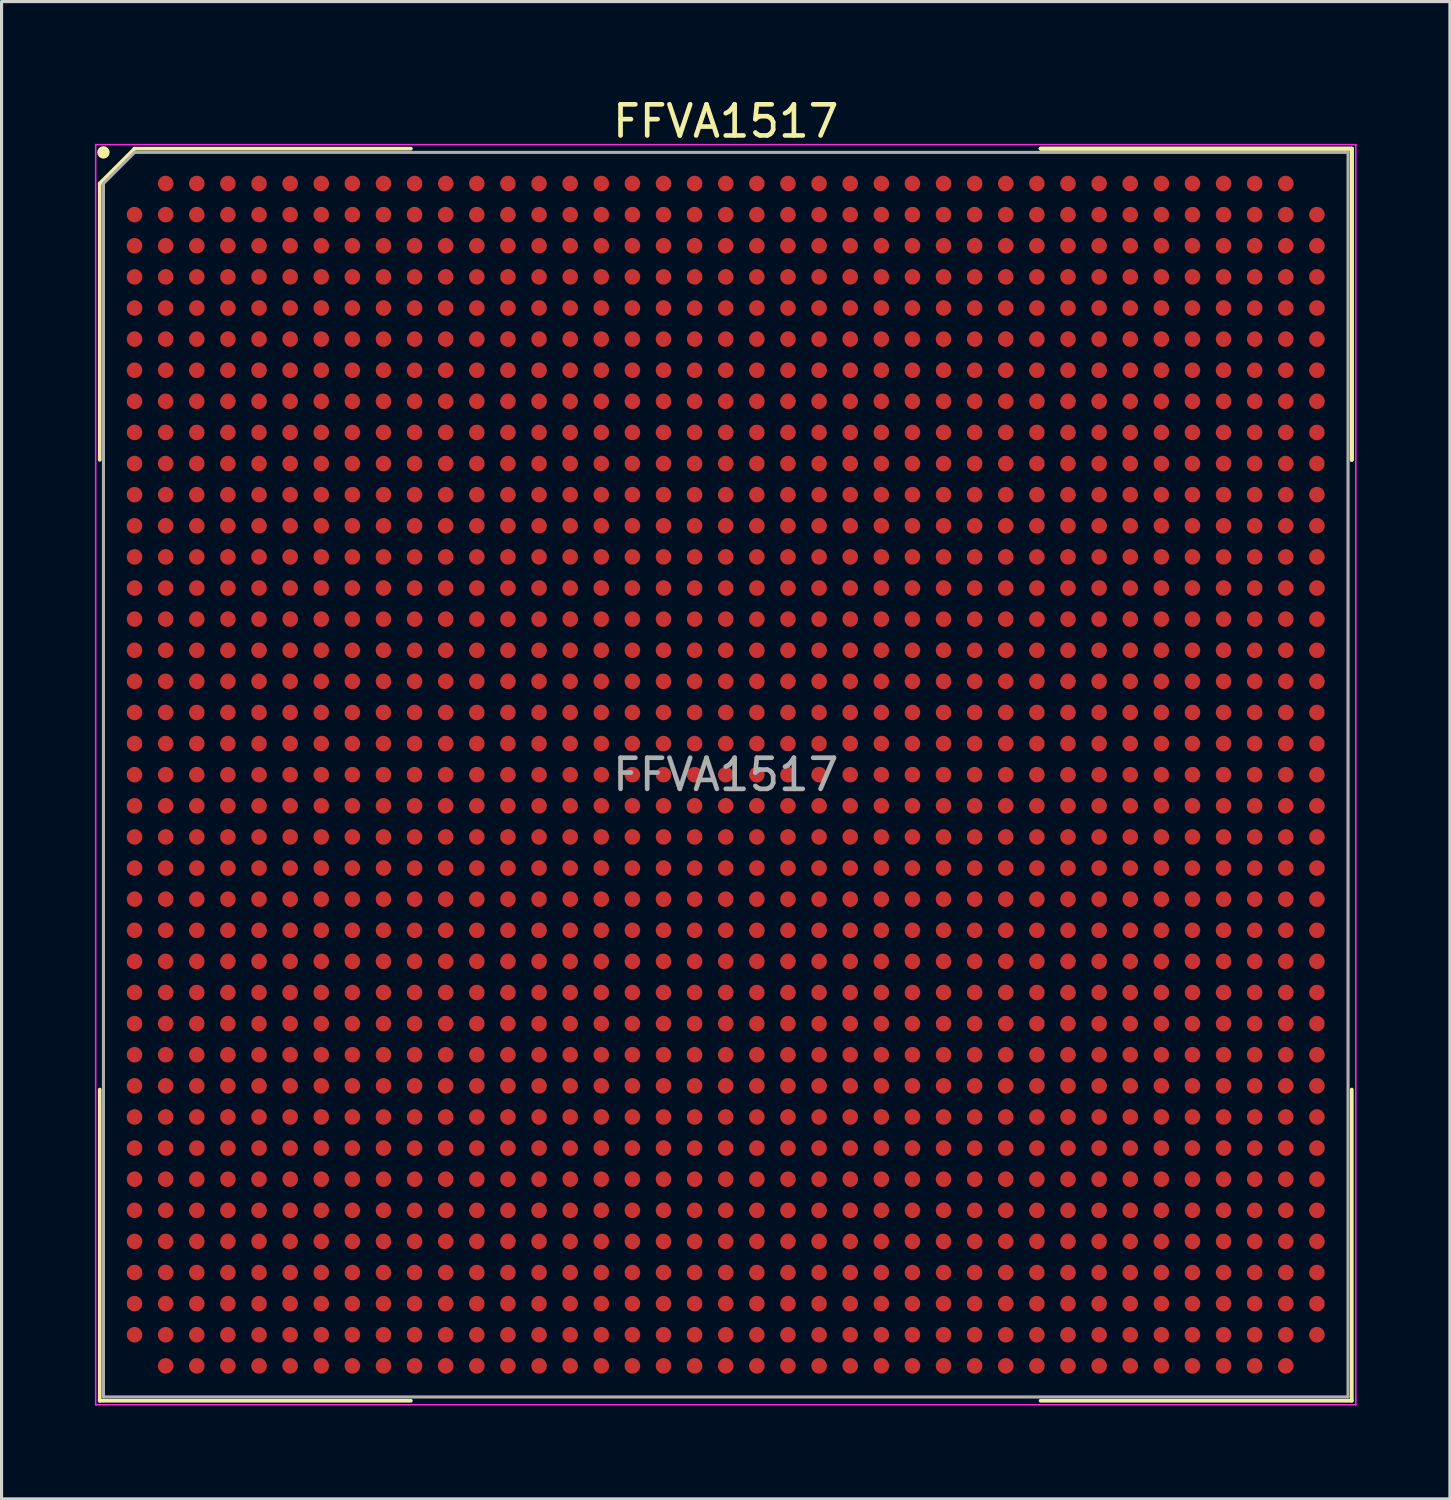
<source format=kicad_pcb>
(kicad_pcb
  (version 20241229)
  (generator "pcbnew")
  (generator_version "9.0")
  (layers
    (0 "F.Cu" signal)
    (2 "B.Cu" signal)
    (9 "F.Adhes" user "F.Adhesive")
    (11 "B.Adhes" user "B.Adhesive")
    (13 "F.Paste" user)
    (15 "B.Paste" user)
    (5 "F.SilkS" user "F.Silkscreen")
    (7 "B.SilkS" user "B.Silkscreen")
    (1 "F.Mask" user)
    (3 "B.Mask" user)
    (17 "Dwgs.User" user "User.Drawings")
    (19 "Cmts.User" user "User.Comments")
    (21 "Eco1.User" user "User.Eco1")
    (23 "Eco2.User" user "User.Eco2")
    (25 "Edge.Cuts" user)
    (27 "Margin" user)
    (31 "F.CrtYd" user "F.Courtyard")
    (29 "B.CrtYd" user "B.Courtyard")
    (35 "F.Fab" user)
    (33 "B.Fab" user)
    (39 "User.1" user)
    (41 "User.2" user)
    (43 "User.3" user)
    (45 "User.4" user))
  (footprint "FFVA1517"
    (layer "F.Cu")
    (at 20.275 21.848)
    (property "Reference" "FFVA1517" (at 0 -21 0) (layer "F.SilkS") (effects (font (size 1 1) (thickness 0.15))))
    (attr smd)
    (fp_line (start -20.12 -19) (end -20.12 -10.12) (stroke (width 0.12) (type solid)) (layer "F.SilkS"))
    (fp_line (start -20.12 20.12) (end -20.12 10.12) (stroke (width 0.12) (type solid)) (layer "F.SilkS"))
    (fp_line (start -19 -20.12) (end -20.12 -19) (stroke (width 0.12) (type solid)) (layer "F.SilkS"))
    (fp_line (start -10.12 -20.12) (end -19 -20.12) (stroke (width 0.12) (type solid)) (layer "F.SilkS"))
    (fp_line (start -10.12 20.12) (end -20.12 20.12) (stroke (width 0.12) (type solid)) (layer "F.SilkS"))
    (fp_line (start 10.12 -20.12) (end 20.12 -20.12) (stroke (width 0.12) (type solid)) (layer "F.SilkS"))
    (fp_line (start 10.12 -20.12) (end 20.12 -20.12) (stroke (width 0.12) (type solid)) (layer "F.SilkS"))
    (fp_line (start 10.12 -20.12) (end 20.12 -20.12) (stroke (width 0.12) (type solid)) (layer "F.SilkS"))
    (fp_line (start 10.12 20.12) (end 20.12 20.12) (stroke (width 0.12) (type solid)) (layer "F.SilkS"))
    (fp_line (start 20.12 -20.12) (end 20.12 -10.12) (stroke (width 0.12) (type solid)) (layer "F.SilkS"))
    (fp_line (start 20.12 -20.12) (end 20.12 -10.12) (stroke (width 0.12) (type solid)) (layer "F.SilkS"))
    (fp_line (start 20.12 -20.12) (end 20.12 -10.12) (stroke (width 0.12) (type solid)) (layer "F.SilkS"))
    (fp_line (start 20.12 20.12) (end 20.12 10.12) (stroke (width 0.12) (type solid)) (layer "F.SilkS"))
    (fp_circle (center -20 -20) (end -20 -19.9) (stroke (width 0.2) (type solid)) (fill no) (layer "F.SilkS"))
    (fp_line (start -20.25 -20.25) (end 20.25 -20.25) (stroke (width 0.05) (type solid)) (layer "F.CrtYd"))
    (fp_line (start -20.25 20.25) (end -20.25 -20.25) (stroke (width 0.05) (type solid)) (layer "F.CrtYd"))
    (fp_line (start 20.25 -20.25) (end 20.25 20.25) (stroke (width 0.05) (type solid)) (layer "F.CrtYd"))
    (fp_line (start 20.25 20.25) (end -20.25 20.25) (stroke (width 0.05) (type solid)) (layer "F.CrtYd"))
    (fp_line (start -20 -19) (end -20 20) (stroke (width 0.1) (type solid)) (layer "F.Fab"))
    (fp_line (start -20 20) (end 20 20) (stroke (width 0.1) (type solid)) (layer "F.Fab"))
    (fp_line (start -19 -20) (end -20 -19) (stroke (width 0.1) (type solid)) (layer "F.Fab"))
    (fp_line (start 20 -20) (end -19 -20) (stroke (width 0.1) (type solid)) (layer "F.Fab"))
    (fp_line (start 20 20) (end 20 -20) (stroke (width 0.1) (type solid)) (layer "F.Fab"))
    (fp_text user "${REFERENCE}" (at 0 0 0) (layer "F.Fab") (effects (font (size 1 1) (thickness 0.15))))
    (pad "A2" smd circle (at -18 -19) (size 0.5 0.5) (layers "F.Cu" "F.Mask" "F.Paste"))
    (pad "A3" smd circle (at -17 -19) (size 0.5 0.5) (layers "F.Cu" "F.Mask" "F.Paste"))
    (pad "A4" smd circle (at -16 -19) (size 0.5 0.5) (layers "F.Cu" "F.Mask" "F.Paste"))
    (pad "A5" smd circle (at -15 -19) (size 0.5 0.5) (layers "F.Cu" "F.Mask" "F.Paste"))
    (pad "A6" smd circle (at -14 -19) (size 0.5 0.5) (layers "F.Cu" "F.Mask" "F.Paste"))
    (pad "A7" smd circle (at -13 -19) (size 0.5 0.5) (layers "F.Cu" "F.Mask" "F.Paste"))
    (pad "A8" smd circle (at -12 -19) (size 0.5 0.5) (layers "F.Cu" "F.Mask" "F.Paste"))
    (pad "A9" smd circle (at -11 -19) (size 0.5 0.5) (layers "F.Cu" "F.Mask" "F.Paste"))
    (pad "A10" smd circle (at -10 -19) (size 0.5 0.5) (layers "F.Cu" "F.Mask" "F.Paste"))
    (pad "A11" smd circle (at -9 -19) (size 0.5 0.5) (layers "F.Cu" "F.Mask" "F.Paste"))
    (pad "A12" smd circle (at -8 -19) (size 0.5 0.5) (layers "F.Cu" "F.Mask" "F.Paste"))
    (pad "A13" smd circle (at -7 -19) (size 0.5 0.5) (layers "F.Cu" "F.Mask" "F.Paste"))
    (pad "A14" smd circle (at -6 -19) (size 0.5 0.5) (layers "F.Cu" "F.Mask" "F.Paste"))
    (pad "A15" smd circle (at -5 -19) (size 0.5 0.5) (layers "F.Cu" "F.Mask" "F.Paste"))
    (pad "A16" smd circle (at -4 -19) (size 0.5 0.5) (layers "F.Cu" "F.Mask" "F.Paste"))
    (pad "A17" smd circle (at -3 -19) (size 0.5 0.5) (layers "F.Cu" "F.Mask" "F.Paste"))
    (pad "A18" smd circle (at -2 -19) (size 0.5 0.5) (layers "F.Cu" "F.Mask" "F.Paste"))
    (pad "A19" smd circle (at -1 -19) (size 0.5 0.5) (layers "F.Cu" "F.Mask" "F.Paste"))
    (pad "A20" smd circle (at 0 -19) (size 0.5 0.5) (layers "F.Cu" "F.Mask" "F.Paste"))
    (pad "A21" smd circle (at 1 -19) (size 0.5 0.5) (layers "F.Cu" "F.Mask" "F.Paste"))
    (pad "A22" smd circle (at 2 -19) (size 0.5 0.5) (layers "F.Cu" "F.Mask" "F.Paste"))
    (pad "A23" smd circle (at 3 -19) (size 0.5 0.5) (layers "F.Cu" "F.Mask" "F.Paste"))
    (pad "A24" smd circle (at 4 -19) (size 0.5 0.5) (layers "F.Cu" "F.Mask" "F.Paste"))
    (pad "A25" smd circle (at 5 -19) (size 0.5 0.5) (layers "F.Cu" "F.Mask" "F.Paste"))
    (pad "A26" smd circle (at 6 -19) (size 0.5 0.5) (layers "F.Cu" "F.Mask" "F.Paste"))
    (pad "A27" smd circle (at 7 -19) (size 0.5 0.5) (layers "F.Cu" "F.Mask" "F.Paste"))
    (pad "A28" smd circle (at 8 -19) (size 0.5 0.5) (layers "F.Cu" "F.Mask" "F.Paste"))
    (pad "A29" smd circle (at 9 -19) (size 0.5 0.5) (layers "F.Cu" "F.Mask" "F.Paste"))
    (pad "A30" smd circle (at 10 -19) (size 0.5 0.5) (layers "F.Cu" "F.Mask" "F.Paste"))
    (pad "A31" smd circle (at 11 -19) (size 0.5 0.5) (layers "F.Cu" "F.Mask" "F.Paste"))
    (pad "A32" smd circle (at 12 -19) (size 0.5 0.5) (layers "F.Cu" "F.Mask" "F.Paste"))
    (pad "A33" smd circle (at 13 -19) (size 0.5 0.5) (layers "F.Cu" "F.Mask" "F.Paste"))
    (pad "A34" smd circle (at 14 -19) (size 0.5 0.5) (layers "F.Cu" "F.Mask" "F.Paste"))
    (pad "A35" smd circle (at 15 -19) (size 0.5 0.5) (layers "F.Cu" "F.Mask" "F.Paste"))
    (pad "A36" smd circle (at 16 -19) (size 0.5 0.5) (layers "F.Cu" "F.Mask" "F.Paste"))
    (pad "A37" smd circle (at 17 -19) (size 0.5 0.5) (layers "F.Cu" "F.Mask" "F.Paste"))
    (pad "A38" smd circle (at 18 -19) (size 0.5 0.5) (layers "F.Cu" "F.Mask" "F.Paste"))
    (pad "AA1" smd circle (at -19 1) (size 0.5 0.5) (layers "F.Cu" "F.Mask" "F.Paste"))
    (pad "AA2" smd circle (at -18 1) (size 0.5 0.5) (layers "F.Cu" "F.Mask" "F.Paste"))
    (pad "AA3" smd circle (at -17 1) (size 0.5 0.5) (layers "F.Cu" "F.Mask" "F.Paste"))
    (pad "AA4" smd circle (at -16 1) (size 0.5 0.5) (layers "F.Cu" "F.Mask" "F.Paste"))
    (pad "AA5" smd circle (at -15 1) (size 0.5 0.5) (layers "F.Cu" "F.Mask" "F.Paste"))
    (pad "AA6" smd circle (at -14 1) (size 0.5 0.5) (layers "F.Cu" "F.Mask" "F.Paste"))
    (pad "AA7" smd circle (at -13 1) (size 0.5 0.5) (layers "F.Cu" "F.Mask" "F.Paste"))
    (pad "AA8" smd circle (at -12 1) (size 0.5 0.5) (layers "F.Cu" "F.Mask" "F.Paste"))
    (pad "AA9" smd circle (at -11 1) (size 0.5 0.5) (layers "F.Cu" "F.Mask" "F.Paste"))
    (pad "AA10" smd circle (at -10 1) (size 0.5 0.5) (layers "F.Cu" "F.Mask" "F.Paste"))
    (pad "AA11" smd circle (at -9 1) (size 0.5 0.5) (layers "F.Cu" "F.Mask" "F.Paste"))
    (pad "AA12" smd circle (at -8 1) (size 0.5 0.5) (layers "F.Cu" "F.Mask" "F.Paste"))
    (pad "AA13" smd circle (at -7 1) (size 0.5 0.5) (layers "F.Cu" "F.Mask" "F.Paste"))
    (pad "AA14" smd circle (at -6 1) (size 0.5 0.5) (layers "F.Cu" "F.Mask" "F.Paste"))
    (pad "AA15" smd circle (at -5 1) (size 0.5 0.5) (layers "F.Cu" "F.Mask" "F.Paste"))
    (pad "AA16" smd circle (at -4 1) (size 0.5 0.5) (layers "F.Cu" "F.Mask" "F.Paste"))
    (pad "AA17" smd circle (at -3 1) (size 0.5 0.5) (layers "F.Cu" "F.Mask" "F.Paste"))
    (pad "AA18" smd circle (at -2 1) (size 0.5 0.5) (layers "F.Cu" "F.Mask" "F.Paste"))
    (pad "AA19" smd circle (at -1 1) (size 0.5 0.5) (layers "F.Cu" "F.Mask" "F.Paste"))
    (pad "AA20" smd circle (at 0 1) (size 0.5 0.5) (layers "F.Cu" "F.Mask" "F.Paste"))
    (pad "AA21" smd circle (at 1 1) (size 0.5 0.5) (layers "F.Cu" "F.Mask" "F.Paste"))
    (pad "AA22" smd circle (at 2 1) (size 0.5 0.5) (layers "F.Cu" "F.Mask" "F.Paste"))
    (pad "AA23" smd circle (at 3 1) (size 0.5 0.5) (layers "F.Cu" "F.Mask" "F.Paste"))
    (pad "AA24" smd circle (at 4 1) (size 0.5 0.5) (layers "F.Cu" "F.Mask" "F.Paste"))
    (pad "AA25" smd circle (at 5 1) (size 0.5 0.5) (layers "F.Cu" "F.Mask" "F.Paste"))
    (pad "AA26" smd circle (at 6 1) (size 0.5 0.5) (layers "F.Cu" "F.Mask" "F.Paste"))
    (pad "AA27" smd circle (at 7 1) (size 0.5 0.5) (layers "F.Cu" "F.Mask" "F.Paste"))
    (pad "AA28" smd circle (at 8 1) (size 0.5 0.5) (layers "F.Cu" "F.Mask" "F.Paste"))
    (pad "AA29" smd circle (at 9 1) (size 0.5 0.5) (layers "F.Cu" "F.Mask" "F.Paste"))
    (pad "AA30" smd circle (at 10 1) (size 0.5 0.5) (layers "F.Cu" "F.Mask" "F.Paste"))
    (pad "AA31" smd circle (at 11 1) (size 0.5 0.5) (layers "F.Cu" "F.Mask" "F.Paste"))
    (pad "AA32" smd circle (at 12 1) (size 0.5 0.5) (layers "F.Cu" "F.Mask" "F.Paste"))
    (pad "AA33" smd circle (at 13 1) (size 0.5 0.5) (layers "F.Cu" "F.Mask" "F.Paste"))
    (pad "AA34" smd circle (at 14 1) (size 0.5 0.5) (layers "F.Cu" "F.Mask" "F.Paste"))
    (pad "AA35" smd circle (at 15 1) (size 0.5 0.5) (layers "F.Cu" "F.Mask" "F.Paste"))
    (pad "AA36" smd circle (at 16 1) (size 0.5 0.5) (layers "F.Cu" "F.Mask" "F.Paste"))
    (pad "AA37" smd circle (at 17 1) (size 0.5 0.5) (layers "F.Cu" "F.Mask" "F.Paste"))
    (pad "AA38" smd circle (at 18 1) (size 0.5 0.5) (layers "F.Cu" "F.Mask" "F.Paste"))
    (pad "AA39" smd circle (at 19 1) (size 0.5 0.5) (layers "F.Cu" "F.Mask" "F.Paste"))
    (pad "AB1" smd circle (at -19 2) (size 0.5 0.5) (layers "F.Cu" "F.Mask" "F.Paste"))
    (pad "AB2" smd circle (at -18 2) (size 0.5 0.5) (layers "F.Cu" "F.Mask" "F.Paste"))
    (pad "AB3" smd circle (at -17 2) (size 0.5 0.5) (layers "F.Cu" "F.Mask" "F.Paste"))
    (pad "AB4" smd circle (at -16 2) (size 0.5 0.5) (layers "F.Cu" "F.Mask" "F.Paste"))
    (pad "AB5" smd circle (at -15 2) (size 0.5 0.5) (layers "F.Cu" "F.Mask" "F.Paste"))
    (pad "AB6" smd circle (at -14 2) (size 0.5 0.5) (layers "F.Cu" "F.Mask" "F.Paste"))
    (pad "AB7" smd circle (at -13 2) (size 0.5 0.5) (layers "F.Cu" "F.Mask" "F.Paste"))
    (pad "AB8" smd circle (at -12 2) (size 0.5 0.5) (layers "F.Cu" "F.Mask" "F.Paste"))
    (pad "AB9" smd circle (at -11 2) (size 0.5 0.5) (layers "F.Cu" "F.Mask" "F.Paste"))
    (pad "AB10" smd circle (at -10 2) (size 0.5 0.5) (layers "F.Cu" "F.Mask" "F.Paste"))
    (pad "AB11" smd circle (at -9 2) (size 0.5 0.5) (layers "F.Cu" "F.Mask" "F.Paste"))
    (pad "AB12" smd circle (at -8 2) (size 0.5 0.5) (layers "F.Cu" "F.Mask" "F.Paste"))
    (pad "AB13" smd circle (at -7 2) (size 0.5 0.5) (layers "F.Cu" "F.Mask" "F.Paste"))
    (pad "AB14" smd circle (at -6 2) (size 0.5 0.5) (layers "F.Cu" "F.Mask" "F.Paste"))
    (pad "AB15" smd circle (at -5 2) (size 0.5 0.5) (layers "F.Cu" "F.Mask" "F.Paste"))
    (pad "AB16" smd circle (at -4 2) (size 0.5 0.5) (layers "F.Cu" "F.Mask" "F.Paste"))
    (pad "AB17" smd circle (at -3 2) (size 0.5 0.5) (layers "F.Cu" "F.Mask" "F.Paste"))
    (pad "AB18" smd circle (at -2 2) (size 0.5 0.5) (layers "F.Cu" "F.Mask" "F.Paste"))
    (pad "AB19" smd circle (at -1 2) (size 0.5 0.5) (layers "F.Cu" "F.Mask" "F.Paste"))
    (pad "AB20" smd circle (at 0 2) (size 0.5 0.5) (layers "F.Cu" "F.Mask" "F.Paste"))
    (pad "AB21" smd circle (at 1 2) (size 0.5 0.5) (layers "F.Cu" "F.Mask" "F.Paste"))
    (pad "AB22" smd circle (at 2 2) (size 0.5 0.5) (layers "F.Cu" "F.Mask" "F.Paste"))
    (pad "AB23" smd circle (at 3 2) (size 0.5 0.5) (layers "F.Cu" "F.Mask" "F.Paste"))
    (pad "AB24" smd circle (at 4 2) (size 0.5 0.5) (layers "F.Cu" "F.Mask" "F.Paste"))
    (pad "AB25" smd circle (at 5 2) (size 0.5 0.5) (layers "F.Cu" "F.Mask" "F.Paste"))
    (pad "AB26" smd circle (at 6 2) (size 0.5 0.5) (layers "F.Cu" "F.Mask" "F.Paste"))
    (pad "AB27" smd circle (at 7 2) (size 0.5 0.5) (layers "F.Cu" "F.Mask" "F.Paste"))
    (pad "AB28" smd circle (at 8 2) (size 0.5 0.5) (layers "F.Cu" "F.Mask" "F.Paste"))
    (pad "AB29" smd circle (at 9 2) (size 0.5 0.5) (layers "F.Cu" "F.Mask" "F.Paste"))
    (pad "AB30" smd circle (at 10 2) (size 0.5 0.5) (layers "F.Cu" "F.Mask" "F.Paste"))
    (pad "AB31" smd circle (at 11 2) (size 0.5 0.5) (layers "F.Cu" "F.Mask" "F.Paste"))
    (pad "AB32" smd circle (at 12 2) (size 0.5 0.5) (layers "F.Cu" "F.Mask" "F.Paste"))
    (pad "AB33" smd circle (at 13 2) (size 0.5 0.5) (layers "F.Cu" "F.Mask" "F.Paste"))
    (pad "AB34" smd circle (at 14 2) (size 0.5 0.5) (layers "F.Cu" "F.Mask" "F.Paste"))
    (pad "AB35" smd circle (at 15 2) (size 0.5 0.5) (layers "F.Cu" "F.Mask" "F.Paste"))
    (pad "AB36" smd circle (at 16 2) (size 0.5 0.5) (layers "F.Cu" "F.Mask" "F.Paste"))
    (pad "AB37" smd circle (at 17 2) (size 0.5 0.5) (layers "F.Cu" "F.Mask" "F.Paste"))
    (pad "AB38" smd circle (at 18 2) (size 0.5 0.5) (layers "F.Cu" "F.Mask" "F.Paste"))
    (pad "AB39" smd circle (at 19 2) (size 0.5 0.5) (layers "F.Cu" "F.Mask" "F.Paste"))
    (pad "AC1" smd circle (at -19 3) (size 0.5 0.5) (layers "F.Cu" "F.Mask" "F.Paste"))
    (pad "AC2" smd circle (at -18 3) (size 0.5 0.5) (layers "F.Cu" "F.Mask" "F.Paste"))
    (pad "AC3" smd circle (at -17 3) (size 0.5 0.5) (layers "F.Cu" "F.Mask" "F.Paste"))
    (pad "AC4" smd circle (at -16 3) (size 0.5 0.5) (layers "F.Cu" "F.Mask" "F.Paste"))
    (pad "AC5" smd circle (at -15 3) (size 0.5 0.5) (layers "F.Cu" "F.Mask" "F.Paste"))
    (pad "AC6" smd circle (at -14 3) (size 0.5 0.5) (layers "F.Cu" "F.Mask" "F.Paste"))
    (pad "AC7" smd circle (at -13 3) (size 0.5 0.5) (layers "F.Cu" "F.Mask" "F.Paste"))
    (pad "AC8" smd circle (at -12 3) (size 0.5 0.5) (layers "F.Cu" "F.Mask" "F.Paste"))
    (pad "AC9" smd circle (at -11 3) (size 0.5 0.5) (layers "F.Cu" "F.Mask" "F.Paste"))
    (pad "AC10" smd circle (at -10 3) (size 0.5 0.5) (layers "F.Cu" "F.Mask" "F.Paste"))
    (pad "AC11" smd circle (at -9 3) (size 0.5 0.5) (layers "F.Cu" "F.Mask" "F.Paste"))
    (pad "AC12" smd circle (at -8 3) (size 0.5 0.5) (layers "F.Cu" "F.Mask" "F.Paste"))
    (pad "AC13" smd circle (at -7 3) (size 0.5 0.5) (layers "F.Cu" "F.Mask" "F.Paste"))
    (pad "AC14" smd circle (at -6 3) (size 0.5 0.5) (layers "F.Cu" "F.Mask" "F.Paste"))
    (pad "AC15" smd circle (at -5 3) (size 0.5 0.5) (layers "F.Cu" "F.Mask" "F.Paste"))
    (pad "AC16" smd circle (at -4 3) (size 0.5 0.5) (layers "F.Cu" "F.Mask" "F.Paste"))
    (pad "AC17" smd circle (at -3 3) (size 0.5 0.5) (layers "F.Cu" "F.Mask" "F.Paste"))
    (pad "AC18" smd circle (at -2 3) (size 0.5 0.5) (layers "F.Cu" "F.Mask" "F.Paste"))
    (pad "AC19" smd circle (at -1 3) (size 0.5 0.5) (layers "F.Cu" "F.Mask" "F.Paste"))
    (pad "AC20" smd circle (at 0 3) (size 0.5 0.5) (layers "F.Cu" "F.Mask" "F.Paste"))
    (pad "AC21" smd circle (at 1 3) (size 0.5 0.5) (layers "F.Cu" "F.Mask" "F.Paste"))
    (pad "AC22" smd circle (at 2 3) (size 0.5 0.5) (layers "F.Cu" "F.Mask" "F.Paste"))
    (pad "AC23" smd circle (at 3 3) (size 0.5 0.5) (layers "F.Cu" "F.Mask" "F.Paste"))
    (pad "AC24" smd circle (at 4 3) (size 0.5 0.5) (layers "F.Cu" "F.Mask" "F.Paste"))
    (pad "AC25" smd circle (at 5 3) (size 0.5 0.5) (layers "F.Cu" "F.Mask" "F.Paste"))
    (pad "AC26" smd circle (at 6 3) (size 0.5 0.5) (layers "F.Cu" "F.Mask" "F.Paste"))
    (pad "AC27" smd circle (at 7 3) (size 0.5 0.5) (layers "F.Cu" "F.Mask" "F.Paste"))
    (pad "AC28" smd circle (at 8 3) (size 0.5 0.5) (layers "F.Cu" "F.Mask" "F.Paste"))
    (pad "AC29" smd circle (at 9 3) (size 0.5 0.5) (layers "F.Cu" "F.Mask" "F.Paste"))
    (pad "AC30" smd circle (at 10 3) (size 0.5 0.5) (layers "F.Cu" "F.Mask" "F.Paste"))
    (pad "AC31" smd circle (at 11 3) (size 0.5 0.5) (layers "F.Cu" "F.Mask" "F.Paste"))
    (pad "AC32" smd circle (at 12 3) (size 0.5 0.5) (layers "F.Cu" "F.Mask" "F.Paste"))
    (pad "AC33" smd circle (at 13 3) (size 0.5 0.5) (layers "F.Cu" "F.Mask" "F.Paste"))
    (pad "AC34" smd circle (at 14 3) (size 0.5 0.5) (layers "F.Cu" "F.Mask" "F.Paste"))
    (pad "AC35" smd circle (at 15 3) (size 0.5 0.5) (layers "F.Cu" "F.Mask" "F.Paste"))
    (pad "AC36" smd circle (at 16 3) (size 0.5 0.5) (layers "F.Cu" "F.Mask" "F.Paste"))
    (pad "AC37" smd circle (at 17 3) (size 0.5 0.5) (layers "F.Cu" "F.Mask" "F.Paste"))
    (pad "AC38" smd circle (at 18 3) (size 0.5 0.5) (layers "F.Cu" "F.Mask" "F.Paste"))
    (pad "AC39" smd circle (at 19 3) (size 0.5 0.5) (layers "F.Cu" "F.Mask" "F.Paste"))
    (pad "AD1" smd circle (at -19 4) (size 0.5 0.5) (layers "F.Cu" "F.Mask" "F.Paste"))
    (pad "AD2" smd circle (at -18 4) (size 0.5 0.5) (layers "F.Cu" "F.Mask" "F.Paste"))
    (pad "AD3" smd circle (at -17 4) (size 0.5 0.5) (layers "F.Cu" "F.Mask" "F.Paste"))
    (pad "AD4" smd circle (at -16 4) (size 0.5 0.5) (layers "F.Cu" "F.Mask" "F.Paste"))
    (pad "AD5" smd circle (at -15 4) (size 0.5 0.5) (layers "F.Cu" "F.Mask" "F.Paste"))
    (pad "AD6" smd circle (at -14 4) (size 0.5 0.5) (layers "F.Cu" "F.Mask" "F.Paste"))
    (pad "AD7" smd circle (at -13 4) (size 0.5 0.5) (layers "F.Cu" "F.Mask" "F.Paste"))
    (pad "AD8" smd circle (at -12 4) (size 0.5 0.5) (layers "F.Cu" "F.Mask" "F.Paste"))
    (pad "AD9" smd circle (at -11 4) (size 0.5 0.5) (layers "F.Cu" "F.Mask" "F.Paste"))
    (pad "AD10" smd circle (at -10 4) (size 0.5 0.5) (layers "F.Cu" "F.Mask" "F.Paste"))
    (pad "AD11" smd circle (at -9 4) (size 0.5 0.5) (layers "F.Cu" "F.Mask" "F.Paste"))
    (pad "AD12" smd circle (at -8 4) (size 0.5 0.5) (layers "F.Cu" "F.Mask" "F.Paste"))
    (pad "AD13" smd circle (at -7 4) (size 0.5 0.5) (layers "F.Cu" "F.Mask" "F.Paste"))
    (pad "AD14" smd circle (at -6 4) (size 0.5 0.5) (layers "F.Cu" "F.Mask" "F.Paste"))
    (pad "AD15" smd circle (at -5 4) (size 0.5 0.5) (layers "F.Cu" "F.Mask" "F.Paste"))
    (pad "AD16" smd circle (at -4 4) (size 0.5 0.5) (layers "F.Cu" "F.Mask" "F.Paste"))
    (pad "AD17" smd circle (at -3 4) (size 0.5 0.5) (layers "F.Cu" "F.Mask" "F.Paste"))
    (pad "AD18" smd circle (at -2 4) (size 0.5 0.5) (layers "F.Cu" "F.Mask" "F.Paste"))
    (pad "AD19" smd circle (at -1 4) (size 0.5 0.5) (layers "F.Cu" "F.Mask" "F.Paste"))
    (pad "AD20" smd circle (at 0 4) (size 0.5 0.5) (layers "F.Cu" "F.Mask" "F.Paste"))
    (pad "AD21" smd circle (at 1 4) (size 0.5 0.5) (layers "F.Cu" "F.Mask" "F.Paste"))
    (pad "AD22" smd circle (at 2 4) (size 0.5 0.5) (layers "F.Cu" "F.Mask" "F.Paste"))
    (pad "AD23" smd circle (at 3 4) (size 0.5 0.5) (layers "F.Cu" "F.Mask" "F.Paste"))
    (pad "AD24" smd circle (at 4 4) (size 0.5 0.5) (layers "F.Cu" "F.Mask" "F.Paste"))
    (pad "AD25" smd circle (at 5 4) (size 0.5 0.5) (layers "F.Cu" "F.Mask" "F.Paste"))
    (pad "AD26" smd circle (at 6 4) (size 0.5 0.5) (layers "F.Cu" "F.Mask" "F.Paste"))
    (pad "AD27" smd circle (at 7 4) (size 0.5 0.5) (layers "F.Cu" "F.Mask" "F.Paste"))
    (pad "AD28" smd circle (at 8 4) (size 0.5 0.5) (layers "F.Cu" "F.Mask" "F.Paste"))
    (pad "AD29" smd circle (at 9 4) (size 0.5 0.5) (layers "F.Cu" "F.Mask" "F.Paste"))
    (pad "AD30" smd circle (at 10 4) (size 0.5 0.5) (layers "F.Cu" "F.Mask" "F.Paste"))
    (pad "AD31" smd circle (at 11 4) (size 0.5 0.5) (layers "F.Cu" "F.Mask" "F.Paste"))
    (pad "AD32" smd circle (at 12 4) (size 0.5 0.5) (layers "F.Cu" "F.Mask" "F.Paste"))
    (pad "AD33" smd circle (at 13 4) (size 0.5 0.5) (layers "F.Cu" "F.Mask" "F.Paste"))
    (pad "AD34" smd circle (at 14 4) (size 0.5 0.5) (layers "F.Cu" "F.Mask" "F.Paste"))
    (pad "AD35" smd circle (at 15 4) (size 0.5 0.5) (layers "F.Cu" "F.Mask" "F.Paste"))
    (pad "AD36" smd circle (at 16 4) (size 0.5 0.5) (layers "F.Cu" "F.Mask" "F.Paste"))
    (pad "AD37" smd circle (at 17 4) (size 0.5 0.5) (layers "F.Cu" "F.Mask" "F.Paste"))
    (pad "AD38" smd circle (at 18 4) (size 0.5 0.5) (layers "F.Cu" "F.Mask" "F.Paste"))
    (pad "AD39" smd circle (at 19 4) (size 0.5 0.5) (layers "F.Cu" "F.Mask" "F.Paste"))
    (pad "AE1" smd circle (at -19 5) (size 0.5 0.5) (layers "F.Cu" "F.Mask" "F.Paste"))
    (pad "AE2" smd circle (at -18 5) (size 0.5 0.5) (layers "F.Cu" "F.Mask" "F.Paste"))
    (pad "AE3" smd circle (at -17 5) (size 0.5 0.5) (layers "F.Cu" "F.Mask" "F.Paste"))
    (pad "AE4" smd circle (at -16 5) (size 0.5 0.5) (layers "F.Cu" "F.Mask" "F.Paste"))
    (pad "AE5" smd circle (at -15 5) (size 0.5 0.5) (layers "F.Cu" "F.Mask" "F.Paste"))
    (pad "AE6" smd circle (at -14 5) (size 0.5 0.5) (layers "F.Cu" "F.Mask" "F.Paste"))
    (pad "AE7" smd circle (at -13 5) (size 0.5 0.5) (layers "F.Cu" "F.Mask" "F.Paste"))
    (pad "AE8" smd circle (at -12 5) (size 0.5 0.5) (layers "F.Cu" "F.Mask" "F.Paste"))
    (pad "AE9" smd circle (at -11 5) (size 0.5 0.5) (layers "F.Cu" "F.Mask" "F.Paste"))
    (pad "AE10" smd circle (at -10 5) (size 0.5 0.5) (layers "F.Cu" "F.Mask" "F.Paste"))
    (pad "AE11" smd circle (at -9 5) (size 0.5 0.5) (layers "F.Cu" "F.Mask" "F.Paste"))
    (pad "AE12" smd circle (at -8 5) (size 0.5 0.5) (layers "F.Cu" "F.Mask" "F.Paste"))
    (pad "AE13" smd circle (at -7 5) (size 0.5 0.5) (layers "F.Cu" "F.Mask" "F.Paste"))
    (pad "AE14" smd circle (at -6 5) (size 0.5 0.5) (layers "F.Cu" "F.Mask" "F.Paste"))
    (pad "AE15" smd circle (at -5 5) (size 0.5 0.5) (layers "F.Cu" "F.Mask" "F.Paste"))
    (pad "AE16" smd circle (at -4 5) (size 0.5 0.5) (layers "F.Cu" "F.Mask" "F.Paste"))
    (pad "AE17" smd circle (at -3 5) (size 0.5 0.5) (layers "F.Cu" "F.Mask" "F.Paste"))
    (pad "AE18" smd circle (at -2 5) (size 0.5 0.5) (layers "F.Cu" "F.Mask" "F.Paste"))
    (pad "AE19" smd circle (at -1 5) (size 0.5 0.5) (layers "F.Cu" "F.Mask" "F.Paste"))
    (pad "AE20" smd circle (at 0 5) (size 0.5 0.5) (layers "F.Cu" "F.Mask" "F.Paste"))
    (pad "AE21" smd circle (at 1 5) (size 0.5 0.5) (layers "F.Cu" "F.Mask" "F.Paste"))
    (pad "AE22" smd circle (at 2 5) (size 0.5 0.5) (layers "F.Cu" "F.Mask" "F.Paste"))
    (pad "AE23" smd circle (at 3 5) (size 0.5 0.5) (layers "F.Cu" "F.Mask" "F.Paste"))
    (pad "AE24" smd circle (at 4 5) (size 0.5 0.5) (layers "F.Cu" "F.Mask" "F.Paste"))
    (pad "AE25" smd circle (at 5 5) (size 0.5 0.5) (layers "F.Cu" "F.Mask" "F.Paste"))
    (pad "AE26" smd circle (at 6 5) (size 0.5 0.5) (layers "F.Cu" "F.Mask" "F.Paste"))
    (pad "AE27" smd circle (at 7 5) (size 0.5 0.5) (layers "F.Cu" "F.Mask" "F.Paste"))
    (pad "AE28" smd circle (at 8 5) (size 0.5 0.5) (layers "F.Cu" "F.Mask" "F.Paste"))
    (pad "AE29" smd circle (at 9 5) (size 0.5 0.5) (layers "F.Cu" "F.Mask" "F.Paste"))
    (pad "AE30" smd circle (at 10 5) (size 0.5 0.5) (layers "F.Cu" "F.Mask" "F.Paste"))
    (pad "AE31" smd circle (at 11 5) (size 0.5 0.5) (layers "F.Cu" "F.Mask" "F.Paste"))
    (pad "AE32" smd circle (at 12 5) (size 0.5 0.5) (layers "F.Cu" "F.Mask" "F.Paste"))
    (pad "AE33" smd circle (at 13 5) (size 0.5 0.5) (layers "F.Cu" "F.Mask" "F.Paste"))
    (pad "AE34" smd circle (at 14 5) (size 0.5 0.5) (layers "F.Cu" "F.Mask" "F.Paste"))
    (pad "AE35" smd circle (at 15 5) (size 0.5 0.5) (layers "F.Cu" "F.Mask" "F.Paste"))
    (pad "AE36" smd circle (at 16 5) (size 0.5 0.5) (layers "F.Cu" "F.Mask" "F.Paste"))
    (pad "AE37" smd circle (at 17 5) (size 0.5 0.5) (layers "F.Cu" "F.Mask" "F.Paste"))
    (pad "AE38" smd circle (at 18 5) (size 0.5 0.5) (layers "F.Cu" "F.Mask" "F.Paste"))
    (pad "AE39" smd circle (at 19 5) (size 0.5 0.5) (layers "F.Cu" "F.Mask" "F.Paste"))
    (pad "AF1" smd circle (at -19 6) (size 0.5 0.5) (layers "F.Cu" "F.Mask" "F.Paste"))
    (pad "AF2" smd circle (at -18 6) (size 0.5 0.5) (layers "F.Cu" "F.Mask" "F.Paste"))
    (pad "AF3" smd circle (at -17 6) (size 0.5 0.5) (layers "F.Cu" "F.Mask" "F.Paste"))
    (pad "AF4" smd circle (at -16 6) (size 0.5 0.5) (layers "F.Cu" "F.Mask" "F.Paste"))
    (pad "AF5" smd circle (at -15 6) (size 0.5 0.5) (layers "F.Cu" "F.Mask" "F.Paste"))
    (pad "AF6" smd circle (at -14 6) (size 0.5 0.5) (layers "F.Cu" "F.Mask" "F.Paste"))
    (pad "AF7" smd circle (at -13 6) (size 0.5 0.5) (layers "F.Cu" "F.Mask" "F.Paste"))
    (pad "AF8" smd circle (at -12 6) (size 0.5 0.5) (layers "F.Cu" "F.Mask" "F.Paste"))
    (pad "AF9" smd circle (at -11 6) (size 0.5 0.5) (layers "F.Cu" "F.Mask" "F.Paste"))
    (pad "AF10" smd circle (at -10 6) (size 0.5 0.5) (layers "F.Cu" "F.Mask" "F.Paste"))
    (pad "AF11" smd circle (at -9 6) (size 0.5 0.5) (layers "F.Cu" "F.Mask" "F.Paste"))
    (pad "AF12" smd circle (at -8 6) (size 0.5 0.5) (layers "F.Cu" "F.Mask" "F.Paste"))
    (pad "AF13" smd circle (at -7 6) (size 0.5 0.5) (layers "F.Cu" "F.Mask" "F.Paste"))
    (pad "AF14" smd circle (at -6 6) (size 0.5 0.5) (layers "F.Cu" "F.Mask" "F.Paste"))
    (pad "AF15" smd circle (at -5 6) (size 0.5 0.5) (layers "F.Cu" "F.Mask" "F.Paste"))
    (pad "AF16" smd circle (at -4 6) (size 0.5 0.5) (layers "F.Cu" "F.Mask" "F.Paste"))
    (pad "AF17" smd circle (at -3 6) (size 0.5 0.5) (layers "F.Cu" "F.Mask" "F.Paste"))
    (pad "AF18" smd circle (at -2 6) (size 0.5 0.5) (layers "F.Cu" "F.Mask" "F.Paste"))
    (pad "AF19" smd circle (at -1 6) (size 0.5 0.5) (layers "F.Cu" "F.Mask" "F.Paste"))
    (pad "AF20" smd circle (at 0 6) (size 0.5 0.5) (layers "F.Cu" "F.Mask" "F.Paste"))
    (pad "AF21" smd circle (at 1 6) (size 0.5 0.5) (layers "F.Cu" "F.Mask" "F.Paste"))
    (pad "AF22" smd circle (at 2 6) (size 0.5 0.5) (layers "F.Cu" "F.Mask" "F.Paste"))
    (pad "AF23" smd circle (at 3 6) (size 0.5 0.5) (layers "F.Cu" "F.Mask" "F.Paste"))
    (pad "AF24" smd circle (at 4 6) (size 0.5 0.5) (layers "F.Cu" "F.Mask" "F.Paste"))
    (pad "AF25" smd circle (at 5 6) (size 0.5 0.5) (layers "F.Cu" "F.Mask" "F.Paste"))
    (pad "AF26" smd circle (at 6 6) (size 0.5 0.5) (layers "F.Cu" "F.Mask" "F.Paste"))
    (pad "AF27" smd circle (at 7 6) (size 0.5 0.5) (layers "F.Cu" "F.Mask" "F.Paste"))
    (pad "AF28" smd circle (at 8 6) (size 0.5 0.5) (layers "F.Cu" "F.Mask" "F.Paste"))
    (pad "AF29" smd circle (at 9 6) (size 0.5 0.5) (layers "F.Cu" "F.Mask" "F.Paste"))
    (pad "AF30" smd circle (at 10 6) (size 0.5 0.5) (layers "F.Cu" "F.Mask" "F.Paste"))
    (pad "AF31" smd circle (at 11 6) (size 0.5 0.5) (layers "F.Cu" "F.Mask" "F.Paste"))
    (pad "AF32" smd circle (at 12 6) (size 0.5 0.5) (layers "F.Cu" "F.Mask" "F.Paste"))
    (pad "AF33" smd circle (at 13 6) (size 0.5 0.5) (layers "F.Cu" "F.Mask" "F.Paste"))
    (pad "AF34" smd circle (at 14 6) (size 0.5 0.5) (layers "F.Cu" "F.Mask" "F.Paste"))
    (pad "AF35" smd circle (at 15 6) (size 0.5 0.5) (layers "F.Cu" "F.Mask" "F.Paste"))
    (pad "AF36" smd circle (at 16 6) (size 0.5 0.5) (layers "F.Cu" "F.Mask" "F.Paste"))
    (pad "AF37" smd circle (at 17 6) (size 0.5 0.5) (layers "F.Cu" "F.Mask" "F.Paste"))
    (pad "AF38" smd circle (at 18 6) (size 0.5 0.5) (layers "F.Cu" "F.Mask" "F.Paste"))
    (pad "AF39" smd circle (at 19 6) (size 0.5 0.5) (layers "F.Cu" "F.Mask" "F.Paste"))
    (pad "AG1" smd circle (at -19 7) (size 0.5 0.5) (layers "F.Cu" "F.Mask" "F.Paste"))
    (pad "AG2" smd circle (at -18 7) (size 0.5 0.5) (layers "F.Cu" "F.Mask" "F.Paste"))
    (pad "AG3" smd circle (at -17 7) (size 0.5 0.5) (layers "F.Cu" "F.Mask" "F.Paste"))
    (pad "AG4" smd circle (at -16 7) (size 0.5 0.5) (layers "F.Cu" "F.Mask" "F.Paste"))
    (pad "AG5" smd circle (at -15 7) (size 0.5 0.5) (layers "F.Cu" "F.Mask" "F.Paste"))
    (pad "AG6" smd circle (at -14 7) (size 0.5 0.5) (layers "F.Cu" "F.Mask" "F.Paste"))
    (pad "AG7" smd circle (at -13 7) (size 0.5 0.5) (layers "F.Cu" "F.Mask" "F.Paste"))
    (pad "AG8" smd circle (at -12 7) (size 0.5 0.5) (layers "F.Cu" "F.Mask" "F.Paste"))
    (pad "AG9" smd circle (at -11 7) (size 0.5 0.5) (layers "F.Cu" "F.Mask" "F.Paste"))
    (pad "AG10" smd circle (at -10 7) (size 0.5 0.5) (layers "F.Cu" "F.Mask" "F.Paste"))
    (pad "AG11" smd circle (at -9 7) (size 0.5 0.5) (layers "F.Cu" "F.Mask" "F.Paste"))
    (pad "AG12" smd circle (at -8 7) (size 0.5 0.5) (layers "F.Cu" "F.Mask" "F.Paste"))
    (pad "AG13" smd circle (at -7 7) (size 0.5 0.5) (layers "F.Cu" "F.Mask" "F.Paste"))
    (pad "AG14" smd circle (at -6 7) (size 0.5 0.5) (layers "F.Cu" "F.Mask" "F.Paste"))
    (pad "AG15" smd circle (at -5 7) (size 0.5 0.5) (layers "F.Cu" "F.Mask" "F.Paste"))
    (pad "AG16" smd circle (at -4 7) (size 0.5 0.5) (layers "F.Cu" "F.Mask" "F.Paste"))
    (pad "AG17" smd circle (at -3 7) (size 0.5 0.5) (layers "F.Cu" "F.Mask" "F.Paste"))
    (pad "AG18" smd circle (at -2 7) (size 0.5 0.5) (layers "F.Cu" "F.Mask" "F.Paste"))
    (pad "AG19" smd circle (at -1 7) (size 0.5 0.5) (layers "F.Cu" "F.Mask" "F.Paste"))
    (pad "AG20" smd circle (at 0 7) (size 0.5 0.5) (layers "F.Cu" "F.Mask" "F.Paste"))
    (pad "AG21" smd circle (at 1 7) (size 0.5 0.5) (layers "F.Cu" "F.Mask" "F.Paste"))
    (pad "AG22" smd circle (at 2 7) (size 0.5 0.5) (layers "F.Cu" "F.Mask" "F.Paste"))
    (pad "AG23" smd circle (at 3 7) (size 0.5 0.5) (layers "F.Cu" "F.Mask" "F.Paste"))
    (pad "AG24" smd circle (at 4 7) (size 0.5 0.5) (layers "F.Cu" "F.Mask" "F.Paste"))
    (pad "AG25" smd circle (at 5 7) (size 0.5 0.5) (layers "F.Cu" "F.Mask" "F.Paste"))
    (pad "AG26" smd circle (at 6 7) (size 0.5 0.5) (layers "F.Cu" "F.Mask" "F.Paste"))
    (pad "AG27" smd circle (at 7 7) (size 0.5 0.5) (layers "F.Cu" "F.Mask" "F.Paste"))
    (pad "AG28" smd circle (at 8 7) (size 0.5 0.5) (layers "F.Cu" "F.Mask" "F.Paste"))
    (pad "AG29" smd circle (at 9 7) (size 0.5 0.5) (layers "F.Cu" "F.Mask" "F.Paste"))
    (pad "AG30" smd circle (at 10 7) (size 0.5 0.5) (layers "F.Cu" "F.Mask" "F.Paste"))
    (pad "AG31" smd circle (at 11 7) (size 0.5 0.5) (layers "F.Cu" "F.Mask" "F.Paste"))
    (pad "AG32" smd circle (at 12 7) (size 0.5 0.5) (layers "F.Cu" "F.Mask" "F.Paste"))
    (pad "AG33" smd circle (at 13 7) (size 0.5 0.5) (layers "F.Cu" "F.Mask" "F.Paste"))
    (pad "AG34" smd circle (at 14 7) (size 0.5 0.5) (layers "F.Cu" "F.Mask" "F.Paste"))
    (pad "AG35" smd circle (at 15 7) (size 0.5 0.5) (layers "F.Cu" "F.Mask" "F.Paste"))
    (pad "AG36" smd circle (at 16 7) (size 0.5 0.5) (layers "F.Cu" "F.Mask" "F.Paste"))
    (pad "AG37" smd circle (at 17 7) (size 0.5 0.5) (layers "F.Cu" "F.Mask" "F.Paste"))
    (pad "AG38" smd circle (at 18 7) (size 0.5 0.5) (layers "F.Cu" "F.Mask" "F.Paste"))
    (pad "AG39" smd circle (at 19 7) (size 0.5 0.5) (layers "F.Cu" "F.Mask" "F.Paste"))
    (pad "AH1" smd circle (at -19 8) (size 0.5 0.5) (layers "F.Cu" "F.Mask" "F.Paste"))
    (pad "AH2" smd circle (at -18 8) (size 0.5 0.5) (layers "F.Cu" "F.Mask" "F.Paste"))
    (pad "AH3" smd circle (at -17 8) (size 0.5 0.5) (layers "F.Cu" "F.Mask" "F.Paste"))
    (pad "AH4" smd circle (at -16 8) (size 0.5 0.5) (layers "F.Cu" "F.Mask" "F.Paste"))
    (pad "AH5" smd circle (at -15 8) (size 0.5 0.5) (layers "F.Cu" "F.Mask" "F.Paste"))
    (pad "AH6" smd circle (at -14 8) (size 0.5 0.5) (layers "F.Cu" "F.Mask" "F.Paste"))
    (pad "AH7" smd circle (at -13 8) (size 0.5 0.5) (layers "F.Cu" "F.Mask" "F.Paste"))
    (pad "AH8" smd circle (at -12 8) (size 0.5 0.5) (layers "F.Cu" "F.Mask" "F.Paste"))
    (pad "AH9" smd circle (at -11 8) (size 0.5 0.5) (layers "F.Cu" "F.Mask" "F.Paste"))
    (pad "AH10" smd circle (at -10 8) (size 0.5 0.5) (layers "F.Cu" "F.Mask" "F.Paste"))
    (pad "AH11" smd circle (at -9 8) (size 0.5 0.5) (layers "F.Cu" "F.Mask" "F.Paste"))
    (pad "AH12" smd circle (at -8 8) (size 0.5 0.5) (layers "F.Cu" "F.Mask" "F.Paste"))
    (pad "AH13" smd circle (at -7 8) (size 0.5 0.5) (layers "F.Cu" "F.Mask" "F.Paste"))
    (pad "AH14" smd circle (at -6 8) (size 0.5 0.5) (layers "F.Cu" "F.Mask" "F.Paste"))
    (pad "AH15" smd circle (at -5 8) (size 0.5 0.5) (layers "F.Cu" "F.Mask" "F.Paste"))
    (pad "AH16" smd circle (at -4 8) (size 0.5 0.5) (layers "F.Cu" "F.Mask" "F.Paste"))
    (pad "AH17" smd circle (at -3 8) (size 0.5 0.5) (layers "F.Cu" "F.Mask" "F.Paste"))
    (pad "AH18" smd circle (at -2 8) (size 0.5 0.5) (layers "F.Cu" "F.Mask" "F.Paste"))
    (pad "AH19" smd circle (at -1 8) (size 0.5 0.5) (layers "F.Cu" "F.Mask" "F.Paste"))
    (pad "AH20" smd circle (at 0 8) (size 0.5 0.5) (layers "F.Cu" "F.Mask" "F.Paste"))
    (pad "AH21" smd circle (at 1 8) (size 0.5 0.5) (layers "F.Cu" "F.Mask" "F.Paste"))
    (pad "AH22" smd circle (at 2 8) (size 0.5 0.5) (layers "F.Cu" "F.Mask" "F.Paste"))
    (pad "AH23" smd circle (at 3 8) (size 0.5 0.5) (layers "F.Cu" "F.Mask" "F.Paste"))
    (pad "AH24" smd circle (at 4 8) (size 0.5 0.5) (layers "F.Cu" "F.Mask" "F.Paste"))
    (pad "AH25" smd circle (at 5 8) (size 0.5 0.5) (layers "F.Cu" "F.Mask" "F.Paste"))
    (pad "AH26" smd circle (at 6 8) (size 0.5 0.5) (layers "F.Cu" "F.Mask" "F.Paste"))
    (pad "AH27" smd circle (at 7 8) (size 0.5 0.5) (layers "F.Cu" "F.Mask" "F.Paste"))
    (pad "AH28" smd circle (at 8 8) (size 0.5 0.5) (layers "F.Cu" "F.Mask" "F.Paste"))
    (pad "AH29" smd circle (at 9 8) (size 0.5 0.5) (layers "F.Cu" "F.Mask" "F.Paste"))
    (pad "AH30" smd circle (at 10 8) (size 0.5 0.5) (layers "F.Cu" "F.Mask" "F.Paste"))
    (pad "AH31" smd circle (at 11 8) (size 0.5 0.5) (layers "F.Cu" "F.Mask" "F.Paste"))
    (pad "AH32" smd circle (at 12 8) (size 0.5 0.5) (layers "F.Cu" "F.Mask" "F.Paste"))
    (pad "AH33" smd circle (at 13 8) (size 0.5 0.5) (layers "F.Cu" "F.Mask" "F.Paste"))
    (pad "AH34" smd circle (at 14 8) (size 0.5 0.5) (layers "F.Cu" "F.Mask" "F.Paste"))
    (pad "AH35" smd circle (at 15 8) (size 0.5 0.5) (layers "F.Cu" "F.Mask" "F.Paste"))
    (pad "AH36" smd circle (at 16 8) (size 0.5 0.5) (layers "F.Cu" "F.Mask" "F.Paste"))
    (pad "AH37" smd circle (at 17 8) (size 0.5 0.5) (layers "F.Cu" "F.Mask" "F.Paste"))
    (pad "AH38" smd circle (at 18 8) (size 0.5 0.5) (layers "F.Cu" "F.Mask" "F.Paste"))
    (pad "AH39" smd circle (at 19 8) (size 0.5 0.5) (layers "F.Cu" "F.Mask" "F.Paste"))
    (pad "AJ1" smd circle (at -19 9) (size 0.5 0.5) (layers "F.Cu" "F.Mask" "F.Paste"))
    (pad "AJ2" smd circle (at -18 9) (size 0.5 0.5) (layers "F.Cu" "F.Mask" "F.Paste"))
    (pad "AJ3" smd circle (at -17 9) (size 0.5 0.5) (layers "F.Cu" "F.Mask" "F.Paste"))
    (pad "AJ4" smd circle (at -16 9) (size 0.5 0.5) (layers "F.Cu" "F.Mask" "F.Paste"))
    (pad "AJ5" smd circle (at -15 9) (size 0.5 0.5) (layers "F.Cu" "F.Mask" "F.Paste"))
    (pad "AJ6" smd circle (at -14 9) (size 0.5 0.5) (layers "F.Cu" "F.Mask" "F.Paste"))
    (pad "AJ7" smd circle (at -13 9) (size 0.5 0.5) (layers "F.Cu" "F.Mask" "F.Paste"))
    (pad "AJ8" smd circle (at -12 9) (size 0.5 0.5) (layers "F.Cu" "F.Mask" "F.Paste"))
    (pad "AJ9" smd circle (at -11 9) (size 0.5 0.5) (layers "F.Cu" "F.Mask" "F.Paste"))
    (pad "AJ10" smd circle (at -10 9) (size 0.5 0.5) (layers "F.Cu" "F.Mask" "F.Paste"))
    (pad "AJ11" smd circle (at -9 9) (size 0.5 0.5) (layers "F.Cu" "F.Mask" "F.Paste"))
    (pad "AJ12" smd circle (at -8 9) (size 0.5 0.5) (layers "F.Cu" "F.Mask" "F.Paste"))
    (pad "AJ13" smd circle (at -7 9) (size 0.5 0.5) (layers "F.Cu" "F.Mask" "F.Paste"))
    (pad "AJ14" smd circle (at -6 9) (size 0.5 0.5) (layers "F.Cu" "F.Mask" "F.Paste"))
    (pad "AJ15" smd circle (at -5 9) (size 0.5 0.5) (layers "F.Cu" "F.Mask" "F.Paste"))
    (pad "AJ16" smd circle (at -4 9) (size 0.5 0.5) (layers "F.Cu" "F.Mask" "F.Paste"))
    (pad "AJ17" smd circle (at -3 9) (size 0.5 0.5) (layers "F.Cu" "F.Mask" "F.Paste"))
    (pad "AJ18" smd circle (at -2 9) (size 0.5 0.5) (layers "F.Cu" "F.Mask" "F.Paste"))
    (pad "AJ19" smd circle (at -1 9) (size 0.5 0.5) (layers "F.Cu" "F.Mask" "F.Paste"))
    (pad "AJ20" smd circle (at 0 9) (size 0.5 0.5) (layers "F.Cu" "F.Mask" "F.Paste"))
    (pad "AJ21" smd circle (at 1 9) (size 0.5 0.5) (layers "F.Cu" "F.Mask" "F.Paste"))
    (pad "AJ22" smd circle (at 2 9) (size 0.5 0.5) (layers "F.Cu" "F.Mask" "F.Paste"))
    (pad "AJ23" smd circle (at 3 9) (size 0.5 0.5) (layers "F.Cu" "F.Mask" "F.Paste"))
    (pad "AJ24" smd circle (at 4 9) (size 0.5 0.5) (layers "F.Cu" "F.Mask" "F.Paste"))
    (pad "AJ25" smd circle (at 5 9) (size 0.5 0.5) (layers "F.Cu" "F.Mask" "F.Paste"))
    (pad "AJ26" smd circle (at 6 9) (size 0.5 0.5) (layers "F.Cu" "F.Mask" "F.Paste"))
    (pad "AJ27" smd circle (at 7 9) (size 0.5 0.5) (layers "F.Cu" "F.Mask" "F.Paste"))
    (pad "AJ28" smd circle (at 8 9) (size 0.5 0.5) (layers "F.Cu" "F.Mask" "F.Paste"))
    (pad "AJ29" smd circle (at 9 9) (size 0.5 0.5) (layers "F.Cu" "F.Mask" "F.Paste"))
    (pad "AJ30" smd circle (at 10 9) (size 0.5 0.5) (layers "F.Cu" "F.Mask" "F.Paste"))
    (pad "AJ31" smd circle (at 11 9) (size 0.5 0.5) (layers "F.Cu" "F.Mask" "F.Paste"))
    (pad "AJ32" smd circle (at 12 9) (size 0.5 0.5) (layers "F.Cu" "F.Mask" "F.Paste"))
    (pad "AJ33" smd circle (at 13 9) (size 0.5 0.5) (layers "F.Cu" "F.Mask" "F.Paste"))
    (pad "AJ34" smd circle (at 14 9) (size 0.5 0.5) (layers "F.Cu" "F.Mask" "F.Paste"))
    (pad "AJ35" smd circle (at 15 9) (size 0.5 0.5) (layers "F.Cu" "F.Mask" "F.Paste"))
    (pad "AJ36" smd circle (at 16 9) (size 0.5 0.5) (layers "F.Cu" "F.Mask" "F.Paste"))
    (pad "AJ37" smd circle (at 17 9) (size 0.5 0.5) (layers "F.Cu" "F.Mask" "F.Paste"))
    (pad "AJ38" smd circle (at 18 9) (size 0.5 0.5) (layers "F.Cu" "F.Mask" "F.Paste"))
    (pad "AJ39" smd circle (at 19 9) (size 0.5 0.5) (layers "F.Cu" "F.Mask" "F.Paste"))
    (pad "AK1" smd circle (at -19 10) (size 0.5 0.5) (layers "F.Cu" "F.Mask" "F.Paste"))
    (pad "AK2" smd circle (at -18 10) (size 0.5 0.5) (layers "F.Cu" "F.Mask" "F.Paste"))
    (pad "AK3" smd circle (at -17 10) (size 0.5 0.5) (layers "F.Cu" "F.Mask" "F.Paste"))
    (pad "AK4" smd circle (at -16 10) (size 0.5 0.5) (layers "F.Cu" "F.Mask" "F.Paste"))
    (pad "AK5" smd circle (at -15 10) (size 0.5 0.5) (layers "F.Cu" "F.Mask" "F.Paste"))
    (pad "AK6" smd circle (at -14 10) (size 0.5 0.5) (layers "F.Cu" "F.Mask" "F.Paste"))
    (pad "AK7" smd circle (at -13 10) (size 0.5 0.5) (layers "F.Cu" "F.Mask" "F.Paste"))
    (pad "AK8" smd circle (at -12 10) (size 0.5 0.5) (layers "F.Cu" "F.Mask" "F.Paste"))
    (pad "AK9" smd circle (at -11 10) (size 0.5 0.5) (layers "F.Cu" "F.Mask" "F.Paste"))
    (pad "AK10" smd circle (at -10 10) (size 0.5 0.5) (layers "F.Cu" "F.Mask" "F.Paste"))
    (pad "AK11" smd circle (at -9 10) (size 0.5 0.5) (layers "F.Cu" "F.Mask" "F.Paste"))
    (pad "AK12" smd circle (at -8 10) (size 0.5 0.5) (layers "F.Cu" "F.Mask" "F.Paste"))
    (pad "AK13" smd circle (at -7 10) (size 0.5 0.5) (layers "F.Cu" "F.Mask" "F.Paste"))
    (pad "AK14" smd circle (at -6 10) (size 0.5 0.5) (layers "F.Cu" "F.Mask" "F.Paste"))
    (pad "AK15" smd circle (at -5 10) (size 0.5 0.5) (layers "F.Cu" "F.Mask" "F.Paste"))
    (pad "AK16" smd circle (at -4 10) (size 0.5 0.5) (layers "F.Cu" "F.Mask" "F.Paste"))
    (pad "AK17" smd circle (at -3 10) (size 0.5 0.5) (layers "F.Cu" "F.Mask" "F.Paste"))
    (pad "AK18" smd circle (at -2 10) (size 0.5 0.5) (layers "F.Cu" "F.Mask" "F.Paste"))
    (pad "AK19" smd circle (at -1 10) (size 0.5 0.5) (layers "F.Cu" "F.Mask" "F.Paste"))
    (pad "AK20" smd circle (at 0 10) (size 0.5 0.5) (layers "F.Cu" "F.Mask" "F.Paste"))
    (pad "AK21" smd circle (at 1 10) (size 0.5 0.5) (layers "F.Cu" "F.Mask" "F.Paste"))
    (pad "AK22" smd circle (at 2 10) (size 0.5 0.5) (layers "F.Cu" "F.Mask" "F.Paste"))
    (pad "AK23" smd circle (at 3 10) (size 0.5 0.5) (layers "F.Cu" "F.Mask" "F.Paste"))
    (pad "AK24" smd circle (at 4 10) (size 0.5 0.5) (layers "F.Cu" "F.Mask" "F.Paste"))
    (pad "AK25" smd circle (at 5 10) (size 0.5 0.5) (layers "F.Cu" "F.Mask" "F.Paste"))
    (pad "AK26" smd circle (at 6 10) (size 0.5 0.5) (layers "F.Cu" "F.Mask" "F.Paste"))
    (pad "AK27" smd circle (at 7 10) (size 0.5 0.5) (layers "F.Cu" "F.Mask" "F.Paste"))
    (pad "AK28" smd circle (at 8 10) (size 0.5 0.5) (layers "F.Cu" "F.Mask" "F.Paste"))
    (pad "AK29" smd circle (at 9 10) (size 0.5 0.5) (layers "F.Cu" "F.Mask" "F.Paste"))
    (pad "AK30" smd circle (at 10 10) (size 0.5 0.5) (layers "F.Cu" "F.Mask" "F.Paste"))
    (pad "AK31" smd circle (at 11 10) (size 0.5 0.5) (layers "F.Cu" "F.Mask" "F.Paste"))
    (pad "AK32" smd circle (at 12 10) (size 0.5 0.5) (layers "F.Cu" "F.Mask" "F.Paste"))
    (pad "AK33" smd circle (at 13 10) (size 0.5 0.5) (layers "F.Cu" "F.Mask" "F.Paste"))
    (pad "AK34" smd circle (at 14 10) (size 0.5 0.5) (layers "F.Cu" "F.Mask" "F.Paste"))
    (pad "AK35" smd circle (at 15 10) (size 0.5 0.5) (layers "F.Cu" "F.Mask" "F.Paste"))
    (pad "AK36" smd circle (at 16 10) (size 0.5 0.5) (layers "F.Cu" "F.Mask" "F.Paste"))
    (pad "AK37" smd circle (at 17 10) (size 0.5 0.5) (layers "F.Cu" "F.Mask" "F.Paste"))
    (pad "AK38" smd circle (at 18 10) (size 0.5 0.5) (layers "F.Cu" "F.Mask" "F.Paste"))
    (pad "AK39" smd circle (at 19 10) (size 0.5 0.5) (layers "F.Cu" "F.Mask" "F.Paste"))
    (pad "AL1" smd circle (at -19 11) (size 0.5 0.5) (layers "F.Cu" "F.Mask" "F.Paste"))
    (pad "AL2" smd circle (at -18 11) (size 0.5 0.5) (layers "F.Cu" "F.Mask" "F.Paste"))
    (pad "AL3" smd circle (at -17 11) (size 0.5 0.5) (layers "F.Cu" "F.Mask" "F.Paste"))
    (pad "AL4" smd circle (at -16 11) (size 0.5 0.5) (layers "F.Cu" "F.Mask" "F.Paste"))
    (pad "AL5" smd circle (at -15 11) (size 0.5 0.5) (layers "F.Cu" "F.Mask" "F.Paste"))
    (pad "AL6" smd circle (at -14 11) (size 0.5 0.5) (layers "F.Cu" "F.Mask" "F.Paste"))
    (pad "AL7" smd circle (at -13 11) (size 0.5 0.5) (layers "F.Cu" "F.Mask" "F.Paste"))
    (pad "AL8" smd circle (at -12 11) (size 0.5 0.5) (layers "F.Cu" "F.Mask" "F.Paste"))
    (pad "AL9" smd circle (at -11 11) (size 0.5 0.5) (layers "F.Cu" "F.Mask" "F.Paste"))
    (pad "AL10" smd circle (at -10 11) (size 0.5 0.5) (layers "F.Cu" "F.Mask" "F.Paste"))
    (pad "AL11" smd circle (at -9 11) (size 0.5 0.5) (layers "F.Cu" "F.Mask" "F.Paste"))
    (pad "AL12" smd circle (at -8 11) (size 0.5 0.5) (layers "F.Cu" "F.Mask" "F.Paste"))
    (pad "AL13" smd circle (at -7 11) (size 0.5 0.5) (layers "F.Cu" "F.Mask" "F.Paste"))
    (pad "AL14" smd circle (at -6 11) (size 0.5 0.5) (layers "F.Cu" "F.Mask" "F.Paste"))
    (pad "AL15" smd circle (at -5 11) (size 0.5 0.5) (layers "F.Cu" "F.Mask" "F.Paste"))
    (pad "AL16" smd circle (at -4 11) (size 0.5 0.5) (layers "F.Cu" "F.Mask" "F.Paste"))
    (pad "AL17" smd circle (at -3 11) (size 0.5 0.5) (layers "F.Cu" "F.Mask" "F.Paste"))
    (pad "AL18" smd circle (at -2 11) (size 0.5 0.5) (layers "F.Cu" "F.Mask" "F.Paste"))
    (pad "AL19" smd circle (at -1 11) (size 0.5 0.5) (layers "F.Cu" "F.Mask" "F.Paste"))
    (pad "AL20" smd circle (at 0 11) (size 0.5 0.5) (layers "F.Cu" "F.Mask" "F.Paste"))
    (pad "AL21" smd circle (at 1 11) (size 0.5 0.5) (layers "F.Cu" "F.Mask" "F.Paste"))
    (pad "AL22" smd circle (at 2 11) (size 0.5 0.5) (layers "F.Cu" "F.Mask" "F.Paste"))
    (pad "AL23" smd circle (at 3 11) (size 0.5 0.5) (layers "F.Cu" "F.Mask" "F.Paste"))
    (pad "AL24" smd circle (at 4 11) (size 0.5 0.5) (layers "F.Cu" "F.Mask" "F.Paste"))
    (pad "AL25" smd circle (at 5 11) (size 0.5 0.5) (layers "F.Cu" "F.Mask" "F.Paste"))
    (pad "AL26" smd circle (at 6 11) (size 0.5 0.5) (layers "F.Cu" "F.Mask" "F.Paste"))
    (pad "AL27" smd circle (at 7 11) (size 0.5 0.5) (layers "F.Cu" "F.Mask" "F.Paste"))
    (pad "AL28" smd circle (at 8 11) (size 0.5 0.5) (layers "F.Cu" "F.Mask" "F.Paste"))
    (pad "AL29" smd circle (at 9 11) (size 0.5 0.5) (layers "F.Cu" "F.Mask" "F.Paste"))
    (pad "AL30" smd circle (at 10 11) (size 0.5 0.5) (layers "F.Cu" "F.Mask" "F.Paste"))
    (pad "AL31" smd circle (at 11 11) (size 0.5 0.5) (layers "F.Cu" "F.Mask" "F.Paste"))
    (pad "AL32" smd circle (at 12 11) (size 0.5 0.5) (layers "F.Cu" "F.Mask" "F.Paste"))
    (pad "AL33" smd circle (at 13 11) (size 0.5 0.5) (layers "F.Cu" "F.Mask" "F.Paste"))
    (pad "AL34" smd circle (at 14 11) (size 0.5 0.5) (layers "F.Cu" "F.Mask" "F.Paste"))
    (pad "AL35" smd circle (at 15 11) (size 0.5 0.5) (layers "F.Cu" "F.Mask" "F.Paste"))
    (pad "AL36" smd circle (at 16 11) (size 0.5 0.5) (layers "F.Cu" "F.Mask" "F.Paste"))
    (pad "AL37" smd circle (at 17 11) (size 0.5 0.5) (layers "F.Cu" "F.Mask" "F.Paste"))
    (pad "AL38" smd circle (at 18 11) (size 0.5 0.5) (layers "F.Cu" "F.Mask" "F.Paste"))
    (pad "AL39" smd circle (at 19 11) (size 0.5 0.5) (layers "F.Cu" "F.Mask" "F.Paste"))
    (pad "AM1" smd circle (at -19 12) (size 0.5 0.5) (layers "F.Cu" "F.Mask" "F.Paste"))
    (pad "AM2" smd circle (at -18 12) (size 0.5 0.5) (layers "F.Cu" "F.Mask" "F.Paste"))
    (pad "AM3" smd circle (at -17 12) (size 0.5 0.5) (layers "F.Cu" "F.Mask" "F.Paste"))
    (pad "AM4" smd circle (at -16 12) (size 0.5 0.5) (layers "F.Cu" "F.Mask" "F.Paste"))
    (pad "AM5" smd circle (at -15 12) (size 0.5 0.5) (layers "F.Cu" "F.Mask" "F.Paste"))
    (pad "AM6" smd circle (at -14 12) (size 0.5 0.5) (layers "F.Cu" "F.Mask" "F.Paste"))
    (pad "AM7" smd circle (at -13 12) (size 0.5 0.5) (layers "F.Cu" "F.Mask" "F.Paste"))
    (pad "AM8" smd circle (at -12 12) (size 0.5 0.5) (layers "F.Cu" "F.Mask" "F.Paste"))
    (pad "AM9" smd circle (at -11 12) (size 0.5 0.5) (layers "F.Cu" "F.Mask" "F.Paste"))
    (pad "AM10" smd circle (at -10 12) (size 0.5 0.5) (layers "F.Cu" "F.Mask" "F.Paste"))
    (pad "AM11" smd circle (at -9 12) (size 0.5 0.5) (layers "F.Cu" "F.Mask" "F.Paste"))
    (pad "AM12" smd circle (at -8 12) (size 0.5 0.5) (layers "F.Cu" "F.Mask" "F.Paste"))
    (pad "AM13" smd circle (at -7 12) (size 0.5 0.5) (layers "F.Cu" "F.Mask" "F.Paste"))
    (pad "AM14" smd circle (at -6 12) (size 0.5 0.5) (layers "F.Cu" "F.Mask" "F.Paste"))
    (pad "AM15" smd circle (at -5 12) (size 0.5 0.5) (layers "F.Cu" "F.Mask" "F.Paste"))
    (pad "AM16" smd circle (at -4 12) (size 0.5 0.5) (layers "F.Cu" "F.Mask" "F.Paste"))
    (pad "AM17" smd circle (at -3 12) (size 0.5 0.5) (layers "F.Cu" "F.Mask" "F.Paste"))
    (pad "AM18" smd circle (at -2 12) (size 0.5 0.5) (layers "F.Cu" "F.Mask" "F.Paste"))
    (pad "AM19" smd circle (at -1 12) (size 0.5 0.5) (layers "F.Cu" "F.Mask" "F.Paste"))
    (pad "AM20" smd circle (at 0 12) (size 0.5 0.5) (layers "F.Cu" "F.Mask" "F.Paste"))
    (pad "AM21" smd circle (at 1 12) (size 0.5 0.5) (layers "F.Cu" "F.Mask" "F.Paste"))
    (pad "AM22" smd circle (at 2 12) (size 0.5 0.5) (layers "F.Cu" "F.Mask" "F.Paste"))
    (pad "AM23" smd circle (at 3 12) (size 0.5 0.5) (layers "F.Cu" "F.Mask" "F.Paste"))
    (pad "AM24" smd circle (at 4 12) (size 0.5 0.5) (layers "F.Cu" "F.Mask" "F.Paste"))
    (pad "AM25" smd circle (at 5 12) (size 0.5 0.5) (layers "F.Cu" "F.Mask" "F.Paste"))
    (pad "AM26" smd circle (at 6 12) (size 0.5 0.5) (layers "F.Cu" "F.Mask" "F.Paste"))
    (pad "AM27" smd circle (at 7 12) (size 0.5 0.5) (layers "F.Cu" "F.Mask" "F.Paste"))
    (pad "AM28" smd circle (at 8 12) (size 0.5 0.5) (layers "F.Cu" "F.Mask" "F.Paste"))
    (pad "AM29" smd circle (at 9 12) (size 0.5 0.5) (layers "F.Cu" "F.Mask" "F.Paste"))
    (pad "AM30" smd circle (at 10 12) (size 0.5 0.5) (layers "F.Cu" "F.Mask" "F.Paste"))
    (pad "AM31" smd circle (at 11 12) (size 0.5 0.5) (layers "F.Cu" "F.Mask" "F.Paste"))
    (pad "AM32" smd circle (at 12 12) (size 0.5 0.5) (layers "F.Cu" "F.Mask" "F.Paste"))
    (pad "AM33" smd circle (at 13 12) (size 0.5 0.5) (layers "F.Cu" "F.Mask" "F.Paste"))
    (pad "AM34" smd circle (at 14 12) (size 0.5 0.5) (layers "F.Cu" "F.Mask" "F.Paste"))
    (pad "AM35" smd circle (at 15 12) (size 0.5 0.5) (layers "F.Cu" "F.Mask" "F.Paste"))
    (pad "AM36" smd circle (at 16 12) (size 0.5 0.5) (layers "F.Cu" "F.Mask" "F.Paste"))
    (pad "AM37" smd circle (at 17 12) (size 0.5 0.5) (layers "F.Cu" "F.Mask" "F.Paste"))
    (pad "AM38" smd circle (at 18 12) (size 0.5 0.5) (layers "F.Cu" "F.Mask" "F.Paste"))
    (pad "AM39" smd circle (at 19 12) (size 0.5 0.5) (layers "F.Cu" "F.Mask" "F.Paste"))
    (pad "AN1" smd circle (at -19 13) (size 0.5 0.5) (layers "F.Cu" "F.Mask" "F.Paste"))
    (pad "AN2" smd circle (at -18 13) (size 0.5 0.5) (layers "F.Cu" "F.Mask" "F.Paste"))
    (pad "AN3" smd circle (at -17 13) (size 0.5 0.5) (layers "F.Cu" "F.Mask" "F.Paste"))
    (pad "AN4" smd circle (at -16 13) (size 0.5 0.5) (layers "F.Cu" "F.Mask" "F.Paste"))
    (pad "AN5" smd circle (at -15 13) (size 0.5 0.5) (layers "F.Cu" "F.Mask" "F.Paste"))
    (pad "AN6" smd circle (at -14 13) (size 0.5 0.5) (layers "F.Cu" "F.Mask" "F.Paste"))
    (pad "AN7" smd circle (at -13 13) (size 0.5 0.5) (layers "F.Cu" "F.Mask" "F.Paste"))
    (pad "AN8" smd circle (at -12 13) (size 0.5 0.5) (layers "F.Cu" "F.Mask" "F.Paste"))
    (pad "AN9" smd circle (at -11 13) (size 0.5 0.5) (layers "F.Cu" "F.Mask" "F.Paste"))
    (pad "AN10" smd circle (at -10 13) (size 0.5 0.5) (layers "F.Cu" "F.Mask" "F.Paste"))
    (pad "AN11" smd circle (at -9 13) (size 0.5 0.5) (layers "F.Cu" "F.Mask" "F.Paste"))
    (pad "AN12" smd circle (at -8 13) (size 0.5 0.5) (layers "F.Cu" "F.Mask" "F.Paste"))
    (pad "AN13" smd circle (at -7 13) (size 0.5 0.5) (layers "F.Cu" "F.Mask" "F.Paste"))
    (pad "AN14" smd circle (at -6 13) (size 0.5 0.5) (layers "F.Cu" "F.Mask" "F.Paste"))
    (pad "AN15" smd circle (at -5 13) (size 0.5 0.5) (layers "F.Cu" "F.Mask" "F.Paste"))
    (pad "AN16" smd circle (at -4 13) (size 0.5 0.5) (layers "F.Cu" "F.Mask" "F.Paste"))
    (pad "AN17" smd circle (at -3 13) (size 0.5 0.5) (layers "F.Cu" "F.Mask" "F.Paste"))
    (pad "AN18" smd circle (at -2 13) (size 0.5 0.5) (layers "F.Cu" "F.Mask" "F.Paste"))
    (pad "AN19" smd circle (at -1 13) (size 0.5 0.5) (layers "F.Cu" "F.Mask" "F.Paste"))
    (pad "AN20" smd circle (at 0 13) (size 0.5 0.5) (layers "F.Cu" "F.Mask" "F.Paste"))
    (pad "AN21" smd circle (at 1 13) (size 0.5 0.5) (layers "F.Cu" "F.Mask" "F.Paste"))
    (pad "AN22" smd circle (at 2 13) (size 0.5 0.5) (layers "F.Cu" "F.Mask" "F.Paste"))
    (pad "AN23" smd circle (at 3 13) (size 0.5 0.5) (layers "F.Cu" "F.Mask" "F.Paste"))
    (pad "AN24" smd circle (at 4 13) (size 0.5 0.5) (layers "F.Cu" "F.Mask" "F.Paste"))
    (pad "AN25" smd circle (at 5 13) (size 0.5 0.5) (layers "F.Cu" "F.Mask" "F.Paste"))
    (pad "AN26" smd circle (at 6 13) (size 0.5 0.5) (layers "F.Cu" "F.Mask" "F.Paste"))
    (pad "AN27" smd circle (at 7 13) (size 0.5 0.5) (layers "F.Cu" "F.Mask" "F.Paste"))
    (pad "AN28" smd circle (at 8 13) (size 0.5 0.5) (layers "F.Cu" "F.Mask" "F.Paste"))
    (pad "AN29" smd circle (at 9 13) (size 0.5 0.5) (layers "F.Cu" "F.Mask" "F.Paste"))
    (pad "AN30" smd circle (at 10 13) (size 0.5 0.5) (layers "F.Cu" "F.Mask" "F.Paste"))
    (pad "AN31" smd circle (at 11 13) (size 0.5 0.5) (layers "F.Cu" "F.Mask" "F.Paste"))
    (pad "AN32" smd circle (at 12 13) (size 0.5 0.5) (layers "F.Cu" "F.Mask" "F.Paste"))
    (pad "AN33" smd circle (at 13 13) (size 0.5 0.5) (layers "F.Cu" "F.Mask" "F.Paste"))
    (pad "AN34" smd circle (at 14 13) (size 0.5 0.5) (layers "F.Cu" "F.Mask" "F.Paste"))
    (pad "AN35" smd circle (at 15 13) (size 0.5 0.5) (layers "F.Cu" "F.Mask" "F.Paste"))
    (pad "AN36" smd circle (at 16 13) (size 0.5 0.5) (layers "F.Cu" "F.Mask" "F.Paste"))
    (pad "AN37" smd circle (at 17 13) (size 0.5 0.5) (layers "F.Cu" "F.Mask" "F.Paste"))
    (pad "AN38" smd circle (at 18 13) (size 0.5 0.5) (layers "F.Cu" "F.Mask" "F.Paste"))
    (pad "AN39" smd circle (at 19 13) (size 0.5 0.5) (layers "F.Cu" "F.Mask" "F.Paste"))
    (pad "AP1" smd circle (at -19 14) (size 0.5 0.5) (layers "F.Cu" "F.Mask" "F.Paste"))
    (pad "AP2" smd circle (at -18 14) (size 0.5 0.5) (layers "F.Cu" "F.Mask" "F.Paste"))
    (pad "AP3" smd circle (at -17 14) (size 0.5 0.5) (layers "F.Cu" "F.Mask" "F.Paste"))
    (pad "AP4" smd circle (at -16 14) (size 0.5 0.5) (layers "F.Cu" "F.Mask" "F.Paste"))
    (pad "AP5" smd circle (at -15 14) (size 0.5 0.5) (layers "F.Cu" "F.Mask" "F.Paste"))
    (pad "AP6" smd circle (at -14 14) (size 0.5 0.5) (layers "F.Cu" "F.Mask" "F.Paste"))
    (pad "AP7" smd circle (at -13 14) (size 0.5 0.5) (layers "F.Cu" "F.Mask" "F.Paste"))
    (pad "AP8" smd circle (at -12 14) (size 0.5 0.5) (layers "F.Cu" "F.Mask" "F.Paste"))
    (pad "AP9" smd circle (at -11 14) (size 0.5 0.5) (layers "F.Cu" "F.Mask" "F.Paste"))
    (pad "AP10" smd circle (at -10 14) (size 0.5 0.5) (layers "F.Cu" "F.Mask" "F.Paste"))
    (pad "AP11" smd circle (at -9 14) (size 0.5 0.5) (layers "F.Cu" "F.Mask" "F.Paste"))
    (pad "AP12" smd circle (at -8 14) (size 0.5 0.5) (layers "F.Cu" "F.Mask" "F.Paste"))
    (pad "AP13" smd circle (at -7 14) (size 0.5 0.5) (layers "F.Cu" "F.Mask" "F.Paste"))
    (pad "AP14" smd circle (at -6 14) (size 0.5 0.5) (layers "F.Cu" "F.Mask" "F.Paste"))
    (pad "AP15" smd circle (at -5 14) (size 0.5 0.5) (layers "F.Cu" "F.Mask" "F.Paste"))
    (pad "AP16" smd circle (at -4 14) (size 0.5 0.5) (layers "F.Cu" "F.Mask" "F.Paste"))
    (pad "AP17" smd circle (at -3 14) (size 0.5 0.5) (layers "F.Cu" "F.Mask" "F.Paste"))
    (pad "AP18" smd circle (at -2 14) (size 0.5 0.5) (layers "F.Cu" "F.Mask" "F.Paste"))
    (pad "AP19" smd circle (at -1 14) (size 0.5 0.5) (layers "F.Cu" "F.Mask" "F.Paste"))
    (pad "AP20" smd circle (at 0 14) (size 0.5 0.5) (layers "F.Cu" "F.Mask" "F.Paste"))
    (pad "AP21" smd circle (at 1 14) (size 0.5 0.5) (layers "F.Cu" "F.Mask" "F.Paste"))
    (pad "AP22" smd circle (at 2 14) (size 0.5 0.5) (layers "F.Cu" "F.Mask" "F.Paste"))
    (pad "AP23" smd circle (at 3 14) (size 0.5 0.5) (layers "F.Cu" "F.Mask" "F.Paste"))
    (pad "AP24" smd circle (at 4 14) (size 0.5 0.5) (layers "F.Cu" "F.Mask" "F.Paste"))
    (pad "AP25" smd circle (at 5 14) (size 0.5 0.5) (layers "F.Cu" "F.Mask" "F.Paste"))
    (pad "AP26" smd circle (at 6 14) (size 0.5 0.5) (layers "F.Cu" "F.Mask" "F.Paste"))
    (pad "AP27" smd circle (at 7 14) (size 0.5 0.5) (layers "F.Cu" "F.Mask" "F.Paste"))
    (pad "AP28" smd circle (at 8 14) (size 0.5 0.5) (layers "F.Cu" "F.Mask" "F.Paste"))
    (pad "AP29" smd circle (at 9 14) (size 0.5 0.5) (layers "F.Cu" "F.Mask" "F.Paste"))
    (pad "AP30" smd circle (at 10 14) (size 0.5 0.5) (layers "F.Cu" "F.Mask" "F.Paste"))
    (pad "AP31" smd circle (at 11 14) (size 0.5 0.5) (layers "F.Cu" "F.Mask" "F.Paste"))
    (pad "AP32" smd circle (at 12 14) (size 0.5 0.5) (layers "F.Cu" "F.Mask" "F.Paste"))
    (pad "AP33" smd circle (at 13 14) (size 0.5 0.5) (layers "F.Cu" "F.Mask" "F.Paste"))
    (pad "AP34" smd circle (at 14 14) (size 0.5 0.5) (layers "F.Cu" "F.Mask" "F.Paste"))
    (pad "AP35" smd circle (at 15 14) (size 0.5 0.5) (layers "F.Cu" "F.Mask" "F.Paste"))
    (pad "AP36" smd circle (at 16 14) (size 0.5 0.5) (layers "F.Cu" "F.Mask" "F.Paste"))
    (pad "AP37" smd circle (at 17 14) (size 0.5 0.5) (layers "F.Cu" "F.Mask" "F.Paste"))
    (pad "AP38" smd circle (at 18 14) (size 0.5 0.5) (layers "F.Cu" "F.Mask" "F.Paste"))
    (pad "AP39" smd circle (at 19 14) (size 0.5 0.5) (layers "F.Cu" "F.Mask" "F.Paste"))
    (pad "AR1" smd circle (at -19 15) (size 0.5 0.5) (layers "F.Cu" "F.Mask" "F.Paste"))
    (pad "AR2" smd circle (at -18 15) (size 0.5 0.5) (layers "F.Cu" "F.Mask" "F.Paste"))
    (pad "AR3" smd circle (at -17 15) (size 0.5 0.5) (layers "F.Cu" "F.Mask" "F.Paste"))
    (pad "AR4" smd circle (at -16 15) (size 0.5 0.5) (layers "F.Cu" "F.Mask" "F.Paste"))
    (pad "AR5" smd circle (at -15 15) (size 0.5 0.5) (layers "F.Cu" "F.Mask" "F.Paste"))
    (pad "AR6" smd circle (at -14 15) (size 0.5 0.5) (layers "F.Cu" "F.Mask" "F.Paste"))
    (pad "AR7" smd circle (at -13 15) (size 0.5 0.5) (layers "F.Cu" "F.Mask" "F.Paste"))
    (pad "AR8" smd circle (at -12 15) (size 0.5 0.5) (layers "F.Cu" "F.Mask" "F.Paste"))
    (pad "AR9" smd circle (at -11 15) (size 0.5 0.5) (layers "F.Cu" "F.Mask" "F.Paste"))
    (pad "AR10" smd circle (at -10 15) (size 0.5 0.5) (layers "F.Cu" "F.Mask" "F.Paste"))
    (pad "AR11" smd circle (at -9 15) (size 0.5 0.5) (layers "F.Cu" "F.Mask" "F.Paste"))
    (pad "AR12" smd circle (at -8 15) (size 0.5 0.5) (layers "F.Cu" "F.Mask" "F.Paste"))
    (pad "AR13" smd circle (at -7 15) (size 0.5 0.5) (layers "F.Cu" "F.Mask" "F.Paste"))
    (pad "AR14" smd circle (at -6 15) (size 0.5 0.5) (layers "F.Cu" "F.Mask" "F.Paste"))
    (pad "AR15" smd circle (at -5 15) (size 0.5 0.5) (layers "F.Cu" "F.Mask" "F.Paste"))
    (pad "AR16" smd circle (at -4 15) (size 0.5 0.5) (layers "F.Cu" "F.Mask" "F.Paste"))
    (pad "AR17" smd circle (at -3 15) (size 0.5 0.5) (layers "F.Cu" "F.Mask" "F.Paste"))
    (pad "AR18" smd circle (at -2 15) (size 0.5 0.5) (layers "F.Cu" "F.Mask" "F.Paste"))
    (pad "AR19" smd circle (at -1 15) (size 0.5 0.5) (layers "F.Cu" "F.Mask" "F.Paste"))
    (pad "AR20" smd circle (at 0 15) (size 0.5 0.5) (layers "F.Cu" "F.Mask" "F.Paste"))
    (pad "AR21" smd circle (at 1 15) (size 0.5 0.5) (layers "F.Cu" "F.Mask" "F.Paste"))
    (pad "AR22" smd circle (at 2 15) (size 0.5 0.5) (layers "F.Cu" "F.Mask" "F.Paste"))
    (pad "AR23" smd circle (at 3 15) (size 0.5 0.5) (layers "F.Cu" "F.Mask" "F.Paste"))
    (pad "AR24" smd circle (at 4 15) (size 0.5 0.5) (layers "F.Cu" "F.Mask" "F.Paste"))
    (pad "AR25" smd circle (at 5 15) (size 0.5 0.5) (layers "F.Cu" "F.Mask" "F.Paste"))
    (pad "AR26" smd circle (at 6 15) (size 0.5 0.5) (layers "F.Cu" "F.Mask" "F.Paste"))
    (pad "AR27" smd circle (at 7 15) (size 0.5 0.5) (layers "F.Cu" "F.Mask" "F.Paste"))
    (pad "AR28" smd circle (at 8 15) (size 0.5 0.5) (layers "F.Cu" "F.Mask" "F.Paste"))
    (pad "AR29" smd circle (at 9 15) (size 0.5 0.5) (layers "F.Cu" "F.Mask" "F.Paste"))
    (pad "AR30" smd circle (at 10 15) (size 0.5 0.5) (layers "F.Cu" "F.Mask" "F.Paste"))
    (pad "AR31" smd circle (at 11 15) (size 0.5 0.5) (layers "F.Cu" "F.Mask" "F.Paste"))
    (pad "AR32" smd circle (at 12 15) (size 0.5 0.5) (layers "F.Cu" "F.Mask" "F.Paste"))
    (pad "AR33" smd circle (at 13 15) (size 0.5 0.5) (layers "F.Cu" "F.Mask" "F.Paste"))
    (pad "AR34" smd circle (at 14 15) (size 0.5 0.5) (layers "F.Cu" "F.Mask" "F.Paste"))
    (pad "AR35" smd circle (at 15 15) (size 0.5 0.5) (layers "F.Cu" "F.Mask" "F.Paste"))
    (pad "AR36" smd circle (at 16 15) (size 0.5 0.5) (layers "F.Cu" "F.Mask" "F.Paste"))
    (pad "AR37" smd circle (at 17 15) (size 0.5 0.5) (layers "F.Cu" "F.Mask" "F.Paste"))
    (pad "AR38" smd circle (at 18 15) (size 0.5 0.5) (layers "F.Cu" "F.Mask" "F.Paste"))
    (pad "AR39" smd circle (at 19 15) (size 0.5 0.5) (layers "F.Cu" "F.Mask" "F.Paste"))
    (pad "AT1" smd circle (at -19 16) (size 0.5 0.5) (layers "F.Cu" "F.Mask" "F.Paste"))
    (pad "AT2" smd circle (at -18 16) (size 0.5 0.5) (layers "F.Cu" "F.Mask" "F.Paste"))
    (pad "AT3" smd circle (at -17 16) (size 0.5 0.5) (layers "F.Cu" "F.Mask" "F.Paste"))
    (pad "AT4" smd circle (at -16 16) (size 0.5 0.5) (layers "F.Cu" "F.Mask" "F.Paste"))
    (pad "AT5" smd circle (at -15 16) (size 0.5 0.5) (layers "F.Cu" "F.Mask" "F.Paste"))
    (pad "AT6" smd circle (at -14 16) (size 0.5 0.5) (layers "F.Cu" "F.Mask" "F.Paste"))
    (pad "AT7" smd circle (at -13 16) (size 0.5 0.5) (layers "F.Cu" "F.Mask" "F.Paste"))
    (pad "AT8" smd circle (at -12 16) (size 0.5 0.5) (layers "F.Cu" "F.Mask" "F.Paste"))
    (pad "AT9" smd circle (at -11 16) (size 0.5 0.5) (layers "F.Cu" "F.Mask" "F.Paste"))
    (pad "AT10" smd circle (at -10 16) (size 0.5 0.5) (layers "F.Cu" "F.Mask" "F.Paste"))
    (pad "AT11" smd circle (at -9 16) (size 0.5 0.5) (layers "F.Cu" "F.Mask" "F.Paste"))
    (pad "AT12" smd circle (at -8 16) (size 0.5 0.5) (layers "F.Cu" "F.Mask" "F.Paste"))
    (pad "AT13" smd circle (at -7 16) (size 0.5 0.5) (layers "F.Cu" "F.Mask" "F.Paste"))
    (pad "AT14" smd circle (at -6 16) (size 0.5 0.5) (layers "F.Cu" "F.Mask" "F.Paste"))
    (pad "AT15" smd circle (at -5 16) (size 0.5 0.5) (layers "F.Cu" "F.Mask" "F.Paste"))
    (pad "AT16" smd circle (at -4 16) (size 0.5 0.5) (layers "F.Cu" "F.Mask" "F.Paste"))
    (pad "AT17" smd circle (at -3 16) (size 0.5 0.5) (layers "F.Cu" "F.Mask" "F.Paste"))
    (pad "AT18" smd circle (at -2 16) (size 0.5 0.5) (layers "F.Cu" "F.Mask" "F.Paste"))
    (pad "AT19" smd circle (at -1 16) (size 0.5 0.5) (layers "F.Cu" "F.Mask" "F.Paste"))
    (pad "AT20" smd circle (at 0 16) (size 0.5 0.5) (layers "F.Cu" "F.Mask" "F.Paste"))
    (pad "AT21" smd circle (at 1 16) (size 0.5 0.5) (layers "F.Cu" "F.Mask" "F.Paste"))
    (pad "AT22" smd circle (at 2 16) (size 0.5 0.5) (layers "F.Cu" "F.Mask" "F.Paste"))
    (pad "AT23" smd circle (at 3 16) (size 0.5 0.5) (layers "F.Cu" "F.Mask" "F.Paste"))
    (pad "AT24" smd circle (at 4 16) (size 0.5 0.5) (layers "F.Cu" "F.Mask" "F.Paste"))
    (pad "AT25" smd circle (at 5 16) (size 0.5 0.5) (layers "F.Cu" "F.Mask" "F.Paste"))
    (pad "AT26" smd circle (at 6 16) (size 0.5 0.5) (layers "F.Cu" "F.Mask" "F.Paste"))
    (pad "AT27" smd circle (at 7 16) (size 0.5 0.5) (layers "F.Cu" "F.Mask" "F.Paste"))
    (pad "AT28" smd circle (at 8 16) (size 0.5 0.5) (layers "F.Cu" "F.Mask" "F.Paste"))
    (pad "AT29" smd circle (at 9 16) (size 0.5 0.5) (layers "F.Cu" "F.Mask" "F.Paste"))
    (pad "AT30" smd circle (at 10 16) (size 0.5 0.5) (layers "F.Cu" "F.Mask" "F.Paste"))
    (pad "AT31" smd circle (at 11 16) (size 0.5 0.5) (layers "F.Cu" "F.Mask" "F.Paste"))
    (pad "AT32" smd circle (at 12 16) (size 0.5 0.5) (layers "F.Cu" "F.Mask" "F.Paste"))
    (pad "AT33" smd circle (at 13 16) (size 0.5 0.5) (layers "F.Cu" "F.Mask" "F.Paste"))
    (pad "AT34" smd circle (at 14 16) (size 0.5 0.5) (layers "F.Cu" "F.Mask" "F.Paste"))
    (pad "AT35" smd circle (at 15 16) (size 0.5 0.5) (layers "F.Cu" "F.Mask" "F.Paste"))
    (pad "AT36" smd circle (at 16 16) (size 0.5 0.5) (layers "F.Cu" "F.Mask" "F.Paste"))
    (pad "AT37" smd circle (at 17 16) (size 0.5 0.5) (layers "F.Cu" "F.Mask" "F.Paste"))
    (pad "AT38" smd circle (at 18 16) (size 0.5 0.5) (layers "F.Cu" "F.Mask" "F.Paste"))
    (pad "AT39" smd circle (at 19 16) (size 0.5 0.5) (layers "F.Cu" "F.Mask" "F.Paste"))
    (pad "AU1" smd circle (at -19 17) (size 0.5 0.5) (layers "F.Cu" "F.Mask" "F.Paste"))
    (pad "AU2" smd circle (at -18 17) (size 0.5 0.5) (layers "F.Cu" "F.Mask" "F.Paste"))
    (pad "AU3" smd circle (at -17 17) (size 0.5 0.5) (layers "F.Cu" "F.Mask" "F.Paste"))
    (pad "AU4" smd circle (at -16 17) (size 0.5 0.5) (layers "F.Cu" "F.Mask" "F.Paste"))
    (pad "AU5" smd circle (at -15 17) (size 0.5 0.5) (layers "F.Cu" "F.Mask" "F.Paste"))
    (pad "AU6" smd circle (at -14 17) (size 0.5 0.5) (layers "F.Cu" "F.Mask" "F.Paste"))
    (pad "AU7" smd circle (at -13 17) (size 0.5 0.5) (layers "F.Cu" "F.Mask" "F.Paste"))
    (pad "AU8" smd circle (at -12 17) (size 0.5 0.5) (layers "F.Cu" "F.Mask" "F.Paste"))
    (pad "AU9" smd circle (at -11 17) (size 0.5 0.5) (layers "F.Cu" "F.Mask" "F.Paste"))
    (pad "AU10" smd circle (at -10 17) (size 0.5 0.5) (layers "F.Cu" "F.Mask" "F.Paste"))
    (pad "AU11" smd circle (at -9 17) (size 0.5 0.5) (layers "F.Cu" "F.Mask" "F.Paste"))
    (pad "AU12" smd circle (at -8 17) (size 0.5 0.5) (layers "F.Cu" "F.Mask" "F.Paste"))
    (pad "AU13" smd circle (at -7 17) (size 0.5 0.5) (layers "F.Cu" "F.Mask" "F.Paste"))
    (pad "AU14" smd circle (at -6 17) (size 0.5 0.5) (layers "F.Cu" "F.Mask" "F.Paste"))
    (pad "AU15" smd circle (at -5 17) (size 0.5 0.5) (layers "F.Cu" "F.Mask" "F.Paste"))
    (pad "AU16" smd circle (at -4 17) (size 0.5 0.5) (layers "F.Cu" "F.Mask" "F.Paste"))
    (pad "AU17" smd circle (at -3 17) (size 0.5 0.5) (layers "F.Cu" "F.Mask" "F.Paste"))
    (pad "AU18" smd circle (at -2 17) (size 0.5 0.5) (layers "F.Cu" "F.Mask" "F.Paste"))
    (pad "AU19" smd circle (at -1 17) (size 0.5 0.5) (layers "F.Cu" "F.Mask" "F.Paste"))
    (pad "AU20" smd circle (at 0 17) (size 0.5 0.5) (layers "F.Cu" "F.Mask" "F.Paste"))
    (pad "AU21" smd circle (at 1 17) (size 0.5 0.5) (layers "F.Cu" "F.Mask" "F.Paste"))
    (pad "AU22" smd circle (at 2 17) (size 0.5 0.5) (layers "F.Cu" "F.Mask" "F.Paste"))
    (pad "AU23" smd circle (at 3 17) (size 0.5 0.5) (layers "F.Cu" "F.Mask" "F.Paste"))
    (pad "AU24" smd circle (at 4 17) (size 0.5 0.5) (layers "F.Cu" "F.Mask" "F.Paste"))
    (pad "AU25" smd circle (at 5 17) (size 0.5 0.5) (layers "F.Cu" "F.Mask" "F.Paste"))
    (pad "AU26" smd circle (at 6 17) (size 0.5 0.5) (layers "F.Cu" "F.Mask" "F.Paste"))
    (pad "AU27" smd circle (at 7 17) (size 0.5 0.5) (layers "F.Cu" "F.Mask" "F.Paste"))
    (pad "AU28" smd circle (at 8 17) (size 0.5 0.5) (layers "F.Cu" "F.Mask" "F.Paste"))
    (pad "AU29" smd circle (at 9 17) (size 0.5 0.5) (layers "F.Cu" "F.Mask" "F.Paste"))
    (pad "AU30" smd circle (at 10 17) (size 0.5 0.5) (layers "F.Cu" "F.Mask" "F.Paste"))
    (pad "AU31" smd circle (at 11 17) (size 0.5 0.5) (layers "F.Cu" "F.Mask" "F.Paste"))
    (pad "AU32" smd circle (at 12 17) (size 0.5 0.5) (layers "F.Cu" "F.Mask" "F.Paste"))
    (pad "AU33" smd circle (at 13 17) (size 0.5 0.5) (layers "F.Cu" "F.Mask" "F.Paste"))
    (pad "AU34" smd circle (at 14 17) (size 0.5 0.5) (layers "F.Cu" "F.Mask" "F.Paste"))
    (pad "AU35" smd circle (at 15 17) (size 0.5 0.5) (layers "F.Cu" "F.Mask" "F.Paste"))
    (pad "AU36" smd circle (at 16 17) (size 0.5 0.5) (layers "F.Cu" "F.Mask" "F.Paste"))
    (pad "AU37" smd circle (at 17 17) (size 0.5 0.5) (layers "F.Cu" "F.Mask" "F.Paste"))
    (pad "AU38" smd circle (at 18 17) (size 0.5 0.5) (layers "F.Cu" "F.Mask" "F.Paste"))
    (pad "AU39" smd circle (at 19 17) (size 0.5 0.5) (layers "F.Cu" "F.Mask" "F.Paste"))
    (pad "AV1" smd circle (at -19 18) (size 0.5 0.5) (layers "F.Cu" "F.Mask" "F.Paste"))
    (pad "AV2" smd circle (at -18 18) (size 0.5 0.5) (layers "F.Cu" "F.Mask" "F.Paste"))
    (pad "AV3" smd circle (at -17 18) (size 0.5 0.5) (layers "F.Cu" "F.Mask" "F.Paste"))
    (pad "AV4" smd circle (at -16 18) (size 0.5 0.5) (layers "F.Cu" "F.Mask" "F.Paste"))
    (pad "AV5" smd circle (at -15 18) (size 0.5 0.5) (layers "F.Cu" "F.Mask" "F.Paste"))
    (pad "AV6" smd circle (at -14 18) (size 0.5 0.5) (layers "F.Cu" "F.Mask" "F.Paste"))
    (pad "AV7" smd circle (at -13 18) (size 0.5 0.5) (layers "F.Cu" "F.Mask" "F.Paste"))
    (pad "AV8" smd circle (at -12 18) (size 0.5 0.5) (layers "F.Cu" "F.Mask" "F.Paste"))
    (pad "AV9" smd circle (at -11 18) (size 0.5 0.5) (layers "F.Cu" "F.Mask" "F.Paste"))
    (pad "AV10" smd circle (at -10 18) (size 0.5 0.5) (layers "F.Cu" "F.Mask" "F.Paste"))
    (pad "AV11" smd circle (at -9 18) (size 0.5 0.5) (layers "F.Cu" "F.Mask" "F.Paste"))
    (pad "AV12" smd circle (at -8 18) (size 0.5 0.5) (layers "F.Cu" "F.Mask" "F.Paste"))
    (pad "AV13" smd circle (at -7 18) (size 0.5 0.5) (layers "F.Cu" "F.Mask" "F.Paste"))
    (pad "AV14" smd circle (at -6 18) (size 0.5 0.5) (layers "F.Cu" "F.Mask" "F.Paste"))
    (pad "AV15" smd circle (at -5 18) (size 0.5 0.5) (layers "F.Cu" "F.Mask" "F.Paste"))
    (pad "AV16" smd circle (at -4 18) (size 0.5 0.5) (layers "F.Cu" "F.Mask" "F.Paste"))
    (pad "AV17" smd circle (at -3 18) (size 0.5 0.5) (layers "F.Cu" "F.Mask" "F.Paste"))
    (pad "AV18" smd circle (at -2 18) (size 0.5 0.5) (layers "F.Cu" "F.Mask" "F.Paste"))
    (pad "AV19" smd circle (at -1 18) (size 0.5 0.5) (layers "F.Cu" "F.Mask" "F.Paste"))
    (pad "AV20" smd circle (at 0 18) (size 0.5 0.5) (layers "F.Cu" "F.Mask" "F.Paste"))
    (pad "AV21" smd circle (at 1 18) (size 0.5 0.5) (layers "F.Cu" "F.Mask" "F.Paste"))
    (pad "AV22" smd circle (at 2 18) (size 0.5 0.5) (layers "F.Cu" "F.Mask" "F.Paste"))
    (pad "AV23" smd circle (at 3 18) (size 0.5 0.5) (layers "F.Cu" "F.Mask" "F.Paste"))
    (pad "AV24" smd circle (at 4 18) (size 0.5 0.5) (layers "F.Cu" "F.Mask" "F.Paste"))
    (pad "AV25" smd circle (at 5 18) (size 0.5 0.5) (layers "F.Cu" "F.Mask" "F.Paste"))
    (pad "AV26" smd circle (at 6 18) (size 0.5 0.5) (layers "F.Cu" "F.Mask" "F.Paste"))
    (pad "AV27" smd circle (at 7 18) (size 0.5 0.5) (layers "F.Cu" "F.Mask" "F.Paste"))
    (pad "AV28" smd circle (at 8 18) (size 0.5 0.5) (layers "F.Cu" "F.Mask" "F.Paste"))
    (pad "AV29" smd circle (at 9 18) (size 0.5 0.5) (layers "F.Cu" "F.Mask" "F.Paste"))
    (pad "AV30" smd circle (at 10 18) (size 0.5 0.5) (layers "F.Cu" "F.Mask" "F.Paste"))
    (pad "AV31" smd circle (at 11 18) (size 0.5 0.5) (layers "F.Cu" "F.Mask" "F.Paste"))
    (pad "AV32" smd circle (at 12 18) (size 0.5 0.5) (layers "F.Cu" "F.Mask" "F.Paste"))
    (pad "AV33" smd circle (at 13 18) (size 0.5 0.5) (layers "F.Cu" "F.Mask" "F.Paste"))
    (pad "AV34" smd circle (at 14 18) (size 0.5 0.5) (layers "F.Cu" "F.Mask" "F.Paste"))
    (pad "AV35" smd circle (at 15 18) (size 0.5 0.5) (layers "F.Cu" "F.Mask" "F.Paste"))
    (pad "AV36" smd circle (at 16 18) (size 0.5 0.5) (layers "F.Cu" "F.Mask" "F.Paste"))
    (pad "AV37" smd circle (at 17 18) (size 0.5 0.5) (layers "F.Cu" "F.Mask" "F.Paste"))
    (pad "AV38" smd circle (at 18 18) (size 0.5 0.5) (layers "F.Cu" "F.Mask" "F.Paste"))
    (pad "AV39" smd circle (at 19 18) (size 0.5 0.5) (layers "F.Cu" "F.Mask" "F.Paste"))
    (pad "AW2" smd circle (at -18 19) (size 0.5 0.5) (layers "F.Cu" "F.Mask" "F.Paste"))
    (pad "AW3" smd circle (at -17 19) (size 0.5 0.5) (layers "F.Cu" "F.Mask" "F.Paste"))
    (pad "AW4" smd circle (at -16 19) (size 0.5 0.5) (layers "F.Cu" "F.Mask" "F.Paste"))
    (pad "AW5" smd circle (at -15 19) (size 0.5 0.5) (layers "F.Cu" "F.Mask" "F.Paste"))
    (pad "AW6" smd circle (at -14 19) (size 0.5 0.5) (layers "F.Cu" "F.Mask" "F.Paste"))
    (pad "AW7" smd circle (at -13 19) (size 0.5 0.5) (layers "F.Cu" "F.Mask" "F.Paste"))
    (pad "AW8" smd circle (at -12 19) (size 0.5 0.5) (layers "F.Cu" "F.Mask" "F.Paste"))
    (pad "AW9" smd circle (at -11 19) (size 0.5 0.5) (layers "F.Cu" "F.Mask" "F.Paste"))
    (pad "AW10" smd circle (at -10 19) (size 0.5 0.5) (layers "F.Cu" "F.Mask" "F.Paste"))
    (pad "AW11" smd circle (at -9 19) (size 0.5 0.5) (layers "F.Cu" "F.Mask" "F.Paste"))
    (pad "AW12" smd circle (at -8 19) (size 0.5 0.5) (layers "F.Cu" "F.Mask" "F.Paste"))
    (pad "AW13" smd circle (at -7 19) (size 0.5 0.5) (layers "F.Cu" "F.Mask" "F.Paste"))
    (pad "AW14" smd circle (at -6 19) (size 0.5 0.5) (layers "F.Cu" "F.Mask" "F.Paste"))
    (pad "AW15" smd circle (at -5 19) (size 0.5 0.5) (layers "F.Cu" "F.Mask" "F.Paste"))
    (pad "AW16" smd circle (at -4 19) (size 0.5 0.5) (layers "F.Cu" "F.Mask" "F.Paste"))
    (pad "AW17" smd circle (at -3 19) (size 0.5 0.5) (layers "F.Cu" "F.Mask" "F.Paste"))
    (pad "AW18" smd circle (at -2 19) (size 0.5 0.5) (layers "F.Cu" "F.Mask" "F.Paste"))
    (pad "AW19" smd circle (at -1 19) (size 0.5 0.5) (layers "F.Cu" "F.Mask" "F.Paste"))
    (pad "AW20" smd circle (at 0 19) (size 0.5 0.5) (layers "F.Cu" "F.Mask" "F.Paste"))
    (pad "AW21" smd circle (at 1 19) (size 0.5 0.5) (layers "F.Cu" "F.Mask" "F.Paste"))
    (pad "AW22" smd circle (at 2 19) (size 0.5 0.5) (layers "F.Cu" "F.Mask" "F.Paste"))
    (pad "AW23" smd circle (at 3 19) (size 0.5 0.5) (layers "F.Cu" "F.Mask" "F.Paste"))
    (pad "AW24" smd circle (at 4 19) (size 0.5 0.5) (layers "F.Cu" "F.Mask" "F.Paste"))
    (pad "AW25" smd circle (at 5 19) (size 0.5 0.5) (layers "F.Cu" "F.Mask" "F.Paste"))
    (pad "AW26" smd circle (at 6 19) (size 0.5 0.5) (layers "F.Cu" "F.Mask" "F.Paste"))
    (pad "AW27" smd circle (at 7 19) (size 0.5 0.5) (layers "F.Cu" "F.Mask" "F.Paste"))
    (pad "AW28" smd circle (at 8 19) (size 0.5 0.5) (layers "F.Cu" "F.Mask" "F.Paste"))
    (pad "AW29" smd circle (at 9 19) (size 0.5 0.5) (layers "F.Cu" "F.Mask" "F.Paste"))
    (pad "AW30" smd circle (at 10 19) (size 0.5 0.5) (layers "F.Cu" "F.Mask" "F.Paste"))
    (pad "AW31" smd circle (at 11 19) (size 0.5 0.5) (layers "F.Cu" "F.Mask" "F.Paste"))
    (pad "AW32" smd circle (at 12 19) (size 0.5 0.5) (layers "F.Cu" "F.Mask" "F.Paste"))
    (pad "AW33" smd circle (at 13 19) (size 0.5 0.5) (layers "F.Cu" "F.Mask" "F.Paste"))
    (pad "AW34" smd circle (at 14 19) (size 0.5 0.5) (layers "F.Cu" "F.Mask" "F.Paste"))
    (pad "AW35" smd circle (at 15 19) (size 0.5 0.5) (layers "F.Cu" "F.Mask" "F.Paste"))
    (pad "AW36" smd circle (at 16 19) (size 0.5 0.5) (layers "F.Cu" "F.Mask" "F.Paste"))
    (pad "AW37" smd circle (at 17 19) (size 0.5 0.5) (layers "F.Cu" "F.Mask" "F.Paste"))
    (pad "AW38" smd circle (at 18 19) (size 0.5 0.5) (layers "F.Cu" "F.Mask" "F.Paste"))
    (pad "B1" smd circle (at -19 -18) (size 0.5 0.5) (layers "F.Cu" "F.Mask" "F.Paste"))
    (pad "B2" smd circle (at -18 -18) (size 0.5 0.5) (layers "F.Cu" "F.Mask" "F.Paste"))
    (pad "B3" smd circle (at -17 -18) (size 0.5 0.5) (layers "F.Cu" "F.Mask" "F.Paste"))
    (pad "B4" smd circle (at -16 -18) (size 0.5 0.5) (layers "F.Cu" "F.Mask" "F.Paste"))
    (pad "B5" smd circle (at -15 -18) (size 0.5 0.5) (layers "F.Cu" "F.Mask" "F.Paste"))
    (pad "B6" smd circle (at -14 -18) (size 0.5 0.5) (layers "F.Cu" "F.Mask" "F.Paste"))
    (pad "B7" smd circle (at -13 -18) (size 0.5 0.5) (layers "F.Cu" "F.Mask" "F.Paste"))
    (pad "B8" smd circle (at -12 -18) (size 0.5 0.5) (layers "F.Cu" "F.Mask" "F.Paste"))
    (pad "B9" smd circle (at -11 -18) (size 0.5 0.5) (layers "F.Cu" "F.Mask" "F.Paste"))
    (pad "B10" smd circle (at -10 -18) (size 0.5 0.5) (layers "F.Cu" "F.Mask" "F.Paste"))
    (pad "B11" smd circle (at -9 -18) (size 0.5 0.5) (layers "F.Cu" "F.Mask" "F.Paste"))
    (pad "B12" smd circle (at -8 -18) (size 0.5 0.5) (layers "F.Cu" "F.Mask" "F.Paste"))
    (pad "B13" smd circle (at -7 -18) (size 0.5 0.5) (layers "F.Cu" "F.Mask" "F.Paste"))
    (pad "B14" smd circle (at -6 -18) (size 0.5 0.5) (layers "F.Cu" "F.Mask" "F.Paste"))
    (pad "B15" smd circle (at -5 -18) (size 0.5 0.5) (layers "F.Cu" "F.Mask" "F.Paste"))
    (pad "B16" smd circle (at -4 -18) (size 0.5 0.5) (layers "F.Cu" "F.Mask" "F.Paste"))
    (pad "B17" smd circle (at -3 -18) (size 0.5 0.5) (layers "F.Cu" "F.Mask" "F.Paste"))
    (pad "B18" smd circle (at -2 -18) (size 0.5 0.5) (layers "F.Cu" "F.Mask" "F.Paste"))
    (pad "B19" smd circle (at -1 -18) (size 0.5 0.5) (layers "F.Cu" "F.Mask" "F.Paste"))
    (pad "B20" smd circle (at 0 -18) (size 0.5 0.5) (layers "F.Cu" "F.Mask" "F.Paste"))
    (pad "B21" smd circle (at 1 -18) (size 0.5 0.5) (layers "F.Cu" "F.Mask" "F.Paste"))
    (pad "B22" smd circle (at 2 -18) (size 0.5 0.5) (layers "F.Cu" "F.Mask" "F.Paste"))
    (pad "B23" smd circle (at 3 -18) (size 0.5 0.5) (layers "F.Cu" "F.Mask" "F.Paste"))
    (pad "B24" smd circle (at 4 -18) (size 0.5 0.5) (layers "F.Cu" "F.Mask" "F.Paste"))
    (pad "B25" smd circle (at 5 -18) (size 0.5 0.5) (layers "F.Cu" "F.Mask" "F.Paste"))
    (pad "B26" smd circle (at 6 -18) (size 0.5 0.5) (layers "F.Cu" "F.Mask" "F.Paste"))
    (pad "B27" smd circle (at 7 -18) (size 0.5 0.5) (layers "F.Cu" "F.Mask" "F.Paste"))
    (pad "B28" smd circle (at 8 -18) (size 0.5 0.5) (layers "F.Cu" "F.Mask" "F.Paste"))
    (pad "B29" smd circle (at 9 -18) (size 0.5 0.5) (layers "F.Cu" "F.Mask" "F.Paste"))
    (pad "B30" smd circle (at 10 -18) (size 0.5 0.5) (layers "F.Cu" "F.Mask" "F.Paste"))
    (pad "B31" smd circle (at 11 -18) (size 0.5 0.5) (layers "F.Cu" "F.Mask" "F.Paste"))
    (pad "B32" smd circle (at 12 -18) (size 0.5 0.5) (layers "F.Cu" "F.Mask" "F.Paste"))
    (pad "B33" smd circle (at 13 -18) (size 0.5 0.5) (layers "F.Cu" "F.Mask" "F.Paste"))
    (pad "B34" smd circle (at 14 -18) (size 0.5 0.5) (layers "F.Cu" "F.Mask" "F.Paste"))
    (pad "B35" smd circle (at 15 -18) (size 0.5 0.5) (layers "F.Cu" "F.Mask" "F.Paste"))
    (pad "B36" smd circle (at 16 -18) (size 0.5 0.5) (layers "F.Cu" "F.Mask" "F.Paste"))
    (pad "B37" smd circle (at 17 -18) (size 0.5 0.5) (layers "F.Cu" "F.Mask" "F.Paste"))
    (pad "B38" smd circle (at 18 -18) (size 0.5 0.5) (layers "F.Cu" "F.Mask" "F.Paste"))
    (pad "B39" smd circle (at 19 -18) (size 0.5 0.5) (layers "F.Cu" "F.Mask" "F.Paste"))
    (pad "C1" smd circle (at -19 -17) (size 0.5 0.5) (layers "F.Cu" "F.Mask" "F.Paste"))
    (pad "C2" smd circle (at -18 -17) (size 0.5 0.5) (layers "F.Cu" "F.Mask" "F.Paste"))
    (pad "C3" smd circle (at -17 -17) (size 0.5 0.5) (layers "F.Cu" "F.Mask" "F.Paste"))
    (pad "C4" smd circle (at -16 -17) (size 0.5 0.5) (layers "F.Cu" "F.Mask" "F.Paste"))
    (pad "C5" smd circle (at -15 -17) (size 0.5 0.5) (layers "F.Cu" "F.Mask" "F.Paste"))
    (pad "C6" smd circle (at -14 -17) (size 0.5 0.5) (layers "F.Cu" "F.Mask" "F.Paste"))
    (pad "C7" smd circle (at -13 -17) (size 0.5 0.5) (layers "F.Cu" "F.Mask" "F.Paste"))
    (pad "C8" smd circle (at -12 -17) (size 0.5 0.5) (layers "F.Cu" "F.Mask" "F.Paste"))
    (pad "C9" smd circle (at -11 -17) (size 0.5 0.5) (layers "F.Cu" "F.Mask" "F.Paste"))
    (pad "C10" smd circle (at -10 -17) (size 0.5 0.5) (layers "F.Cu" "F.Mask" "F.Paste"))
    (pad "C11" smd circle (at -9 -17) (size 0.5 0.5) (layers "F.Cu" "F.Mask" "F.Paste"))
    (pad "C12" smd circle (at -8 -17) (size 0.5 0.5) (layers "F.Cu" "F.Mask" "F.Paste"))
    (pad "C13" smd circle (at -7 -17) (size 0.5 0.5) (layers "F.Cu" "F.Mask" "F.Paste"))
    (pad "C14" smd circle (at -6 -17) (size 0.5 0.5) (layers "F.Cu" "F.Mask" "F.Paste"))
    (pad "C15" smd circle (at -5 -17) (size 0.5 0.5) (layers "F.Cu" "F.Mask" "F.Paste"))
    (pad "C16" smd circle (at -4 -17) (size 0.5 0.5) (layers "F.Cu" "F.Mask" "F.Paste"))
    (pad "C17" smd circle (at -3 -17) (size 0.5 0.5) (layers "F.Cu" "F.Mask" "F.Paste"))
    (pad "C18" smd circle (at -2 -17) (size 0.5 0.5) (layers "F.Cu" "F.Mask" "F.Paste"))
    (pad "C19" smd circle (at -1 -17) (size 0.5 0.5) (layers "F.Cu" "F.Mask" "F.Paste"))
    (pad "C20" smd circle (at 0 -17) (size 0.5 0.5) (layers "F.Cu" "F.Mask" "F.Paste"))
    (pad "C21" smd circle (at 1 -17) (size 0.5 0.5) (layers "F.Cu" "F.Mask" "F.Paste"))
    (pad "C22" smd circle (at 2 -17) (size 0.5 0.5) (layers "F.Cu" "F.Mask" "F.Paste"))
    (pad "C23" smd circle (at 3 -17) (size 0.5 0.5) (layers "F.Cu" "F.Mask" "F.Paste"))
    (pad "C24" smd circle (at 4 -17) (size 0.5 0.5) (layers "F.Cu" "F.Mask" "F.Paste"))
    (pad "C25" smd circle (at 5 -17) (size 0.5 0.5) (layers "F.Cu" "F.Mask" "F.Paste"))
    (pad "C26" smd circle (at 6 -17) (size 0.5 0.5) (layers "F.Cu" "F.Mask" "F.Paste"))
    (pad "C27" smd circle (at 7 -17) (size 0.5 0.5) (layers "F.Cu" "F.Mask" "F.Paste"))
    (pad "C28" smd circle (at 8 -17) (size 0.5 0.5) (layers "F.Cu" "F.Mask" "F.Paste"))
    (pad "C29" smd circle (at 9 -17) (size 0.5 0.5) (layers "F.Cu" "F.Mask" "F.Paste"))
    (pad "C30" smd circle (at 10 -17) (size 0.5 0.5) (layers "F.Cu" "F.Mask" "F.Paste"))
    (pad "C31" smd circle (at 11 -17) (size 0.5 0.5) (layers "F.Cu" "F.Mask" "F.Paste"))
    (pad "C32" smd circle (at 12 -17) (size 0.5 0.5) (layers "F.Cu" "F.Mask" "F.Paste"))
    (pad "C33" smd circle (at 13 -17) (size 0.5 0.5) (layers "F.Cu" "F.Mask" "F.Paste"))
    (pad "C34" smd circle (at 14 -17) (size 0.5 0.5) (layers "F.Cu" "F.Mask" "F.Paste"))
    (pad "C35" smd circle (at 15 -17) (size 0.5 0.5) (layers "F.Cu" "F.Mask" "F.Paste"))
    (pad "C36" smd circle (at 16 -17) (size 0.5 0.5) (layers "F.Cu" "F.Mask" "F.Paste"))
    (pad "C37" smd circle (at 17 -17) (size 0.5 0.5) (layers "F.Cu" "F.Mask" "F.Paste"))
    (pad "C38" smd circle (at 18 -17) (size 0.5 0.5) (layers "F.Cu" "F.Mask" "F.Paste"))
    (pad "C39" smd circle (at 19 -17) (size 0.5 0.5) (layers "F.Cu" "F.Mask" "F.Paste"))
    (pad "D1" smd circle (at -19 -16) (size 0.5 0.5) (layers "F.Cu" "F.Mask" "F.Paste"))
    (pad "D2" smd circle (at -18 -16) (size 0.5 0.5) (layers "F.Cu" "F.Mask" "F.Paste"))
    (pad "D3" smd circle (at -17 -16) (size 0.5 0.5) (layers "F.Cu" "F.Mask" "F.Paste"))
    (pad "D4" smd circle (at -16 -16) (size 0.5 0.5) (layers "F.Cu" "F.Mask" "F.Paste"))
    (pad "D5" smd circle (at -15 -16) (size 0.5 0.5) (layers "F.Cu" "F.Mask" "F.Paste"))
    (pad "D6" smd circle (at -14 -16) (size 0.5 0.5) (layers "F.Cu" "F.Mask" "F.Paste"))
    (pad "D7" smd circle (at -13 -16) (size 0.5 0.5) (layers "F.Cu" "F.Mask" "F.Paste"))
    (pad "D8" smd circle (at -12 -16) (size 0.5 0.5) (layers "F.Cu" "F.Mask" "F.Paste"))
    (pad "D9" smd circle (at -11 -16) (size 0.5 0.5) (layers "F.Cu" "F.Mask" "F.Paste"))
    (pad "D10" smd circle (at -10 -16) (size 0.5 0.5) (layers "F.Cu" "F.Mask" "F.Paste"))
    (pad "D11" smd circle (at -9 -16) (size 0.5 0.5) (layers "F.Cu" "F.Mask" "F.Paste"))
    (pad "D12" smd circle (at -8 -16) (size 0.5 0.5) (layers "F.Cu" "F.Mask" "F.Paste"))
    (pad "D13" smd circle (at -7 -16) (size 0.5 0.5) (layers "F.Cu" "F.Mask" "F.Paste"))
    (pad "D14" smd circle (at -6 -16) (size 0.5 0.5) (layers "F.Cu" "F.Mask" "F.Paste"))
    (pad "D15" smd circle (at -5 -16) (size 0.5 0.5) (layers "F.Cu" "F.Mask" "F.Paste"))
    (pad "D16" smd circle (at -4 -16) (size 0.5 0.5) (layers "F.Cu" "F.Mask" "F.Paste"))
    (pad "D17" smd circle (at -3 -16) (size 0.5 0.5) (layers "F.Cu" "F.Mask" "F.Paste"))
    (pad "D18" smd circle (at -2 -16) (size 0.5 0.5) (layers "F.Cu" "F.Mask" "F.Paste"))
    (pad "D19" smd circle (at -1 -16) (size 0.5 0.5) (layers "F.Cu" "F.Mask" "F.Paste"))
    (pad "D20" smd circle (at 0 -16) (size 0.5 0.5) (layers "F.Cu" "F.Mask" "F.Paste"))
    (pad "D21" smd circle (at 1 -16) (size 0.5 0.5) (layers "F.Cu" "F.Mask" "F.Paste"))
    (pad "D22" smd circle (at 2 -16) (size 0.5 0.5) (layers "F.Cu" "F.Mask" "F.Paste"))
    (pad "D23" smd circle (at 3 -16) (size 0.5 0.5) (layers "F.Cu" "F.Mask" "F.Paste"))
    (pad "D24" smd circle (at 4 -16) (size 0.5 0.5) (layers "F.Cu" "F.Mask" "F.Paste"))
    (pad "D25" smd circle (at 5 -16) (size 0.5 0.5) (layers "F.Cu" "F.Mask" "F.Paste"))
    (pad "D26" smd circle (at 6 -16) (size 0.5 0.5) (layers "F.Cu" "F.Mask" "F.Paste"))
    (pad "D27" smd circle (at 7 -16) (size 0.5 0.5) (layers "F.Cu" "F.Mask" "F.Paste"))
    (pad "D28" smd circle (at 8 -16) (size 0.5 0.5) (layers "F.Cu" "F.Mask" "F.Paste"))
    (pad "D29" smd circle (at 9 -16) (size 0.5 0.5) (layers "F.Cu" "F.Mask" "F.Paste"))
    (pad "D30" smd circle (at 10 -16) (size 0.5 0.5) (layers "F.Cu" "F.Mask" "F.Paste"))
    (pad "D31" smd circle (at 11 -16) (size 0.5 0.5) (layers "F.Cu" "F.Mask" "F.Paste"))
    (pad "D32" smd circle (at 12 -16) (size 0.5 0.5) (layers "F.Cu" "F.Mask" "F.Paste"))
    (pad "D33" smd circle (at 13 -16) (size 0.5 0.5) (layers "F.Cu" "F.Mask" "F.Paste"))
    (pad "D34" smd circle (at 14 -16) (size 0.5 0.5) (layers "F.Cu" "F.Mask" "F.Paste"))
    (pad "D35" smd circle (at 15 -16) (size 0.5 0.5) (layers "F.Cu" "F.Mask" "F.Paste"))
    (pad "D36" smd circle (at 16 -16) (size 0.5 0.5) (layers "F.Cu" "F.Mask" "F.Paste"))
    (pad "D37" smd circle (at 17 -16) (size 0.5 0.5) (layers "F.Cu" "F.Mask" "F.Paste"))
    (pad "D38" smd circle (at 18 -16) (size 0.5 0.5) (layers "F.Cu" "F.Mask" "F.Paste"))
    (pad "D39" smd circle (at 19 -16) (size 0.5 0.5) (layers "F.Cu" "F.Mask" "F.Paste"))
    (pad "E1" smd circle (at -19 -15) (size 0.5 0.5) (layers "F.Cu" "F.Mask" "F.Paste"))
    (pad "E2" smd circle (at -18 -15) (size 0.5 0.5) (layers "F.Cu" "F.Mask" "F.Paste"))
    (pad "E3" smd circle (at -17 -15) (size 0.5 0.5) (layers "F.Cu" "F.Mask" "F.Paste"))
    (pad "E4" smd circle (at -16 -15) (size 0.5 0.5) (layers "F.Cu" "F.Mask" "F.Paste"))
    (pad "E5" smd circle (at -15 -15) (size 0.5 0.5) (layers "F.Cu" "F.Mask" "F.Paste"))
    (pad "E6" smd circle (at -14 -15) (size 0.5 0.5) (layers "F.Cu" "F.Mask" "F.Paste"))
    (pad "E7" smd circle (at -13 -15) (size 0.5 0.5) (layers "F.Cu" "F.Mask" "F.Paste"))
    (pad "E8" smd circle (at -12 -15) (size 0.5 0.5) (layers "F.Cu" "F.Mask" "F.Paste"))
    (pad "E9" smd circle (at -11 -15) (size 0.5 0.5) (layers "F.Cu" "F.Mask" "F.Paste"))
    (pad "E10" smd circle (at -10 -15) (size 0.5 0.5) (layers "F.Cu" "F.Mask" "F.Paste"))
    (pad "E11" smd circle (at -9 -15) (size 0.5 0.5) (layers "F.Cu" "F.Mask" "F.Paste"))
    (pad "E12" smd circle (at -8 -15) (size 0.5 0.5) (layers "F.Cu" "F.Mask" "F.Paste"))
    (pad "E13" smd circle (at -7 -15) (size 0.5 0.5) (layers "F.Cu" "F.Mask" "F.Paste"))
    (pad "E14" smd circle (at -6 -15) (size 0.5 0.5) (layers "F.Cu" "F.Mask" "F.Paste"))
    (pad "E15" smd circle (at -5 -15) (size 0.5 0.5) (layers "F.Cu" "F.Mask" "F.Paste"))
    (pad "E16" smd circle (at -4 -15) (size 0.5 0.5) (layers "F.Cu" "F.Mask" "F.Paste"))
    (pad "E17" smd circle (at -3 -15) (size 0.5 0.5) (layers "F.Cu" "F.Mask" "F.Paste"))
    (pad "E18" smd circle (at -2 -15) (size 0.5 0.5) (layers "F.Cu" "F.Mask" "F.Paste"))
    (pad "E19" smd circle (at -1 -15) (size 0.5 0.5) (layers "F.Cu" "F.Mask" "F.Paste"))
    (pad "E20" smd circle (at 0 -15) (size 0.5 0.5) (layers "F.Cu" "F.Mask" "F.Paste"))
    (pad "E21" smd circle (at 1 -15) (size 0.5 0.5) (layers "F.Cu" "F.Mask" "F.Paste"))
    (pad "E22" smd circle (at 2 -15) (size 0.5 0.5) (layers "F.Cu" "F.Mask" "F.Paste"))
    (pad "E23" smd circle (at 3 -15) (size 0.5 0.5) (layers "F.Cu" "F.Mask" "F.Paste"))
    (pad "E24" smd circle (at 4 -15) (size 0.5 0.5) (layers "F.Cu" "F.Mask" "F.Paste"))
    (pad "E25" smd circle (at 5 -15) (size 0.5 0.5) (layers "F.Cu" "F.Mask" "F.Paste"))
    (pad "E26" smd circle (at 6 -15) (size 0.5 0.5) (layers "F.Cu" "F.Mask" "F.Paste"))
    (pad "E27" smd circle (at 7 -15) (size 0.5 0.5) (layers "F.Cu" "F.Mask" "F.Paste"))
    (pad "E28" smd circle (at 8 -15) (size 0.5 0.5) (layers "F.Cu" "F.Mask" "F.Paste"))
    (pad "E29" smd circle (at 9 -15) (size 0.5 0.5) (layers "F.Cu" "F.Mask" "F.Paste"))
    (pad "E30" smd circle (at 10 -15) (size 0.5 0.5) (layers "F.Cu" "F.Mask" "F.Paste"))
    (pad "E31" smd circle (at 11 -15) (size 0.5 0.5) (layers "F.Cu" "F.Mask" "F.Paste"))
    (pad "E32" smd circle (at 12 -15) (size 0.5 0.5) (layers "F.Cu" "F.Mask" "F.Paste"))
    (pad "E33" smd circle (at 13 -15) (size 0.5 0.5) (layers "F.Cu" "F.Mask" "F.Paste"))
    (pad "E34" smd circle (at 14 -15) (size 0.5 0.5) (layers "F.Cu" "F.Mask" "F.Paste"))
    (pad "E35" smd circle (at 15 -15) (size 0.5 0.5) (layers "F.Cu" "F.Mask" "F.Paste"))
    (pad "E36" smd circle (at 16 -15) (size 0.5 0.5) (layers "F.Cu" "F.Mask" "F.Paste"))
    (pad "E37" smd circle (at 17 -15) (size 0.5 0.5) (layers "F.Cu" "F.Mask" "F.Paste"))
    (pad "E38" smd circle (at 18 -15) (size 0.5 0.5) (layers "F.Cu" "F.Mask" "F.Paste"))
    (pad "E39" smd circle (at 19 -15) (size 0.5 0.5) (layers "F.Cu" "F.Mask" "F.Paste"))
    (pad "F1" smd circle (at -19 -14) (size 0.5 0.5) (layers "F.Cu" "F.Mask" "F.Paste"))
    (pad "F2" smd circle (at -18 -14) (size 0.5 0.5) (layers "F.Cu" "F.Mask" "F.Paste"))
    (pad "F3" smd circle (at -17 -14) (size 0.5 0.5) (layers "F.Cu" "F.Mask" "F.Paste"))
    (pad "F4" smd circle (at -16 -14) (size 0.5 0.5) (layers "F.Cu" "F.Mask" "F.Paste"))
    (pad "F5" smd circle (at -15 -14) (size 0.5 0.5) (layers "F.Cu" "F.Mask" "F.Paste"))
    (pad "F6" smd circle (at -14 -14) (size 0.5 0.5) (layers "F.Cu" "F.Mask" "F.Paste"))
    (pad "F7" smd circle (at -13 -14) (size 0.5 0.5) (layers "F.Cu" "F.Mask" "F.Paste"))
    (pad "F8" smd circle (at -12 -14) (size 0.5 0.5) (layers "F.Cu" "F.Mask" "F.Paste"))
    (pad "F9" smd circle (at -11 -14) (size 0.5 0.5) (layers "F.Cu" "F.Mask" "F.Paste"))
    (pad "F10" smd circle (at -10 -14) (size 0.5 0.5) (layers "F.Cu" "F.Mask" "F.Paste"))
    (pad "F11" smd circle (at -9 -14) (size 0.5 0.5) (layers "F.Cu" "F.Mask" "F.Paste"))
    (pad "F12" smd circle (at -8 -14) (size 0.5 0.5) (layers "F.Cu" "F.Mask" "F.Paste"))
    (pad "F13" smd circle (at -7 -14) (size 0.5 0.5) (layers "F.Cu" "F.Mask" "F.Paste"))
    (pad "F14" smd circle (at -6 -14) (size 0.5 0.5) (layers "F.Cu" "F.Mask" "F.Paste"))
    (pad "F15" smd circle (at -5 -14) (size 0.5 0.5) (layers "F.Cu" "F.Mask" "F.Paste"))
    (pad "F16" smd circle (at -4 -14) (size 0.5 0.5) (layers "F.Cu" "F.Mask" "F.Paste"))
    (pad "F17" smd circle (at -3 -14) (size 0.5 0.5) (layers "F.Cu" "F.Mask" "F.Paste"))
    (pad "F18" smd circle (at -2 -14) (size 0.5 0.5) (layers "F.Cu" "F.Mask" "F.Paste"))
    (pad "F19" smd circle (at -1 -14) (size 0.5 0.5) (layers "F.Cu" "F.Mask" "F.Paste"))
    (pad "F20" smd circle (at 0 -14) (size 0.5 0.5) (layers "F.Cu" "F.Mask" "F.Paste"))
    (pad "F21" smd circle (at 1 -14) (size 0.5 0.5) (layers "F.Cu" "F.Mask" "F.Paste"))
    (pad "F22" smd circle (at 2 -14) (size 0.5 0.5) (layers "F.Cu" "F.Mask" "F.Paste"))
    (pad "F23" smd circle (at 3 -14) (size 0.5 0.5) (layers "F.Cu" "F.Mask" "F.Paste"))
    (pad "F24" smd circle (at 4 -14) (size 0.5 0.5) (layers "F.Cu" "F.Mask" "F.Paste"))
    (pad "F25" smd circle (at 5 -14) (size 0.5 0.5) (layers "F.Cu" "F.Mask" "F.Paste"))
    (pad "F26" smd circle (at 6 -14) (size 0.5 0.5) (layers "F.Cu" "F.Mask" "F.Paste"))
    (pad "F27" smd circle (at 7 -14) (size 0.5 0.5) (layers "F.Cu" "F.Mask" "F.Paste"))
    (pad "F28" smd circle (at 8 -14) (size 0.5 0.5) (layers "F.Cu" "F.Mask" "F.Paste"))
    (pad "F29" smd circle (at 9 -14) (size 0.5 0.5) (layers "F.Cu" "F.Mask" "F.Paste"))
    (pad "F30" smd circle (at 10 -14) (size 0.5 0.5) (layers "F.Cu" "F.Mask" "F.Paste"))
    (pad "F31" smd circle (at 11 -14) (size 0.5 0.5) (layers "F.Cu" "F.Mask" "F.Paste"))
    (pad "F32" smd circle (at 12 -14) (size 0.5 0.5) (layers "F.Cu" "F.Mask" "F.Paste"))
    (pad "F33" smd circle (at 13 -14) (size 0.5 0.5) (layers "F.Cu" "F.Mask" "F.Paste"))
    (pad "F34" smd circle (at 14 -14) (size 0.5 0.5) (layers "F.Cu" "F.Mask" "F.Paste"))
    (pad "F35" smd circle (at 15 -14) (size 0.5 0.5) (layers "F.Cu" "F.Mask" "F.Paste"))
    (pad "F36" smd circle (at 16 -14) (size 0.5 0.5) (layers "F.Cu" "F.Mask" "F.Paste"))
    (pad "F37" smd circle (at 17 -14) (size 0.5 0.5) (layers "F.Cu" "F.Mask" "F.Paste"))
    (pad "F38" smd circle (at 18 -14) (size 0.5 0.5) (layers "F.Cu" "F.Mask" "F.Paste"))
    (pad "F39" smd circle (at 19 -14) (size 0.5 0.5) (layers "F.Cu" "F.Mask" "F.Paste"))
    (pad "G1" smd circle (at -19 -13) (size 0.5 0.5) (layers "F.Cu" "F.Mask" "F.Paste"))
    (pad "G2" smd circle (at -18 -13) (size 0.5 0.5) (layers "F.Cu" "F.Mask" "F.Paste"))
    (pad "G3" smd circle (at -17 -13) (size 0.5 0.5) (layers "F.Cu" "F.Mask" "F.Paste"))
    (pad "G4" smd circle (at -16 -13) (size 0.5 0.5) (layers "F.Cu" "F.Mask" "F.Paste"))
    (pad "G5" smd circle (at -15 -13) (size 0.5 0.5) (layers "F.Cu" "F.Mask" "F.Paste"))
    (pad "G6" smd circle (at -14 -13) (size 0.5 0.5) (layers "F.Cu" "F.Mask" "F.Paste"))
    (pad "G7" smd circle (at -13 -13) (size 0.5 0.5) (layers "F.Cu" "F.Mask" "F.Paste"))
    (pad "G8" smd circle (at -12 -13) (size 0.5 0.5) (layers "F.Cu" "F.Mask" "F.Paste"))
    (pad "G9" smd circle (at -11 -13) (size 0.5 0.5) (layers "F.Cu" "F.Mask" "F.Paste"))
    (pad "G10" smd circle (at -10 -13) (size 0.5 0.5) (layers "F.Cu" "F.Mask" "F.Paste"))
    (pad "G11" smd circle (at -9 -13) (size 0.5 0.5) (layers "F.Cu" "F.Mask" "F.Paste"))
    (pad "G12" smd circle (at -8 -13) (size 0.5 0.5) (layers "F.Cu" "F.Mask" "F.Paste"))
    (pad "G13" smd circle (at -7 -13) (size 0.5 0.5) (layers "F.Cu" "F.Mask" "F.Paste"))
    (pad "G14" smd circle (at -6 -13) (size 0.5 0.5) (layers "F.Cu" "F.Mask" "F.Paste"))
    (pad "G15" smd circle (at -5 -13) (size 0.5 0.5) (layers "F.Cu" "F.Mask" "F.Paste"))
    (pad "G16" smd circle (at -4 -13) (size 0.5 0.5) (layers "F.Cu" "F.Mask" "F.Paste"))
    (pad "G17" smd circle (at -3 -13) (size 0.5 0.5) (layers "F.Cu" "F.Mask" "F.Paste"))
    (pad "G18" smd circle (at -2 -13) (size 0.5 0.5) (layers "F.Cu" "F.Mask" "F.Paste"))
    (pad "G19" smd circle (at -1 -13) (size 0.5 0.5) (layers "F.Cu" "F.Mask" "F.Paste"))
    (pad "G20" smd circle (at 0 -13) (size 0.5 0.5) (layers "F.Cu" "F.Mask" "F.Paste"))
    (pad "G21" smd circle (at 1 -13) (size 0.5 0.5) (layers "F.Cu" "F.Mask" "F.Paste"))
    (pad "G22" smd circle (at 2 -13) (size 0.5 0.5) (layers "F.Cu" "F.Mask" "F.Paste"))
    (pad "G23" smd circle (at 3 -13) (size 0.5 0.5) (layers "F.Cu" "F.Mask" "F.Paste"))
    (pad "G24" smd circle (at 4 -13) (size 0.5 0.5) (layers "F.Cu" "F.Mask" "F.Paste"))
    (pad "G25" smd circle (at 5 -13) (size 0.5 0.5) (layers "F.Cu" "F.Mask" "F.Paste"))
    (pad "G26" smd circle (at 6 -13) (size 0.5 0.5) (layers "F.Cu" "F.Mask" "F.Paste"))
    (pad "G27" smd circle (at 7 -13) (size 0.5 0.5) (layers "F.Cu" "F.Mask" "F.Paste"))
    (pad "G28" smd circle (at 8 -13) (size 0.5 0.5) (layers "F.Cu" "F.Mask" "F.Paste"))
    (pad "G29" smd circle (at 9 -13) (size 0.5 0.5) (layers "F.Cu" "F.Mask" "F.Paste"))
    (pad "G30" smd circle (at 10 -13) (size 0.5 0.5) (layers "F.Cu" "F.Mask" "F.Paste"))
    (pad "G31" smd circle (at 11 -13) (size 0.5 0.5) (layers "F.Cu" "F.Mask" "F.Paste"))
    (pad "G32" smd circle (at 12 -13) (size 0.5 0.5) (layers "F.Cu" "F.Mask" "F.Paste"))
    (pad "G33" smd circle (at 13 -13) (size 0.5 0.5) (layers "F.Cu" "F.Mask" "F.Paste"))
    (pad "G34" smd circle (at 14 -13) (size 0.5 0.5) (layers "F.Cu" "F.Mask" "F.Paste"))
    (pad "G35" smd circle (at 15 -13) (size 0.5 0.5) (layers "F.Cu" "F.Mask" "F.Paste"))
    (pad "G36" smd circle (at 16 -13) (size 0.5 0.5) (layers "F.Cu" "F.Mask" "F.Paste"))
    (pad "G37" smd circle (at 17 -13) (size 0.5 0.5) (layers "F.Cu" "F.Mask" "F.Paste"))
    (pad "G38" smd circle (at 18 -13) (size 0.5 0.5) (layers "F.Cu" "F.Mask" "F.Paste"))
    (pad "G39" smd circle (at 19 -13) (size 0.5 0.5) (layers "F.Cu" "F.Mask" "F.Paste"))
    (pad "H1" smd circle (at -19 -12) (size 0.5 0.5) (layers "F.Cu" "F.Mask" "F.Paste"))
    (pad "H2" smd circle (at -18 -12) (size 0.5 0.5) (layers "F.Cu" "F.Mask" "F.Paste"))
    (pad "H3" smd circle (at -17 -12) (size 0.5 0.5) (layers "F.Cu" "F.Mask" "F.Paste"))
    (pad "H4" smd circle (at -16 -12) (size 0.5 0.5) (layers "F.Cu" "F.Mask" "F.Paste"))
    (pad "H5" smd circle (at -15 -12) (size 0.5 0.5) (layers "F.Cu" "F.Mask" "F.Paste"))
    (pad "H6" smd circle (at -14 -12) (size 0.5 0.5) (layers "F.Cu" "F.Mask" "F.Paste"))
    (pad "H7" smd circle (at -13 -12) (size 0.5 0.5) (layers "F.Cu" "F.Mask" "F.Paste"))
    (pad "H8" smd circle (at -12 -12) (size 0.5 0.5) (layers "F.Cu" "F.Mask" "F.Paste"))
    (pad "H9" smd circle (at -11 -12) (size 0.5 0.5) (layers "F.Cu" "F.Mask" "F.Paste"))
    (pad "H10" smd circle (at -10 -12) (size 0.5 0.5) (layers "F.Cu" "F.Mask" "F.Paste"))
    (pad "H11" smd circle (at -9 -12) (size 0.5 0.5) (layers "F.Cu" "F.Mask" "F.Paste"))
    (pad "H12" smd circle (at -8 -12) (size 0.5 0.5) (layers "F.Cu" "F.Mask" "F.Paste"))
    (pad "H13" smd circle (at -7 -12) (size 0.5 0.5) (layers "F.Cu" "F.Mask" "F.Paste"))
    (pad "H14" smd circle (at -6 -12) (size 0.5 0.5) (layers "F.Cu" "F.Mask" "F.Paste"))
    (pad "H15" smd circle (at -5 -12) (size 0.5 0.5) (layers "F.Cu" "F.Mask" "F.Paste"))
    (pad "H16" smd circle (at -4 -12) (size 0.5 0.5) (layers "F.Cu" "F.Mask" "F.Paste"))
    (pad "H17" smd circle (at -3 -12) (size 0.5 0.5) (layers "F.Cu" "F.Mask" "F.Paste"))
    (pad "H18" smd circle (at -2 -12) (size 0.5 0.5) (layers "F.Cu" "F.Mask" "F.Paste"))
    (pad "H19" smd circle (at -1 -12) (size 0.5 0.5) (layers "F.Cu" "F.Mask" "F.Paste"))
    (pad "H20" smd circle (at 0 -12) (size 0.5 0.5) (layers "F.Cu" "F.Mask" "F.Paste"))
    (pad "H21" smd circle (at 1 -12) (size 0.5 0.5) (layers "F.Cu" "F.Mask" "F.Paste"))
    (pad "H22" smd circle (at 2 -12) (size 0.5 0.5) (layers "F.Cu" "F.Mask" "F.Paste"))
    (pad "H23" smd circle (at 3 -12) (size 0.5 0.5) (layers "F.Cu" "F.Mask" "F.Paste"))
    (pad "H24" smd circle (at 4 -12) (size 0.5 0.5) (layers "F.Cu" "F.Mask" "F.Paste"))
    (pad "H25" smd circle (at 5 -12) (size 0.5 0.5) (layers "F.Cu" "F.Mask" "F.Paste"))
    (pad "H26" smd circle (at 6 -12) (size 0.5 0.5) (layers "F.Cu" "F.Mask" "F.Paste"))
    (pad "H27" smd circle (at 7 -12) (size 0.5 0.5) (layers "F.Cu" "F.Mask" "F.Paste"))
    (pad "H28" smd circle (at 8 -12) (size 0.5 0.5) (layers "F.Cu" "F.Mask" "F.Paste"))
    (pad "H29" smd circle (at 9 -12) (size 0.5 0.5) (layers "F.Cu" "F.Mask" "F.Paste"))
    (pad "H30" smd circle (at 10 -12) (size 0.5 0.5) (layers "F.Cu" "F.Mask" "F.Paste"))
    (pad "H31" smd circle (at 11 -12) (size 0.5 0.5) (layers "F.Cu" "F.Mask" "F.Paste"))
    (pad "H32" smd circle (at 12 -12) (size 0.5 0.5) (layers "F.Cu" "F.Mask" "F.Paste"))
    (pad "H33" smd circle (at 13 -12) (size 0.5 0.5) (layers "F.Cu" "F.Mask" "F.Paste"))
    (pad "H34" smd circle (at 14 -12) (size 0.5 0.5) (layers "F.Cu" "F.Mask" "F.Paste"))
    (pad "H35" smd circle (at 15 -12) (size 0.5 0.5) (layers "F.Cu" "F.Mask" "F.Paste"))
    (pad "H36" smd circle (at 16 -12) (size 0.5 0.5) (layers "F.Cu" "F.Mask" "F.Paste"))
    (pad "H37" smd circle (at 17 -12) (size 0.5 0.5) (layers "F.Cu" "F.Mask" "F.Paste"))
    (pad "H38" smd circle (at 18 -12) (size 0.5 0.5) (layers "F.Cu" "F.Mask" "F.Paste"))
    (pad "H39" smd circle (at 19 -12) (size 0.5 0.5) (layers "F.Cu" "F.Mask" "F.Paste"))
    (pad "J1" smd circle (at -19 -11) (size 0.5 0.5) (layers "F.Cu" "F.Mask" "F.Paste"))
    (pad "J2" smd circle (at -18 -11) (size 0.5 0.5) (layers "F.Cu" "F.Mask" "F.Paste"))
    (pad "J3" smd circle (at -17 -11) (size 0.5 0.5) (layers "F.Cu" "F.Mask" "F.Paste"))
    (pad "J4" smd circle (at -16 -11) (size 0.5 0.5) (layers "F.Cu" "F.Mask" "F.Paste"))
    (pad "J5" smd circle (at -15 -11) (size 0.5 0.5) (layers "F.Cu" "F.Mask" "F.Paste"))
    (pad "J6" smd circle (at -14 -11) (size 0.5 0.5) (layers "F.Cu" "F.Mask" "F.Paste"))
    (pad "J7" smd circle (at -13 -11) (size 0.5 0.5) (layers "F.Cu" "F.Mask" "F.Paste"))
    (pad "J8" smd circle (at -12 -11) (size 0.5 0.5) (layers "F.Cu" "F.Mask" "F.Paste"))
    (pad "J9" smd circle (at -11 -11) (size 0.5 0.5) (layers "F.Cu" "F.Mask" "F.Paste"))
    (pad "J10" smd circle (at -10 -11) (size 0.5 0.5) (layers "F.Cu" "F.Mask" "F.Paste"))
    (pad "J11" smd circle (at -9 -11) (size 0.5 0.5) (layers "F.Cu" "F.Mask" "F.Paste"))
    (pad "J12" smd circle (at -8 -11) (size 0.5 0.5) (layers "F.Cu" "F.Mask" "F.Paste"))
    (pad "J13" smd circle (at -7 -11) (size 0.5 0.5) (layers "F.Cu" "F.Mask" "F.Paste"))
    (pad "J14" smd circle (at -6 -11) (size 0.5 0.5) (layers "F.Cu" "F.Mask" "F.Paste"))
    (pad "J15" smd circle (at -5 -11) (size 0.5 0.5) (layers "F.Cu" "F.Mask" "F.Paste"))
    (pad "J16" smd circle (at -4 -11) (size 0.5 0.5) (layers "F.Cu" "F.Mask" "F.Paste"))
    (pad "J17" smd circle (at -3 -11) (size 0.5 0.5) (layers "F.Cu" "F.Mask" "F.Paste"))
    (pad "J18" smd circle (at -2 -11) (size 0.5 0.5) (layers "F.Cu" "F.Mask" "F.Paste"))
    (pad "J19" smd circle (at -1 -11) (size 0.5 0.5) (layers "F.Cu" "F.Mask" "F.Paste"))
    (pad "J20" smd circle (at 0 -11) (size 0.5 0.5) (layers "F.Cu" "F.Mask" "F.Paste"))
    (pad "J21" smd circle (at 1 -11) (size 0.5 0.5) (layers "F.Cu" "F.Mask" "F.Paste"))
    (pad "J22" smd circle (at 2 -11) (size 0.5 0.5) (layers "F.Cu" "F.Mask" "F.Paste"))
    (pad "J23" smd circle (at 3 -11) (size 0.5 0.5) (layers "F.Cu" "F.Mask" "F.Paste"))
    (pad "J24" smd circle (at 4 -11) (size 0.5 0.5) (layers "F.Cu" "F.Mask" "F.Paste"))
    (pad "J25" smd circle (at 5 -11) (size 0.5 0.5) (layers "F.Cu" "F.Mask" "F.Paste"))
    (pad "J26" smd circle (at 6 -11) (size 0.5 0.5) (layers "F.Cu" "F.Mask" "F.Paste"))
    (pad "J27" smd circle (at 7 -11) (size 0.5 0.5) (layers "F.Cu" "F.Mask" "F.Paste"))
    (pad "J28" smd circle (at 8 -11) (size 0.5 0.5) (layers "F.Cu" "F.Mask" "F.Paste"))
    (pad "J29" smd circle (at 9 -11) (size 0.5 0.5) (layers "F.Cu" "F.Mask" "F.Paste"))
    (pad "J30" smd circle (at 10 -11) (size 0.5 0.5) (layers "F.Cu" "F.Mask" "F.Paste"))
    (pad "J31" smd circle (at 11 -11) (size 0.5 0.5) (layers "F.Cu" "F.Mask" "F.Paste"))
    (pad "J32" smd circle (at 12 -11) (size 0.5 0.5) (layers "F.Cu" "F.Mask" "F.Paste"))
    (pad "J33" smd circle (at 13 -11) (size 0.5 0.5) (layers "F.Cu" "F.Mask" "F.Paste"))
    (pad "J34" smd circle (at 14 -11) (size 0.5 0.5) (layers "F.Cu" "F.Mask" "F.Paste"))
    (pad "J35" smd circle (at 15 -11) (size 0.5 0.5) (layers "F.Cu" "F.Mask" "F.Paste"))
    (pad "J36" smd circle (at 16 -11) (size 0.5 0.5) (layers "F.Cu" "F.Mask" "F.Paste"))
    (pad "J37" smd circle (at 17 -11) (size 0.5 0.5) (layers "F.Cu" "F.Mask" "F.Paste"))
    (pad "J38" smd circle (at 18 -11) (size 0.5 0.5) (layers "F.Cu" "F.Mask" "F.Paste"))
    (pad "J39" smd circle (at 19 -11) (size 0.5 0.5) (layers "F.Cu" "F.Mask" "F.Paste"))
    (pad "K1" smd circle (at -19 -10) (size 0.5 0.5) (layers "F.Cu" "F.Mask" "F.Paste"))
    (pad "K2" smd circle (at -18 -10) (size 0.5 0.5) (layers "F.Cu" "F.Mask" "F.Paste"))
    (pad "K3" smd circle (at -17 -10) (size 0.5 0.5) (layers "F.Cu" "F.Mask" "F.Paste"))
    (pad "K4" smd circle (at -16 -10) (size 0.5 0.5) (layers "F.Cu" "F.Mask" "F.Paste"))
    (pad "K5" smd circle (at -15 -10) (size 0.5 0.5) (layers "F.Cu" "F.Mask" "F.Paste"))
    (pad "K6" smd circle (at -14 -10) (size 0.5 0.5) (layers "F.Cu" "F.Mask" "F.Paste"))
    (pad "K7" smd circle (at -13 -10) (size 0.5 0.5) (layers "F.Cu" "F.Mask" "F.Paste"))
    (pad "K8" smd circle (at -12 -10) (size 0.5 0.5) (layers "F.Cu" "F.Mask" "F.Paste"))
    (pad "K9" smd circle (at -11 -10) (size 0.5 0.5) (layers "F.Cu" "F.Mask" "F.Paste"))
    (pad "K10" smd circle (at -10 -10) (size 0.5 0.5) (layers "F.Cu" "F.Mask" "F.Paste"))
    (pad "K11" smd circle (at -9 -10) (size 0.5 0.5) (layers "F.Cu" "F.Mask" "F.Paste"))
    (pad "K12" smd circle (at -8 -10) (size 0.5 0.5) (layers "F.Cu" "F.Mask" "F.Paste"))
    (pad "K13" smd circle (at -7 -10) (size 0.5 0.5) (layers "F.Cu" "F.Mask" "F.Paste"))
    (pad "K14" smd circle (at -6 -10) (size 0.5 0.5) (layers "F.Cu" "F.Mask" "F.Paste"))
    (pad "K15" smd circle (at -5 -10) (size 0.5 0.5) (layers "F.Cu" "F.Mask" "F.Paste"))
    (pad "K16" smd circle (at -4 -10) (size 0.5 0.5) (layers "F.Cu" "F.Mask" "F.Paste"))
    (pad "K17" smd circle (at -3 -10) (size 0.5 0.5) (layers "F.Cu" "F.Mask" "F.Paste"))
    (pad "K18" smd circle (at -2 -10) (size 0.5 0.5) (layers "F.Cu" "F.Mask" "F.Paste"))
    (pad "K19" smd circle (at -1 -10) (size 0.5 0.5) (layers "F.Cu" "F.Mask" "F.Paste"))
    (pad "K20" smd circle (at 0 -10) (size 0.5 0.5) (layers "F.Cu" "F.Mask" "F.Paste"))
    (pad "K21" smd circle (at 1 -10) (size 0.5 0.5) (layers "F.Cu" "F.Mask" "F.Paste"))
    (pad "K22" smd circle (at 2 -10) (size 0.5 0.5) (layers "F.Cu" "F.Mask" "F.Paste"))
    (pad "K23" smd circle (at 3 -10) (size 0.5 0.5) (layers "F.Cu" "F.Mask" "F.Paste"))
    (pad "K24" smd circle (at 4 -10) (size 0.5 0.5) (layers "F.Cu" "F.Mask" "F.Paste"))
    (pad "K25" smd circle (at 5 -10) (size 0.5 0.5) (layers "F.Cu" "F.Mask" "F.Paste"))
    (pad "K26" smd circle (at 6 -10) (size 0.5 0.5) (layers "F.Cu" "F.Mask" "F.Paste"))
    (pad "K27" smd circle (at 7 -10) (size 0.5 0.5) (layers "F.Cu" "F.Mask" "F.Paste"))
    (pad "K28" smd circle (at 8 -10) (size 0.5 0.5) (layers "F.Cu" "F.Mask" "F.Paste"))
    (pad "K29" smd circle (at 9 -10) (size 0.5 0.5) (layers "F.Cu" "F.Mask" "F.Paste"))
    (pad "K30" smd circle (at 10 -10) (size 0.5 0.5) (layers "F.Cu" "F.Mask" "F.Paste"))
    (pad "K31" smd circle (at 11 -10) (size 0.5 0.5) (layers "F.Cu" "F.Mask" "F.Paste"))
    (pad "K32" smd circle (at 12 -10) (size 0.5 0.5) (layers "F.Cu" "F.Mask" "F.Paste"))
    (pad "K33" smd circle (at 13 -10) (size 0.5 0.5) (layers "F.Cu" "F.Mask" "F.Paste"))
    (pad "K34" smd circle (at 14 -10) (size 0.5 0.5) (layers "F.Cu" "F.Mask" "F.Paste"))
    (pad "K35" smd circle (at 15 -10) (size 0.5 0.5) (layers "F.Cu" "F.Mask" "F.Paste"))
    (pad "K36" smd circle (at 16 -10) (size 0.5 0.5) (layers "F.Cu" "F.Mask" "F.Paste"))
    (pad "K37" smd circle (at 17 -10) (size 0.5 0.5) (layers "F.Cu" "F.Mask" "F.Paste"))
    (pad "K38" smd circle (at 18 -10) (size 0.5 0.5) (layers "F.Cu" "F.Mask" "F.Paste"))
    (pad "K39" smd circle (at 19 -10) (size 0.5 0.5) (layers "F.Cu" "F.Mask" "F.Paste"))
    (pad "L1" smd circle (at -19 -9) (size 0.5 0.5) (layers "F.Cu" "F.Mask" "F.Paste"))
    (pad "L2" smd circle (at -18 -9) (size 0.5 0.5) (layers "F.Cu" "F.Mask" "F.Paste"))
    (pad "L3" smd circle (at -17 -9) (size 0.5 0.5) (layers "F.Cu" "F.Mask" "F.Paste"))
    (pad "L4" smd circle (at -16 -9) (size 0.5 0.5) (layers "F.Cu" "F.Mask" "F.Paste"))
    (pad "L5" smd circle (at -15 -9) (size 0.5 0.5) (layers "F.Cu" "F.Mask" "F.Paste"))
    (pad "L6" smd circle (at -14 -9) (size 0.5 0.5) (layers "F.Cu" "F.Mask" "F.Paste"))
    (pad "L7" smd circle (at -13 -9) (size 0.5 0.5) (layers "F.Cu" "F.Mask" "F.Paste"))
    (pad "L8" smd circle (at -12 -9) (size 0.5 0.5) (layers "F.Cu" "F.Mask" "F.Paste"))
    (pad "L9" smd circle (at -11 -9) (size 0.5 0.5) (layers "F.Cu" "F.Mask" "F.Paste"))
    (pad "L10" smd circle (at -10 -9) (size 0.5 0.5) (layers "F.Cu" "F.Mask" "F.Paste"))
    (pad "L11" smd circle (at -9 -9) (size 0.5 0.5) (layers "F.Cu" "F.Mask" "F.Paste"))
    (pad "L12" smd circle (at -8 -9) (size 0.5 0.5) (layers "F.Cu" "F.Mask" "F.Paste"))
    (pad "L13" smd circle (at -7 -9) (size 0.5 0.5) (layers "F.Cu" "F.Mask" "F.Paste"))
    (pad "L14" smd circle (at -6 -9) (size 0.5 0.5) (layers "F.Cu" "F.Mask" "F.Paste"))
    (pad "L15" smd circle (at -5 -9) (size 0.5 0.5) (layers "F.Cu" "F.Mask" "F.Paste"))
    (pad "L16" smd circle (at -4 -9) (size 0.5 0.5) (layers "F.Cu" "F.Mask" "F.Paste"))
    (pad "L17" smd circle (at -3 -9) (size 0.5 0.5) (layers "F.Cu" "F.Mask" "F.Paste"))
    (pad "L18" smd circle (at -2 -9) (size 0.5 0.5) (layers "F.Cu" "F.Mask" "F.Paste"))
    (pad "L19" smd circle (at -1 -9) (size 0.5 0.5) (layers "F.Cu" "F.Mask" "F.Paste"))
    (pad "L20" smd circle (at 0 -9) (size 0.5 0.5) (layers "F.Cu" "F.Mask" "F.Paste"))
    (pad "L21" smd circle (at 1 -9) (size 0.5 0.5) (layers "F.Cu" "F.Mask" "F.Paste"))
    (pad "L22" smd circle (at 2 -9) (size 0.5 0.5) (layers "F.Cu" "F.Mask" "F.Paste"))
    (pad "L23" smd circle (at 3 -9) (size 0.5 0.5) (layers "F.Cu" "F.Mask" "F.Paste"))
    (pad "L24" smd circle (at 4 -9) (size 0.5 0.5) (layers "F.Cu" "F.Mask" "F.Paste"))
    (pad "L25" smd circle (at 5 -9) (size 0.5 0.5) (layers "F.Cu" "F.Mask" "F.Paste"))
    (pad "L26" smd circle (at 6 -9) (size 0.5 0.5) (layers "F.Cu" "F.Mask" "F.Paste"))
    (pad "L27" smd circle (at 7 -9) (size 0.5 0.5) (layers "F.Cu" "F.Mask" "F.Paste"))
    (pad "L28" smd circle (at 8 -9) (size 0.5 0.5) (layers "F.Cu" "F.Mask" "F.Paste"))
    (pad "L29" smd circle (at 9 -9) (size 0.5 0.5) (layers "F.Cu" "F.Mask" "F.Paste"))
    (pad "L30" smd circle (at 10 -9) (size 0.5 0.5) (layers "F.Cu" "F.Mask" "F.Paste"))
    (pad "L31" smd circle (at 11 -9) (size 0.5 0.5) (layers "F.Cu" "F.Mask" "F.Paste"))
    (pad "L32" smd circle (at 12 -9) (size 0.5 0.5) (layers "F.Cu" "F.Mask" "F.Paste"))
    (pad "L33" smd circle (at 13 -9) (size 0.5 0.5) (layers "F.Cu" "F.Mask" "F.Paste"))
    (pad "L34" smd circle (at 14 -9) (size 0.5 0.5) (layers "F.Cu" "F.Mask" "F.Paste"))
    (pad "L35" smd circle (at 15 -9) (size 0.5 0.5) (layers "F.Cu" "F.Mask" "F.Paste"))
    (pad "L36" smd circle (at 16 -9) (size 0.5 0.5) (layers "F.Cu" "F.Mask" "F.Paste"))
    (pad "L37" smd circle (at 17 -9) (size 0.5 0.5) (layers "F.Cu" "F.Mask" "F.Paste"))
    (pad "L38" smd circle (at 18 -9) (size 0.5 0.5) (layers "F.Cu" "F.Mask" "F.Paste"))
    (pad "L39" smd circle (at 19 -9) (size 0.5 0.5) (layers "F.Cu" "F.Mask" "F.Paste"))
    (pad "M1" smd circle (at -19 -8) (size 0.5 0.5) (layers "F.Cu" "F.Mask" "F.Paste"))
    (pad "M2" smd circle (at -18 -8) (size 0.5 0.5) (layers "F.Cu" "F.Mask" "F.Paste"))
    (pad "M3" smd circle (at -17 -8) (size 0.5 0.5) (layers "F.Cu" "F.Mask" "F.Paste"))
    (pad "M4" smd circle (at -16 -8) (size 0.5 0.5) (layers "F.Cu" "F.Mask" "F.Paste"))
    (pad "M5" smd circle (at -15 -8) (size 0.5 0.5) (layers "F.Cu" "F.Mask" "F.Paste"))
    (pad "M6" smd circle (at -14 -8) (size 0.5 0.5) (layers "F.Cu" "F.Mask" "F.Paste"))
    (pad "M7" smd circle (at -13 -8) (size 0.5 0.5) (layers "F.Cu" "F.Mask" "F.Paste"))
    (pad "M8" smd circle (at -12 -8) (size 0.5 0.5) (layers "F.Cu" "F.Mask" "F.Paste"))
    (pad "M9" smd circle (at -11 -8) (size 0.5 0.5) (layers "F.Cu" "F.Mask" "F.Paste"))
    (pad "M10" smd circle (at -10 -8) (size 0.5 0.5) (layers "F.Cu" "F.Mask" "F.Paste"))
    (pad "M11" smd circle (at -9 -8) (size 0.5 0.5) (layers "F.Cu" "F.Mask" "F.Paste"))
    (pad "M12" smd circle (at -8 -8) (size 0.5 0.5) (layers "F.Cu" "F.Mask" "F.Paste"))
    (pad "M13" smd circle (at -7 -8) (size 0.5 0.5) (layers "F.Cu" "F.Mask" "F.Paste"))
    (pad "M14" smd circle (at -6 -8) (size 0.5 0.5) (layers "F.Cu" "F.Mask" "F.Paste"))
    (pad "M15" smd circle (at -5 -8) (size 0.5 0.5) (layers "F.Cu" "F.Mask" "F.Paste"))
    (pad "M16" smd circle (at -4 -8) (size 0.5 0.5) (layers "F.Cu" "F.Mask" "F.Paste"))
    (pad "M17" smd circle (at -3 -8) (size 0.5 0.5) (layers "F.Cu" "F.Mask" "F.Paste"))
    (pad "M18" smd circle (at -2 -8) (size 0.5 0.5) (layers "F.Cu" "F.Mask" "F.Paste"))
    (pad "M19" smd circle (at -1 -8) (size 0.5 0.5) (layers "F.Cu" "F.Mask" "F.Paste"))
    (pad "M20" smd circle (at 0 -8) (size 0.5 0.5) (layers "F.Cu" "F.Mask" "F.Paste"))
    (pad "M21" smd circle (at 1 -8) (size 0.5 0.5) (layers "F.Cu" "F.Mask" "F.Paste"))
    (pad "M22" smd circle (at 2 -8) (size 0.5 0.5) (layers "F.Cu" "F.Mask" "F.Paste"))
    (pad "M23" smd circle (at 3 -8) (size 0.5 0.5) (layers "F.Cu" "F.Mask" "F.Paste"))
    (pad "M24" smd circle (at 4 -8) (size 0.5 0.5) (layers "F.Cu" "F.Mask" "F.Paste"))
    (pad "M25" smd circle (at 5 -8) (size 0.5 0.5) (layers "F.Cu" "F.Mask" "F.Paste"))
    (pad "M26" smd circle (at 6 -8) (size 0.5 0.5) (layers "F.Cu" "F.Mask" "F.Paste"))
    (pad "M27" smd circle (at 7 -8) (size 0.5 0.5) (layers "F.Cu" "F.Mask" "F.Paste"))
    (pad "M28" smd circle (at 8 -8) (size 0.5 0.5) (layers "F.Cu" "F.Mask" "F.Paste"))
    (pad "M29" smd circle (at 9 -8) (size 0.5 0.5) (layers "F.Cu" "F.Mask" "F.Paste"))
    (pad "M30" smd circle (at 10 -8) (size 0.5 0.5) (layers "F.Cu" "F.Mask" "F.Paste"))
    (pad "M31" smd circle (at 11 -8) (size 0.5 0.5) (layers "F.Cu" "F.Mask" "F.Paste"))
    (pad "M32" smd circle (at 12 -8) (size 0.5 0.5) (layers "F.Cu" "F.Mask" "F.Paste"))
    (pad "M33" smd circle (at 13 -8) (size 0.5 0.5) (layers "F.Cu" "F.Mask" "F.Paste"))
    (pad "M34" smd circle (at 14 -8) (size 0.5 0.5) (layers "F.Cu" "F.Mask" "F.Paste"))
    (pad "M35" smd circle (at 15 -8) (size 0.5 0.5) (layers "F.Cu" "F.Mask" "F.Paste"))
    (pad "M36" smd circle (at 16 -8) (size 0.5 0.5) (layers "F.Cu" "F.Mask" "F.Paste"))
    (pad "M37" smd circle (at 17 -8) (size 0.5 0.5) (layers "F.Cu" "F.Mask" "F.Paste"))
    (pad "M38" smd circle (at 18 -8) (size 0.5 0.5) (layers "F.Cu" "F.Mask" "F.Paste"))
    (pad "M39" smd circle (at 19 -8) (size 0.5 0.5) (layers "F.Cu" "F.Mask" "F.Paste"))
    (pad "N1" smd circle (at -19 -7) (size 0.5 0.5) (layers "F.Cu" "F.Mask" "F.Paste"))
    (pad "N2" smd circle (at -18 -7) (size 0.5 0.5) (layers "F.Cu" "F.Mask" "F.Paste"))
    (pad "N3" smd circle (at -17 -7) (size 0.5 0.5) (layers "F.Cu" "F.Mask" "F.Paste"))
    (pad "N4" smd circle (at -16 -7) (size 0.5 0.5) (layers "F.Cu" "F.Mask" "F.Paste"))
    (pad "N5" smd circle (at -15 -7) (size 0.5 0.5) (layers "F.Cu" "F.Mask" "F.Paste"))
    (pad "N6" smd circle (at -14 -7) (size 0.5 0.5) (layers "F.Cu" "F.Mask" "F.Paste"))
    (pad "N7" smd circle (at -13 -7) (size 0.5 0.5) (layers "F.Cu" "F.Mask" "F.Paste"))
    (pad "N8" smd circle (at -12 -7) (size 0.5 0.5) (layers "F.Cu" "F.Mask" "F.Paste"))
    (pad "N9" smd circle (at -11 -7) (size 0.5 0.5) (layers "F.Cu" "F.Mask" "F.Paste"))
    (pad "N10" smd circle (at -10 -7) (size 0.5 0.5) (layers "F.Cu" "F.Mask" "F.Paste"))
    (pad "N11" smd circle (at -9 -7) (size 0.5 0.5) (layers "F.Cu" "F.Mask" "F.Paste"))
    (pad "N12" smd circle (at -8 -7) (size 0.5 0.5) (layers "F.Cu" "F.Mask" "F.Paste"))
    (pad "N13" smd circle (at -7 -7) (size 0.5 0.5) (layers "F.Cu" "F.Mask" "F.Paste"))
    (pad "N14" smd circle (at -6 -7) (size 0.5 0.5) (layers "F.Cu" "F.Mask" "F.Paste"))
    (pad "N15" smd circle (at -5 -7) (size 0.5 0.5) (layers "F.Cu" "F.Mask" "F.Paste"))
    (pad "N16" smd circle (at -4 -7) (size 0.5 0.5) (layers "F.Cu" "F.Mask" "F.Paste"))
    (pad "N17" smd circle (at -3 -7) (size 0.5 0.5) (layers "F.Cu" "F.Mask" "F.Paste"))
    (pad "N18" smd circle (at -2 -7) (size 0.5 0.5) (layers "F.Cu" "F.Mask" "F.Paste"))
    (pad "N19" smd circle (at -1 -7) (size 0.5 0.5) (layers "F.Cu" "F.Mask" "F.Paste"))
    (pad "N20" smd circle (at 0 -7) (size 0.5 0.5) (layers "F.Cu" "F.Mask" "F.Paste"))
    (pad "N21" smd circle (at 1 -7) (size 0.5 0.5) (layers "F.Cu" "F.Mask" "F.Paste"))
    (pad "N22" smd circle (at 2 -7) (size 0.5 0.5) (layers "F.Cu" "F.Mask" "F.Paste"))
    (pad "N23" smd circle (at 3 -7) (size 0.5 0.5) (layers "F.Cu" "F.Mask" "F.Paste"))
    (pad "N24" smd circle (at 4 -7) (size 0.5 0.5) (layers "F.Cu" "F.Mask" "F.Paste"))
    (pad "N25" smd circle (at 5 -7) (size 0.5 0.5) (layers "F.Cu" "F.Mask" "F.Paste"))
    (pad "N26" smd circle (at 6 -7) (size 0.5 0.5) (layers "F.Cu" "F.Mask" "F.Paste"))
    (pad "N27" smd circle (at 7 -7) (size 0.5 0.5) (layers "F.Cu" "F.Mask" "F.Paste"))
    (pad "N28" smd circle (at 8 -7) (size 0.5 0.5) (layers "F.Cu" "F.Mask" "F.Paste"))
    (pad "N29" smd circle (at 9 -7) (size 0.5 0.5) (layers "F.Cu" "F.Mask" "F.Paste"))
    (pad "N30" smd circle (at 10 -7) (size 0.5 0.5) (layers "F.Cu" "F.Mask" "F.Paste"))
    (pad "N31" smd circle (at 11 -7) (size 0.5 0.5) (layers "F.Cu" "F.Mask" "F.Paste"))
    (pad "N32" smd circle (at 12 -7) (size 0.5 0.5) (layers "F.Cu" "F.Mask" "F.Paste"))
    (pad "N33" smd circle (at 13 -7) (size 0.5 0.5) (layers "F.Cu" "F.Mask" "F.Paste"))
    (pad "N34" smd circle (at 14 -7) (size 0.5 0.5) (layers "F.Cu" "F.Mask" "F.Paste"))
    (pad "N35" smd circle (at 15 -7) (size 0.5 0.5) (layers "F.Cu" "F.Mask" "F.Paste"))
    (pad "N36" smd circle (at 16 -7) (size 0.5 0.5) (layers "F.Cu" "F.Mask" "F.Paste"))
    (pad "N37" smd circle (at 17 -7) (size 0.5 0.5) (layers "F.Cu" "F.Mask" "F.Paste"))
    (pad "N38" smd circle (at 18 -7) (size 0.5 0.5) (layers "F.Cu" "F.Mask" "F.Paste"))
    (pad "N39" smd circle (at 19 -7) (size 0.5 0.5) (layers "F.Cu" "F.Mask" "F.Paste"))
    (pad "P1" smd circle (at -19 -6) (size 0.5 0.5) (layers "F.Cu" "F.Mask" "F.Paste"))
    (pad "P2" smd circle (at -18 -6) (size 0.5 0.5) (layers "F.Cu" "F.Mask" "F.Paste"))
    (pad "P3" smd circle (at -17 -6) (size 0.5 0.5) (layers "F.Cu" "F.Mask" "F.Paste"))
    (pad "P4" smd circle (at -16 -6) (size 0.5 0.5) (layers "F.Cu" "F.Mask" "F.Paste"))
    (pad "P5" smd circle (at -15 -6) (size 0.5 0.5) (layers "F.Cu" "F.Mask" "F.Paste"))
    (pad "P6" smd circle (at -14 -6) (size 0.5 0.5) (layers "F.Cu" "F.Mask" "F.Paste"))
    (pad "P7" smd circle (at -13 -6) (size 0.5 0.5) (layers "F.Cu" "F.Mask" "F.Paste"))
    (pad "P8" smd circle (at -12 -6) (size 0.5 0.5) (layers "F.Cu" "F.Mask" "F.Paste"))
    (pad "P9" smd circle (at -11 -6) (size 0.5 0.5) (layers "F.Cu" "F.Mask" "F.Paste"))
    (pad "P10" smd circle (at -10 -6) (size 0.5 0.5) (layers "F.Cu" "F.Mask" "F.Paste"))
    (pad "P11" smd circle (at -9 -6) (size 0.5 0.5) (layers "F.Cu" "F.Mask" "F.Paste"))
    (pad "P12" smd circle (at -8 -6) (size 0.5 0.5) (layers "F.Cu" "F.Mask" "F.Paste"))
    (pad "P13" smd circle (at -7 -6) (size 0.5 0.5) (layers "F.Cu" "F.Mask" "F.Paste"))
    (pad "P14" smd circle (at -6 -6) (size 0.5 0.5) (layers "F.Cu" "F.Mask" "F.Paste"))
    (pad "P15" smd circle (at -5 -6) (size 0.5 0.5) (layers "F.Cu" "F.Mask" "F.Paste"))
    (pad "P16" smd circle (at -4 -6) (size 0.5 0.5) (layers "F.Cu" "F.Mask" "F.Paste"))
    (pad "P17" smd circle (at -3 -6) (size 0.5 0.5) (layers "F.Cu" "F.Mask" "F.Paste"))
    (pad "P18" smd circle (at -2 -6) (size 0.5 0.5) (layers "F.Cu" "F.Mask" "F.Paste"))
    (pad "P19" smd circle (at -1 -6) (size 0.5 0.5) (layers "F.Cu" "F.Mask" "F.Paste"))
    (pad "P20" smd circle (at 0 -6) (size 0.5 0.5) (layers "F.Cu" "F.Mask" "F.Paste"))
    (pad "P21" smd circle (at 1 -6) (size 0.5 0.5) (layers "F.Cu" "F.Mask" "F.Paste"))
    (pad "P22" smd circle (at 2 -6) (size 0.5 0.5) (layers "F.Cu" "F.Mask" "F.Paste"))
    (pad "P23" smd circle (at 3 -6) (size 0.5 0.5) (layers "F.Cu" "F.Mask" "F.Paste"))
    (pad "P24" smd circle (at 4 -6) (size 0.5 0.5) (layers "F.Cu" "F.Mask" "F.Paste"))
    (pad "P25" smd circle (at 5 -6) (size 0.5 0.5) (layers "F.Cu" "F.Mask" "F.Paste"))
    (pad "P26" smd circle (at 6 -6) (size 0.5 0.5) (layers "F.Cu" "F.Mask" "F.Paste"))
    (pad "P27" smd circle (at 7 -6) (size 0.5 0.5) (layers "F.Cu" "F.Mask" "F.Paste"))
    (pad "P28" smd circle (at 8 -6) (size 0.5 0.5) (layers "F.Cu" "F.Mask" "F.Paste"))
    (pad "P29" smd circle (at 9 -6) (size 0.5 0.5) (layers "F.Cu" "F.Mask" "F.Paste"))
    (pad "P30" smd circle (at 10 -6) (size 0.5 0.5) (layers "F.Cu" "F.Mask" "F.Paste"))
    (pad "P31" smd circle (at 11 -6) (size 0.5 0.5) (layers "F.Cu" "F.Mask" "F.Paste"))
    (pad "P32" smd circle (at 12 -6) (size 0.5 0.5) (layers "F.Cu" "F.Mask" "F.Paste"))
    (pad "P33" smd circle (at 13 -6) (size 0.5 0.5) (layers "F.Cu" "F.Mask" "F.Paste"))
    (pad "P34" smd circle (at 14 -6) (size 0.5 0.5) (layers "F.Cu" "F.Mask" "F.Paste"))
    (pad "P35" smd circle (at 15 -6) (size 0.5 0.5) (layers "F.Cu" "F.Mask" "F.Paste"))
    (pad "P36" smd circle (at 16 -6) (size 0.5 0.5) (layers "F.Cu" "F.Mask" "F.Paste"))
    (pad "P37" smd circle (at 17 -6) (size 0.5 0.5) (layers "F.Cu" "F.Mask" "F.Paste"))
    (pad "P38" smd circle (at 18 -6) (size 0.5 0.5) (layers "F.Cu" "F.Mask" "F.Paste"))
    (pad "P39" smd circle (at 19 -6) (size 0.5 0.5) (layers "F.Cu" "F.Mask" "F.Paste"))
    (pad "R1" smd circle (at -19 -5) (size 0.5 0.5) (layers "F.Cu" "F.Mask" "F.Paste"))
    (pad "R2" smd circle (at -18 -5) (size 0.5 0.5) (layers "F.Cu" "F.Mask" "F.Paste"))
    (pad "R3" smd circle (at -17 -5) (size 0.5 0.5) (layers "F.Cu" "F.Mask" "F.Paste"))
    (pad "R4" smd circle (at -16 -5) (size 0.5 0.5) (layers "F.Cu" "F.Mask" "F.Paste"))
    (pad "R5" smd circle (at -15 -5) (size 0.5 0.5) (layers "F.Cu" "F.Mask" "F.Paste"))
    (pad "R6" smd circle (at -14 -5) (size 0.5 0.5) (layers "F.Cu" "F.Mask" "F.Paste"))
    (pad "R7" smd circle (at -13 -5) (size 0.5 0.5) (layers "F.Cu" "F.Mask" "F.Paste"))
    (pad "R8" smd circle (at -12 -5) (size 0.5 0.5) (layers "F.Cu" "F.Mask" "F.Paste"))
    (pad "R9" smd circle (at -11 -5) (size 0.5 0.5) (layers "F.Cu" "F.Mask" "F.Paste"))
    (pad "R10" smd circle (at -10 -5) (size 0.5 0.5) (layers "F.Cu" "F.Mask" "F.Paste"))
    (pad "R11" smd circle (at -9 -5) (size 0.5 0.5) (layers "F.Cu" "F.Mask" "F.Paste"))
    (pad "R12" smd circle (at -8 -5) (size 0.5 0.5) (layers "F.Cu" "F.Mask" "F.Paste"))
    (pad "R13" smd circle (at -7 -5) (size 0.5 0.5) (layers "F.Cu" "F.Mask" "F.Paste"))
    (pad "R14" smd circle (at -6 -5) (size 0.5 0.5) (layers "F.Cu" "F.Mask" "F.Paste"))
    (pad "R15" smd circle (at -5 -5) (size 0.5 0.5) (layers "F.Cu" "F.Mask" "F.Paste"))
    (pad "R16" smd circle (at -4 -5) (size 0.5 0.5) (layers "F.Cu" "F.Mask" "F.Paste"))
    (pad "R17" smd circle (at -3 -5) (size 0.5 0.5) (layers "F.Cu" "F.Mask" "F.Paste"))
    (pad "R18" smd circle (at -2 -5) (size 0.5 0.5) (layers "F.Cu" "F.Mask" "F.Paste"))
    (pad "R19" smd circle (at -1 -5) (size 0.5 0.5) (layers "F.Cu" "F.Mask" "F.Paste"))
    (pad "R20" smd circle (at 0 -5) (size 0.5 0.5) (layers "F.Cu" "F.Mask" "F.Paste"))
    (pad "R21" smd circle (at 1 -5) (size 0.5 0.5) (layers "F.Cu" "F.Mask" "F.Paste"))
    (pad "R22" smd circle (at 2 -5) (size 0.5 0.5) (layers "F.Cu" "F.Mask" "F.Paste"))
    (pad "R23" smd circle (at 3 -5) (size 0.5 0.5) (layers "F.Cu" "F.Mask" "F.Paste"))
    (pad "R24" smd circle (at 4 -5) (size 0.5 0.5) (layers "F.Cu" "F.Mask" "F.Paste"))
    (pad "R25" smd circle (at 5 -5) (size 0.5 0.5) (layers "F.Cu" "F.Mask" "F.Paste"))
    (pad "R26" smd circle (at 6 -5) (size 0.5 0.5) (layers "F.Cu" "F.Mask" "F.Paste"))
    (pad "R27" smd circle (at 7 -5) (size 0.5 0.5) (layers "F.Cu" "F.Mask" "F.Paste"))
    (pad "R28" smd circle (at 8 -5) (size 0.5 0.5) (layers "F.Cu" "F.Mask" "F.Paste"))
    (pad "R29" smd circle (at 9 -5) (size 0.5 0.5) (layers "F.Cu" "F.Mask" "F.Paste"))
    (pad "R30" smd circle (at 10 -5) (size 0.5 0.5) (layers "F.Cu" "F.Mask" "F.Paste"))
    (pad "R31" smd circle (at 11 -5) (size 0.5 0.5) (layers "F.Cu" "F.Mask" "F.Paste"))
    (pad "R32" smd circle (at 12 -5) (size 0.5 0.5) (layers "F.Cu" "F.Mask" "F.Paste"))
    (pad "R33" smd circle (at 13 -5) (size 0.5 0.5) (layers "F.Cu" "F.Mask" "F.Paste"))
    (pad "R34" smd circle (at 14 -5) (size 0.5 0.5) (layers "F.Cu" "F.Mask" "F.Paste"))
    (pad "R35" smd circle (at 15 -5) (size 0.5 0.5) (layers "F.Cu" "F.Mask" "F.Paste"))
    (pad "R36" smd circle (at 16 -5) (size 0.5 0.5) (layers "F.Cu" "F.Mask" "F.Paste"))
    (pad "R37" smd circle (at 17 -5) (size 0.5 0.5) (layers "F.Cu" "F.Mask" "F.Paste"))
    (pad "R38" smd circle (at 18 -5) (size 0.5 0.5) (layers "F.Cu" "F.Mask" "F.Paste"))
    (pad "R39" smd circle (at 19 -5) (size 0.5 0.5) (layers "F.Cu" "F.Mask" "F.Paste"))
    (pad "T1" smd circle (at -19 -4) (size 0.5 0.5) (layers "F.Cu" "F.Mask" "F.Paste"))
    (pad "T2" smd circle (at -18 -4) (size 0.5 0.5) (layers "F.Cu" "F.Mask" "F.Paste"))
    (pad "T3" smd circle (at -17 -4) (size 0.5 0.5) (layers "F.Cu" "F.Mask" "F.Paste"))
    (pad "T4" smd circle (at -16 -4) (size 0.5 0.5) (layers "F.Cu" "F.Mask" "F.Paste"))
    (pad "T5" smd circle (at -15 -4) (size 0.5 0.5) (layers "F.Cu" "F.Mask" "F.Paste"))
    (pad "T6" smd circle (at -14 -4) (size 0.5 0.5) (layers "F.Cu" "F.Mask" "F.Paste"))
    (pad "T7" smd circle (at -13 -4) (size 0.5 0.5) (layers "F.Cu" "F.Mask" "F.Paste"))
    (pad "T8" smd circle (at -12 -4) (size 0.5 0.5) (layers "F.Cu" "F.Mask" "F.Paste"))
    (pad "T9" smd circle (at -11 -4) (size 0.5 0.5) (layers "F.Cu" "F.Mask" "F.Paste"))
    (pad "T10" smd circle (at -10 -4) (size 0.5 0.5) (layers "F.Cu" "F.Mask" "F.Paste"))
    (pad "T11" smd circle (at -9 -4) (size 0.5 0.5) (layers "F.Cu" "F.Mask" "F.Paste"))
    (pad "T12" smd circle (at -8 -4) (size 0.5 0.5) (layers "F.Cu" "F.Mask" "F.Paste"))
    (pad "T13" smd circle (at -7 -4) (size 0.5 0.5) (layers "F.Cu" "F.Mask" "F.Paste"))
    (pad "T14" smd circle (at -6 -4) (size 0.5 0.5) (layers "F.Cu" "F.Mask" "F.Paste"))
    (pad "T15" smd circle (at -5 -4) (size 0.5 0.5) (layers "F.Cu" "F.Mask" "F.Paste"))
    (pad "T16" smd circle (at -4 -4) (size 0.5 0.5) (layers "F.Cu" "F.Mask" "F.Paste"))
    (pad "T17" smd circle (at -3 -4) (size 0.5 0.5) (layers "F.Cu" "F.Mask" "F.Paste"))
    (pad "T18" smd circle (at -2 -4) (size 0.5 0.5) (layers "F.Cu" "F.Mask" "F.Paste"))
    (pad "T19" smd circle (at -1 -4) (size 0.5 0.5) (layers "F.Cu" "F.Mask" "F.Paste"))
    (pad "T20" smd circle (at 0 -4) (size 0.5 0.5) (layers "F.Cu" "F.Mask" "F.Paste"))
    (pad "T21" smd circle (at 1 -4) (size 0.5 0.5) (layers "F.Cu" "F.Mask" "F.Paste"))
    (pad "T22" smd circle (at 2 -4) (size 0.5 0.5) (layers "F.Cu" "F.Mask" "F.Paste"))
    (pad "T23" smd circle (at 3 -4) (size 0.5 0.5) (layers "F.Cu" "F.Mask" "F.Paste"))
    (pad "T24" smd circle (at 4 -4) (size 0.5 0.5) (layers "F.Cu" "F.Mask" "F.Paste"))
    (pad "T25" smd circle (at 5 -4) (size 0.5 0.5) (layers "F.Cu" "F.Mask" "F.Paste"))
    (pad "T26" smd circle (at 6 -4) (size 0.5 0.5) (layers "F.Cu" "F.Mask" "F.Paste"))
    (pad "T27" smd circle (at 7 -4) (size 0.5 0.5) (layers "F.Cu" "F.Mask" "F.Paste"))
    (pad "T28" smd circle (at 8 -4) (size 0.5 0.5) (layers "F.Cu" "F.Mask" "F.Paste"))
    (pad "T29" smd circle (at 9 -4) (size 0.5 0.5) (layers "F.Cu" "F.Mask" "F.Paste"))
    (pad "T30" smd circle (at 10 -4) (size 0.5 0.5) (layers "F.Cu" "F.Mask" "F.Paste"))
    (pad "T31" smd circle (at 11 -4) (size 0.5 0.5) (layers "F.Cu" "F.Mask" "F.Paste"))
    (pad "T32" smd circle (at 12 -4) (size 0.5 0.5) (layers "F.Cu" "F.Mask" "F.Paste"))
    (pad "T33" smd circle (at 13 -4) (size 0.5 0.5) (layers "F.Cu" "F.Mask" "F.Paste"))
    (pad "T34" smd circle (at 14 -4) (size 0.5 0.5) (layers "F.Cu" "F.Mask" "F.Paste"))
    (pad "T35" smd circle (at 15 -4) (size 0.5 0.5) (layers "F.Cu" "F.Mask" "F.Paste"))
    (pad "T36" smd circle (at 16 -4) (size 0.5 0.5) (layers "F.Cu" "F.Mask" "F.Paste"))
    (pad "T37" smd circle (at 17 -4) (size 0.5 0.5) (layers "F.Cu" "F.Mask" "F.Paste"))
    (pad "T38" smd circle (at 18 -4) (size 0.5 0.5) (layers "F.Cu" "F.Mask" "F.Paste"))
    (pad "T39" smd circle (at 19 -4) (size 0.5 0.5) (layers "F.Cu" "F.Mask" "F.Paste"))
    (pad "U1" smd circle (at -19 -3) (size 0.5 0.5) (layers "F.Cu" "F.Mask" "F.Paste"))
    (pad "U2" smd circle (at -18 -3) (size 0.5 0.5) (layers "F.Cu" "F.Mask" "F.Paste"))
    (pad "U3" smd circle (at -17 -3) (size 0.5 0.5) (layers "F.Cu" "F.Mask" "F.Paste"))
    (pad "U4" smd circle (at -16 -3) (size 0.5 0.5) (layers "F.Cu" "F.Mask" "F.Paste"))
    (pad "U5" smd circle (at -15 -3) (size 0.5 0.5) (layers "F.Cu" "F.Mask" "F.Paste"))
    (pad "U6" smd circle (at -14 -3) (size 0.5 0.5) (layers "F.Cu" "F.Mask" "F.Paste"))
    (pad "U7" smd circle (at -13 -3) (size 0.5 0.5) (layers "F.Cu" "F.Mask" "F.Paste"))
    (pad "U8" smd circle (at -12 -3) (size 0.5 0.5) (layers "F.Cu" "F.Mask" "F.Paste"))
    (pad "U9" smd circle (at -11 -3) (size 0.5 0.5) (layers "F.Cu" "F.Mask" "F.Paste"))
    (pad "U10" smd circle (at -10 -3) (size 0.5 0.5) (layers "F.Cu" "F.Mask" "F.Paste"))
    (pad "U11" smd circle (at -9 -3) (size 0.5 0.5) (layers "F.Cu" "F.Mask" "F.Paste"))
    (pad "U12" smd circle (at -8 -3) (size 0.5 0.5) (layers "F.Cu" "F.Mask" "F.Paste"))
    (pad "U13" smd circle (at -7 -3) (size 0.5 0.5) (layers "F.Cu" "F.Mask" "F.Paste"))
    (pad "U14" smd circle (at -6 -3) (size 0.5 0.5) (layers "F.Cu" "F.Mask" "F.Paste"))
    (pad "U15" smd circle (at -5 -3) (size 0.5 0.5) (layers "F.Cu" "F.Mask" "F.Paste"))
    (pad "U16" smd circle (at -4 -3) (size 0.5 0.5) (layers "F.Cu" "F.Mask" "F.Paste"))
    (pad "U17" smd circle (at -3 -3) (size 0.5 0.5) (layers "F.Cu" "F.Mask" "F.Paste"))
    (pad "U18" smd circle (at -2 -3) (size 0.5 0.5) (layers "F.Cu" "F.Mask" "F.Paste"))
    (pad "U19" smd circle (at -1 -3) (size 0.5 0.5) (layers "F.Cu" "F.Mask" "F.Paste"))
    (pad "U20" smd circle (at 0 -3) (size 0.5 0.5) (layers "F.Cu" "F.Mask" "F.Paste"))
    (pad "U21" smd circle (at 1 -3) (size 0.5 0.5) (layers "F.Cu" "F.Mask" "F.Paste"))
    (pad "U22" smd circle (at 2 -3) (size 0.5 0.5) (layers "F.Cu" "F.Mask" "F.Paste"))
    (pad "U23" smd circle (at 3 -3) (size 0.5 0.5) (layers "F.Cu" "F.Mask" "F.Paste"))
    (pad "U24" smd circle (at 4 -3) (size 0.5 0.5) (layers "F.Cu" "F.Mask" "F.Paste"))
    (pad "U25" smd circle (at 5 -3) (size 0.5 0.5) (layers "F.Cu" "F.Mask" "F.Paste"))
    (pad "U26" smd circle (at 6 -3) (size 0.5 0.5) (layers "F.Cu" "F.Mask" "F.Paste"))
    (pad "U27" smd circle (at 7 -3) (size 0.5 0.5) (layers "F.Cu" "F.Mask" "F.Paste"))
    (pad "U28" smd circle (at 8 -3) (size 0.5 0.5) (layers "F.Cu" "F.Mask" "F.Paste"))
    (pad "U29" smd circle (at 9 -3) (size 0.5 0.5) (layers "F.Cu" "F.Mask" "F.Paste"))
    (pad "U30" smd circle (at 10 -3) (size 0.5 0.5) (layers "F.Cu" "F.Mask" "F.Paste"))
    (pad "U31" smd circle (at 11 -3) (size 0.5 0.5) (layers "F.Cu" "F.Mask" "F.Paste"))
    (pad "U32" smd circle (at 12 -3) (size 0.5 0.5) (layers "F.Cu" "F.Mask" "F.Paste"))
    (pad "U33" smd circle (at 13 -3) (size 0.5 0.5) (layers "F.Cu" "F.Mask" "F.Paste"))
    (pad "U34" smd circle (at 14 -3) (size 0.5 0.5) (layers "F.Cu" "F.Mask" "F.Paste"))
    (pad "U35" smd circle (at 15 -3) (size 0.5 0.5) (layers "F.Cu" "F.Mask" "F.Paste"))
    (pad "U36" smd circle (at 16 -3) (size 0.5 0.5) (layers "F.Cu" "F.Mask" "F.Paste"))
    (pad "U37" smd circle (at 17 -3) (size 0.5 0.5) (layers "F.Cu" "F.Mask" "F.Paste"))
    (pad "U38" smd circle (at 18 -3) (size 0.5 0.5) (layers "F.Cu" "F.Mask" "F.Paste"))
    (pad "U39" smd circle (at 19 -3) (size 0.5 0.5) (layers "F.Cu" "F.Mask" "F.Paste"))
    (pad "V1" smd circle (at -19 -2) (size 0.5 0.5) (layers "F.Cu" "F.Mask" "F.Paste"))
    (pad "V2" smd circle (at -18 -2) (size 0.5 0.5) (layers "F.Cu" "F.Mask" "F.Paste"))
    (pad "V3" smd circle (at -17 -2) (size 0.5 0.5) (layers "F.Cu" "F.Mask" "F.Paste"))
    (pad "V4" smd circle (at -16 -2) (size 0.5 0.5) (layers "F.Cu" "F.Mask" "F.Paste"))
    (pad "V5" smd circle (at -15 -2) (size 0.5 0.5) (layers "F.Cu" "F.Mask" "F.Paste"))
    (pad "V6" smd circle (at -14 -2) (size 0.5 0.5) (layers "F.Cu" "F.Mask" "F.Paste"))
    (pad "V7" smd circle (at -13 -2) (size 0.5 0.5) (layers "F.Cu" "F.Mask" "F.Paste"))
    (pad "V8" smd circle (at -12 -2) (size 0.5 0.5) (layers "F.Cu" "F.Mask" "F.Paste"))
    (pad "V9" smd circle (at -11 -2) (size 0.5 0.5) (layers "F.Cu" "F.Mask" "F.Paste"))
    (pad "V10" smd circle (at -10 -2) (size 0.5 0.5) (layers "F.Cu" "F.Mask" "F.Paste"))
    (pad "V11" smd circle (at -9 -2) (size 0.5 0.5) (layers "F.Cu" "F.Mask" "F.Paste"))
    (pad "V12" smd circle (at -8 -2) (size 0.5 0.5) (layers "F.Cu" "F.Mask" "F.Paste"))
    (pad "V13" smd circle (at -7 -2) (size 0.5 0.5) (layers "F.Cu" "F.Mask" "F.Paste"))
    (pad "V14" smd circle (at -6 -2) (size 0.5 0.5) (layers "F.Cu" "F.Mask" "F.Paste"))
    (pad "V15" smd circle (at -5 -2) (size 0.5 0.5) (layers "F.Cu" "F.Mask" "F.Paste"))
    (pad "V16" smd circle (at -4 -2) (size 0.5 0.5) (layers "F.Cu" "F.Mask" "F.Paste"))
    (pad "V17" smd circle (at -3 -2) (size 0.5 0.5) (layers "F.Cu" "F.Mask" "F.Paste"))
    (pad "V18" smd circle (at -2 -2) (size 0.5 0.5) (layers "F.Cu" "F.Mask" "F.Paste"))
    (pad "V19" smd circle (at -1 -2) (size 0.5 0.5) (layers "F.Cu" "F.Mask" "F.Paste"))
    (pad "V20" smd circle (at 0 -2) (size 0.5 0.5) (layers "F.Cu" "F.Mask" "F.Paste"))
    (pad "V21" smd circle (at 1 -2) (size 0.5 0.5) (layers "F.Cu" "F.Mask" "F.Paste"))
    (pad "V22" smd circle (at 2 -2) (size 0.5 0.5) (layers "F.Cu" "F.Mask" "F.Paste"))
    (pad "V23" smd circle (at 3 -2) (size 0.5 0.5) (layers "F.Cu" "F.Mask" "F.Paste"))
    (pad "V24" smd circle (at 4 -2) (size 0.5 0.5) (layers "F.Cu" "F.Mask" "F.Paste"))
    (pad "V25" smd circle (at 5 -2) (size 0.5 0.5) (layers "F.Cu" "F.Mask" "F.Paste"))
    (pad "V26" smd circle (at 6 -2) (size 0.5 0.5) (layers "F.Cu" "F.Mask" "F.Paste"))
    (pad "V27" smd circle (at 7 -2) (size 0.5 0.5) (layers "F.Cu" "F.Mask" "F.Paste"))
    (pad "V28" smd circle (at 8 -2) (size 0.5 0.5) (layers "F.Cu" "F.Mask" "F.Paste"))
    (pad "V29" smd circle (at 9 -2) (size 0.5 0.5) (layers "F.Cu" "F.Mask" "F.Paste"))
    (pad "V30" smd circle (at 10 -2) (size 0.5 0.5) (layers "F.Cu" "F.Mask" "F.Paste"))
    (pad "V31" smd circle (at 11 -2) (size 0.5 0.5) (layers "F.Cu" "F.Mask" "F.Paste"))
    (pad "V32" smd circle (at 12 -2) (size 0.5 0.5) (layers "F.Cu" "F.Mask" "F.Paste"))
    (pad "V33" smd circle (at 13 -2) (size 0.5 0.5) (layers "F.Cu" "F.Mask" "F.Paste"))
    (pad "V34" smd circle (at 14 -2) (size 0.5 0.5) (layers "F.Cu" "F.Mask" "F.Paste"))
    (pad "V35" smd circle (at 15 -2) (size 0.5 0.5) (layers "F.Cu" "F.Mask" "F.Paste"))
    (pad "V36" smd circle (at 16 -2) (size 0.5 0.5) (layers "F.Cu" "F.Mask" "F.Paste"))
    (pad "V37" smd circle (at 17 -2) (size 0.5 0.5) (layers "F.Cu" "F.Mask" "F.Paste"))
    (pad "V38" smd circle (at 18 -2) (size 0.5 0.5) (layers "F.Cu" "F.Mask" "F.Paste"))
    (pad "V39" smd circle (at 19 -2) (size 0.5 0.5) (layers "F.Cu" "F.Mask" "F.Paste"))
    (pad "W1" smd circle (at -19 -1) (size 0.5 0.5) (layers "F.Cu" "F.Mask" "F.Paste"))
    (pad "W2" smd circle (at -18 -1) (size 0.5 0.5) (layers "F.Cu" "F.Mask" "F.Paste"))
    (pad "W3" smd circle (at -17 -1) (size 0.5 0.5) (layers "F.Cu" "F.Mask" "F.Paste"))
    (pad "W4" smd circle (at -16 -1) (size 0.5 0.5) (layers "F.Cu" "F.Mask" "F.Paste"))
    (pad "W5" smd circle (at -15 -1) (size 0.5 0.5) (layers "F.Cu" "F.Mask" "F.Paste"))
    (pad "W6" smd circle (at -14 -1) (size 0.5 0.5) (layers "F.Cu" "F.Mask" "F.Paste"))
    (pad "W7" smd circle (at -13 -1) (size 0.5 0.5) (layers "F.Cu" "F.Mask" "F.Paste"))
    (pad "W8" smd circle (at -12 -1) (size 0.5 0.5) (layers "F.Cu" "F.Mask" "F.Paste"))
    (pad "W9" smd circle (at -11 -1) (size 0.5 0.5) (layers "F.Cu" "F.Mask" "F.Paste"))
    (pad "W10" smd circle (at -10 -1) (size 0.5 0.5) (layers "F.Cu" "F.Mask" "F.Paste"))
    (pad "W11" smd circle (at -9 -1) (size 0.5 0.5) (layers "F.Cu" "F.Mask" "F.Paste"))
    (pad "W12" smd circle (at -8 -1) (size 0.5 0.5) (layers "F.Cu" "F.Mask" "F.Paste"))
    (pad "W13" smd circle (at -7 -1) (size 0.5 0.5) (layers "F.Cu" "F.Mask" "F.Paste"))
    (pad "W14" smd circle (at -6 -1) (size 0.5 0.5) (layers "F.Cu" "F.Mask" "F.Paste"))
    (pad "W15" smd circle (at -5 -1) (size 0.5 0.5) (layers "F.Cu" "F.Mask" "F.Paste"))
    (pad "W16" smd circle (at -4 -1) (size 0.5 0.5) (layers "F.Cu" "F.Mask" "F.Paste"))
    (pad "W17" smd circle (at -3 -1) (size 0.5 0.5) (layers "F.Cu" "F.Mask" "F.Paste"))
    (pad "W18" smd circle (at -2 -1) (size 0.5 0.5) (layers "F.Cu" "F.Mask" "F.Paste"))
    (pad "W19" smd circle (at -1 -1) (size 0.5 0.5) (layers "F.Cu" "F.Mask" "F.Paste"))
    (pad "W20" smd circle (at 0 -1) (size 0.5 0.5) (layers "F.Cu" "F.Mask" "F.Paste"))
    (pad "W21" smd circle (at 1 -1) (size 0.5 0.5) (layers "F.Cu" "F.Mask" "F.Paste"))
    (pad "W22" smd circle (at 2 -1) (size 0.5 0.5) (layers "F.Cu" "F.Mask" "F.Paste"))
    (pad "W23" smd circle (at 3 -1) (size 0.5 0.5) (layers "F.Cu" "F.Mask" "F.Paste"))
    (pad "W24" smd circle (at 4 -1) (size 0.5 0.5) (layers "F.Cu" "F.Mask" "F.Paste"))
    (pad "W25" smd circle (at 5 -1) (size 0.5 0.5) (layers "F.Cu" "F.Mask" "F.Paste"))
    (pad "W26" smd circle (at 6 -1) (size 0.5 0.5) (layers "F.Cu" "F.Mask" "F.Paste"))
    (pad "W27" smd circle (at 7 -1) (size 0.5 0.5) (layers "F.Cu" "F.Mask" "F.Paste"))
    (pad "W28" smd circle (at 8 -1) (size 0.5 0.5) (layers "F.Cu" "F.Mask" "F.Paste"))
    (pad "W29" smd circle (at 9 -1) (size 0.5 0.5) (layers "F.Cu" "F.Mask" "F.Paste"))
    (pad "W30" smd circle (at 10 -1) (size 0.5 0.5) (layers "F.Cu" "F.Mask" "F.Paste"))
    (pad "W31" smd circle (at 11 -1) (size 0.5 0.5) (layers "F.Cu" "F.Mask" "F.Paste"))
    (pad "W32" smd circle (at 12 -1) (size 0.5 0.5) (layers "F.Cu" "F.Mask" "F.Paste"))
    (pad "W33" smd circle (at 13 -1) (size 0.5 0.5) (layers "F.Cu" "F.Mask" "F.Paste"))
    (pad "W34" smd circle (at 14 -1) (size 0.5 0.5) (layers "F.Cu" "F.Mask" "F.Paste"))
    (pad "W35" smd circle (at 15 -1) (size 0.5 0.5) (layers "F.Cu" "F.Mask" "F.Paste"))
    (pad "W36" smd circle (at 16 -1) (size 0.5 0.5) (layers "F.Cu" "F.Mask" "F.Paste"))
    (pad "W37" smd circle (at 17 -1) (size 0.5 0.5) (layers "F.Cu" "F.Mask" "F.Paste"))
    (pad "W38" smd circle (at 18 -1) (size 0.5 0.5) (layers "F.Cu" "F.Mask" "F.Paste"))
    (pad "W39" smd circle (at 19 -1) (size 0.5 0.5) (layers "F.Cu" "F.Mask" "F.Paste"))
    (pad "Y1" smd circle (at -19 0) (size 0.5 0.5) (layers "F.Cu" "F.Mask" "F.Paste"))
    (pad "Y2" smd circle (at -18 0) (size 0.5 0.5) (layers "F.Cu" "F.Mask" "F.Paste"))
    (pad "Y3" smd circle (at -17 0) (size 0.5 0.5) (layers "F.Cu" "F.Mask" "F.Paste"))
    (pad "Y4" smd circle (at -16 0) (size 0.5 0.5) (layers "F.Cu" "F.Mask" "F.Paste"))
    (pad "Y5" smd circle (at -15 0) (size 0.5 0.5) (layers "F.Cu" "F.Mask" "F.Paste"))
    (pad "Y6" smd circle (at -14 0) (size 0.5 0.5) (layers "F.Cu" "F.Mask" "F.Paste"))
    (pad "Y7" smd circle (at -13 0) (size 0.5 0.5) (layers "F.Cu" "F.Mask" "F.Paste"))
    (pad "Y8" smd circle (at -12 0) (size 0.5 0.5) (layers "F.Cu" "F.Mask" "F.Paste"))
    (pad "Y9" smd circle (at -11 0) (size 0.5 0.5) (layers "F.Cu" "F.Mask" "F.Paste"))
    (pad "Y10" smd circle (at -10 0) (size 0.5 0.5) (layers "F.Cu" "F.Mask" "F.Paste"))
    (pad "Y11" smd circle (at -9 0) (size 0.5 0.5) (layers "F.Cu" "F.Mask" "F.Paste"))
    (pad "Y12" smd circle (at -8 0) (size 0.5 0.5) (layers "F.Cu" "F.Mask" "F.Paste"))
    (pad "Y13" smd circle (at -7 0) (size 0.5 0.5) (layers "F.Cu" "F.Mask" "F.Paste"))
    (pad "Y14" smd circle (at -6 0) (size 0.5 0.5) (layers "F.Cu" "F.Mask" "F.Paste"))
    (pad "Y15" smd circle (at -5 0) (size 0.5 0.5) (layers "F.Cu" "F.Mask" "F.Paste"))
    (pad "Y16" smd circle (at -4 0) (size 0.5 0.5) (layers "F.Cu" "F.Mask" "F.Paste"))
    (pad "Y17" smd circle (at -3 0) (size 0.5 0.5) (layers "F.Cu" "F.Mask" "F.Paste"))
    (pad "Y18" smd circle (at -2 0) (size 0.5 0.5) (layers "F.Cu" "F.Mask" "F.Paste"))
    (pad "Y19" smd circle (at -1 0) (size 0.5 0.5) (layers "F.Cu" "F.Mask" "F.Paste"))
    (pad "Y20" smd circle (at 0 0) (size 0.5 0.5) (layers "F.Cu" "F.Mask" "F.Paste"))
    (pad "Y21" smd circle (at 1 0) (size 0.5 0.5) (layers "F.Cu" "F.Mask" "F.Paste"))
    (pad "Y22" smd circle (at 2 0) (size 0.5 0.5) (layers "F.Cu" "F.Mask" "F.Paste"))
    (pad "Y23" smd circle (at 3 0) (size 0.5 0.5) (layers "F.Cu" "F.Mask" "F.Paste"))
    (pad "Y24" smd circle (at 4 0) (size 0.5 0.5) (layers "F.Cu" "F.Mask" "F.Paste"))
    (pad "Y25" smd circle (at 5 0) (size 0.5 0.5) (layers "F.Cu" "F.Mask" "F.Paste"))
    (pad "Y26" smd circle (at 6 0) (size 0.5 0.5) (layers "F.Cu" "F.Mask" "F.Paste"))
    (pad "Y27" smd circle (at 7 0) (size 0.5 0.5) (layers "F.Cu" "F.Mask" "F.Paste"))
    (pad "Y28" smd circle (at 8 0) (size 0.5 0.5) (layers "F.Cu" "F.Mask" "F.Paste"))
    (pad "Y29" smd circle (at 9 0) (size 0.5 0.5) (layers "F.Cu" "F.Mask" "F.Paste"))
    (pad "Y30" smd circle (at 10 0) (size 0.5 0.5) (layers "F.Cu" "F.Mask" "F.Paste"))
    (pad "Y31" smd circle (at 11 0) (size 0.5 0.5) (layers "F.Cu" "F.Mask" "F.Paste"))
    (pad "Y32" smd circle (at 12 0) (size 0.5 0.5) (layers "F.Cu" "F.Mask" "F.Paste"))
    (pad "Y33" smd circle (at 13 0) (size 0.5 0.5) (layers "F.Cu" "F.Mask" "F.Paste"))
    (pad "Y34" smd circle (at 14 0) (size 0.5 0.5) (layers "F.Cu" "F.Mask" "F.Paste"))
    (pad "Y35" smd circle (at 15 0) (size 0.5 0.5) (layers "F.Cu" "F.Mask" "F.Paste"))
    (pad "Y36" smd circle (at 16 0) (size 0.5 0.5) (layers "F.Cu" "F.Mask" "F.Paste"))
    (pad "Y37" smd circle (at 17 0) (size 0.5 0.5) (layers "F.Cu" "F.Mask" "F.Paste"))
    (pad "Y38" smd circle (at 18 0) (size 0.5 0.5) (layers "F.Cu" "F.Mask" "F.Paste"))
    (pad "Y39" smd circle (at 19 0) (size 0.5 0.5) (layers "F.Cu" "F.Mask" "F.Paste")))
  (gr_rect
    (start -3 -3)
    (end 43.55 45.123)
    (stroke (width 0.1) (type default))
    (fill no)
    (layer "Edge.Cuts")))
</source>
